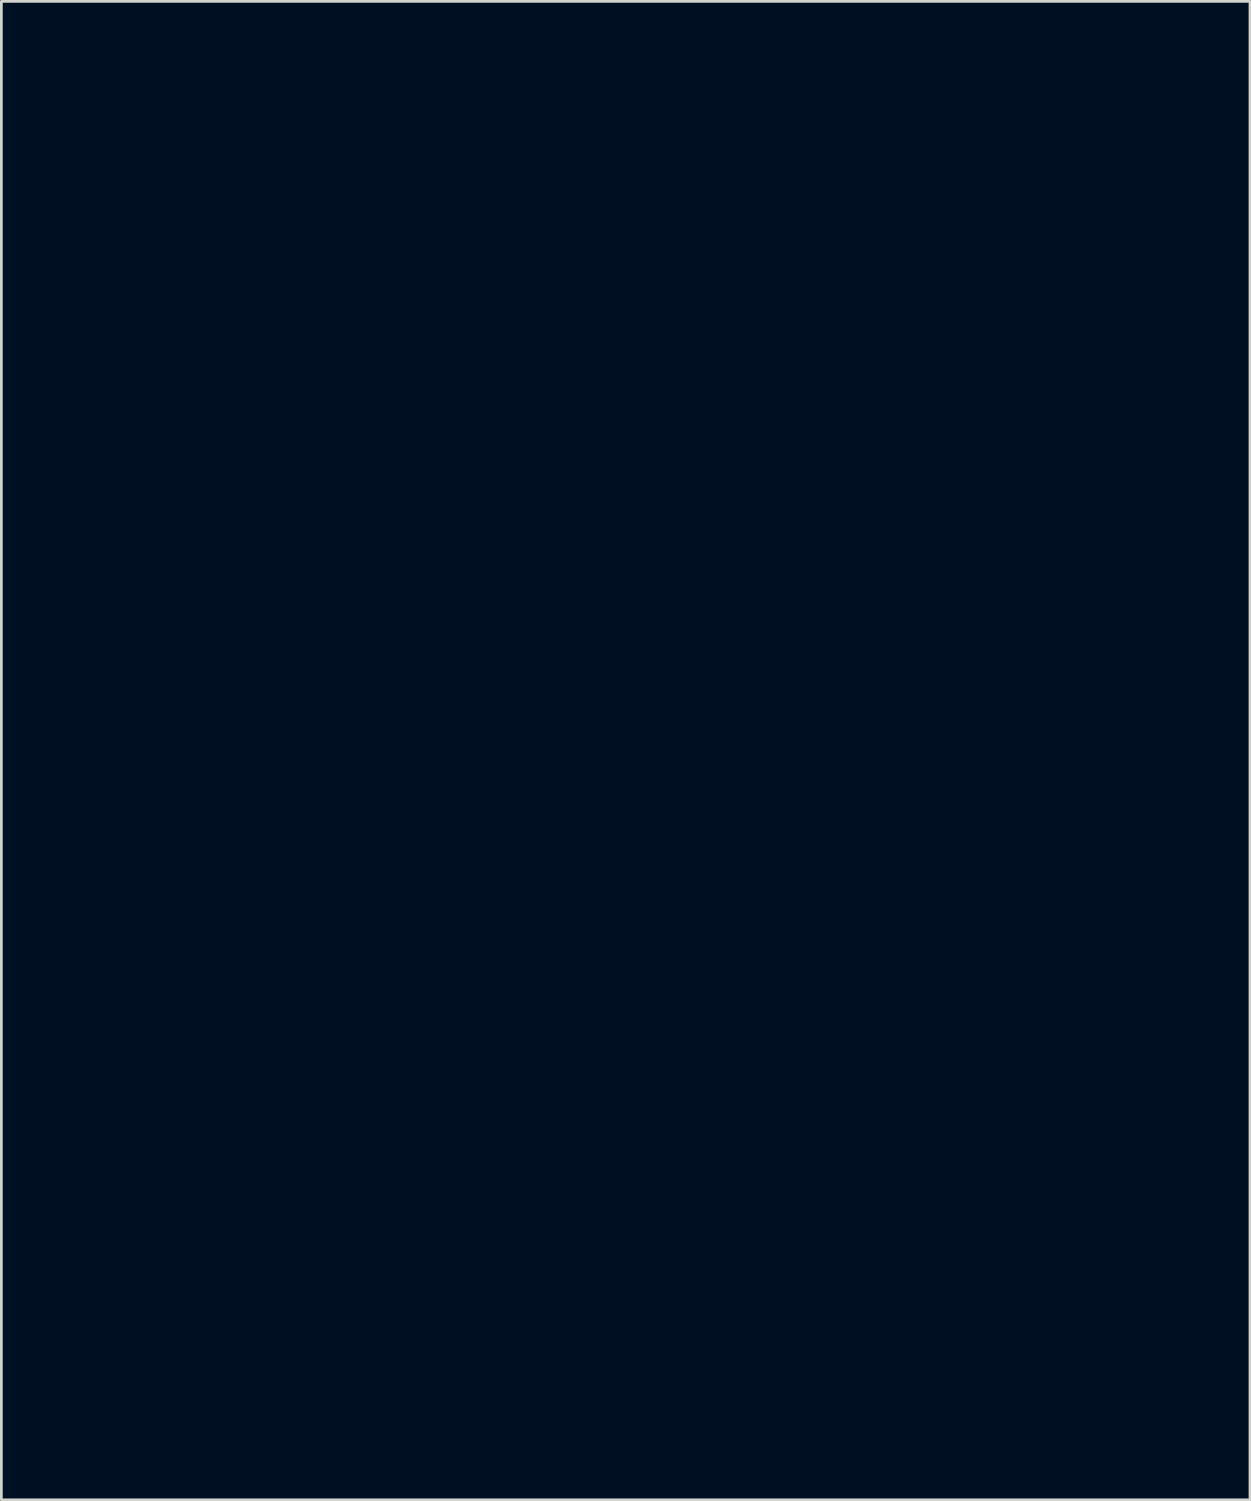
<source format=kicad_pcb>
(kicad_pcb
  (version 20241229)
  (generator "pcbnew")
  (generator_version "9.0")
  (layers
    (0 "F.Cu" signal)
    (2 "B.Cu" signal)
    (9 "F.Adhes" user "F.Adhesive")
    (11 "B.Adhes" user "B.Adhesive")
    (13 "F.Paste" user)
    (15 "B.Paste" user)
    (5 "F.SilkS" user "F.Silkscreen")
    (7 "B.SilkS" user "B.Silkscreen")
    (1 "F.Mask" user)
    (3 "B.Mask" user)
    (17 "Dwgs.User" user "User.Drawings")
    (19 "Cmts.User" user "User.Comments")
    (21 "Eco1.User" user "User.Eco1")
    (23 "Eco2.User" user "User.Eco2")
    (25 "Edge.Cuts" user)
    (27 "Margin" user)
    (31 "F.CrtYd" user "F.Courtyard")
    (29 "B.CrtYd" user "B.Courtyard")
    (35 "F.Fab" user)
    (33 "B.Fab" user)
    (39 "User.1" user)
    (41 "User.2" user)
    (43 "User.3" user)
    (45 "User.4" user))
  (footprint "key5headFMask"
    (layer "F.Cu")
    (at 19.944 24.492)
    (property "Reference" "key5headFMask" (at 0 0 0) (layer "F.Mask") (effects (font (size 1.524 1.524) (thickness 0.3))))
    (attr through_hole)
    (fp_poly (pts (xy -2.173 -10.589) (xy -2.16 -10.486) (xy -2.202 -10.315) (xy -2.282 -10.11) (xy -2.383 -9.909) (xy -2.489 -9.747) (xy -2.582 -9.659) (xy -2.608 -9.652) (xy -2.724 -9.68) (xy -2.758 -9.709) (xy -2.749 -9.791) (xy -2.69 -9.948) (xy -2.603 -10.128) (xy -2.504 -10.33) (xy -2.435 -10.495) (xy -2.413 -10.579) (xy -2.369 -10.655) (xy -2.271 -10.657) (xy -2.173 -10.589)) (stroke (width 0.01) (type solid)) (fill yes) (layer "F.Mask"))
    (fp_poly (pts (xy 1.615 0.987) (xy 1.818 1.084) (xy 1.981 1.239) (xy 2.078 1.447) (xy 2.093 1.577) (xy 2.05 1.785) (xy 1.91 1.973) (xy 1.687 2.124) (xy 1.452 2.151) (xy 1.219 2.054) (xy 1.188 2.031) (xy 1.028 1.839) (xy 0.931 1.592) (xy 0.917 1.346) (xy 0.925 1.307) (xy 1.027 1.109) (xy 1.193 0.994) (xy 1.398 0.955) (xy 1.615 0.987)) (stroke (width 0.01) (type solid)) (fill yes) (layer "F.Mask"))
    (fp_poly (pts (xy -2.339 1.036) (xy -2.095 1.126) (xy -1.883 1.295) (xy -1.753 1.487) (xy -1.67 1.705) (xy -1.671 1.867) (xy -1.762 2.02) (xy -1.837 2.1) (xy -1.98 2.219) (xy -2.133 2.274) (xy -2.335 2.286) (xy -2.562 2.268) (xy -2.724 2.203) (xy -2.824 2.123) (xy -2.925 2.017) (xy -2.972 1.91) (xy -2.98 1.757) (xy -2.97 1.605) (xy -2.936 1.365) (xy -2.871 1.212) (xy -2.797 1.132) (xy -2.583 1.034) (xy -2.339 1.036)) (stroke (width 0.01) (type solid)) (fill yes) (layer "F.Mask"))
    (fp_poly (pts (xy -5.021 -13.6) (xy -4.937 -13.471) (xy -4.851 -13.307) (xy -4.787 -13.149) (xy -4.764 -13.049) (xy -4.817 -12.995) (xy -4.959 -12.908) (xy -5.161 -12.806) (xy -5.205 -12.786) (xy -5.438 -12.685) (xy -5.584 -12.638) (xy -5.671 -12.638) (xy -5.718 -12.672) (xy -5.77 -12.78) (xy -5.721 -12.871) (xy -5.562 -12.957) (xy -5.394 -13.014) (xy -5.18 -13.093) (xy -5.072 -13.183) (xy -5.054 -13.314) (xy -5.105 -13.51) (xy -5.119 -13.626) (xy -5.081 -13.652) (xy -5.021 -13.6)) (stroke (width 0.01) (type solid)) (fill yes) (layer "F.Mask"))
    (fp_poly (pts (xy 7.406 -13.181) (xy 7.569 -13.119) (xy 7.799 -13.053) (xy 7.969 -13.013) (xy 8.172 -12.969) (xy 8.317 -12.935) (xy 8.369 -12.92) (xy 8.362 -12.859) (xy 8.313 -12.746) (xy 8.251 -12.635) (xy 8.201 -12.579) (xy 8.197 -12.578) (xy 8.122 -12.606) (xy 7.976 -12.672) (xy 7.906 -12.705) (xy 7.669 -12.804) (xy 7.418 -12.888) (xy 7.382 -12.898) (xy 7.195 -12.967) (xy 7.117 -13.051) (xy 7.112 -13.085) (xy 7.145 -13.21) (xy 7.249 -13.237) (xy 7.406 -13.181)) (stroke (width 0.01) (type solid)) (fill yes) (layer "F.Mask"))
    (fp_poly (pts (xy -3.366 -11.324) (xy -3.28 -11.25) (xy -3.215 -11.129) (xy -3.181 -10.974) (xy -3.181 -10.829) (xy -3.219 -10.741) (xy -3.246 -10.732) (xy -3.289 -10.782) (xy -3.282 -10.865) (xy -3.264 -11.053) (xy -3.32 -11.153) (xy -3.434 -11.162) (xy -3.589 -11.081) (xy -3.768 -10.907) (xy -3.782 -10.89) (xy -3.959 -10.697) (xy -4.088 -10.615) (xy -4.178 -10.639) (xy -4.217 -10.707) (xy -4.195 -10.822) (xy -4.065 -10.997) (xy -3.978 -11.088) (xy -3.741 -11.285) (xy -3.539 -11.363) (xy -3.366 -11.324)) (stroke (width 0.01) (type solid)) (fill yes) (layer "F.Mask"))
    (fp_poly (pts (xy 2.552 -21.202) (xy 2.637 -21.128) (xy 2.652 -21.006) (xy 2.639 -20.923) (xy 2.63 -20.752) (xy 2.673 -20.671) (xy 2.756 -20.694) (xy 2.797 -20.737) (xy 2.949 -20.87) (xy 3.096 -20.916) (xy 3.166 -20.897) (xy 3.17 -20.838) (xy 3.07 -20.725) (xy 2.88 -20.568) (xy 2.641 -20.385) (xy 2.487 -20.278) (xy 2.4 -20.249) (xy 2.36 -20.3) (xy 2.349 -20.433) (xy 2.349 -20.629) (xy 2.355 -20.929) (xy 2.376 -21.118) (xy 2.417 -21.213) (xy 2.485 -21.229) (xy 2.552 -21.202)) (stroke (width 0.01) (type solid)) (fill yes) (layer "F.Mask"))
    (fp_poly (pts (xy 5.732 -18.208) (xy 5.816 -18.125) (xy 5.824 -17.988) (xy 5.752 -17.849) (xy 5.688 -17.736) (xy 5.741 -17.671) (xy 5.878 -17.653) (xy 6.004 -17.618) (xy 6.053 -17.564) (xy 6.061 -17.457) (xy 5.983 -17.435) (xy 5.888 -17.472) (xy 5.719 -17.509) (xy 5.475 -17.496) (xy 5.193 -17.436) (xy 5.174 -17.43) (xy 5.05 -17.418) (xy 4.999 -17.438) (xy 4.955 -17.544) (xy 5.035 -17.646) (xy 5.176 -17.717) (xy 5.382 -17.849) (xy 5.526 -18.019) (xy 5.625 -18.15) (xy 5.713 -18.209) (xy 5.732 -18.208)) (stroke (width 0.01) (type solid)) (fill yes) (layer "F.Mask"))
    (fp_poly (pts (xy 0.015 -21.71) (xy 0.171 -21.681) (xy 0.241 -21.641) (xy 0.314 -21.536) (xy 0.274 -21.489) (xy 0.153 -21.502) (xy -0.012 -21.543) (xy 0.01 -21.122) (xy 0.019 -20.897) (xy 0.011 -20.771) (xy -0.022 -20.715) (xy -0.089 -20.701) (xy -0.111 -20.701) (xy -0.216 -20.727) (xy -0.252 -20.828) (xy -0.254 -20.884) (xy -0.275 -21.189) (xy -0.338 -21.379) (xy -0.445 -21.46) (xy -0.48 -21.463) (xy -0.612 -21.488) (xy -0.667 -21.527) (xy -0.653 -21.594) (xy -0.545 -21.65) (xy -0.376 -21.691) (xy -0.178 -21.712) (xy 0.015 -21.71)) (stroke (width 0.01) (type solid)) (fill yes) (layer "F.Mask"))
    (fp_poly (pts (xy 6.952 -11.729) (xy 6.973 -11.682) (xy 6.879 -11.62) (xy 6.784 -11.586) (xy 6.579 -11.492) (xy 6.496 -11.373) (xy 6.535 -11.232) (xy 6.696 -11.075) (xy 6.957 -10.913) (xy 7.158 -10.778) (xy 7.234 -10.649) (xy 7.19 -10.52) (xy 7.163 -10.49) (xy 7.108 -10.441) (xy 7.055 -10.429) (xy 6.98 -10.465) (xy 6.859 -10.561) (xy 6.67 -10.73) (xy 6.65 -10.749) (xy 6.44 -10.954) (xy 6.323 -11.109) (xy 6.285 -11.234) (xy 6.285 -11.243) (xy 6.341 -11.42) (xy 6.48 -11.588) (xy 6.66 -11.71) (xy 6.814 -11.748) (xy 6.952 -11.729)) (stroke (width 0.01) (type solid)) (fill yes) (layer "F.Mask"))
    (fp_poly (pts (xy -5.279 -17.607) (xy -5.083 -17.47) (xy -4.982 -17.262) (xy -4.992 -17.081) (xy -5.096 -16.942) (xy -5.264 -16.852) (xy -5.468 -16.821) (xy -5.678 -16.858) (xy -5.865 -16.972) (xy -5.877 -16.983) (xy -6.006 -17.179) (xy -6.022 -17.367) (xy -6.02 -17.37) (xy -5.83 -17.37) (xy -5.824 -17.258) (xy -5.719 -17.135) (xy -5.556 -17.049) (xy -5.378 -17.02) (xy -5.231 -17.05) (xy -5.165 -17.118) (xy -5.174 -17.247) (xy -5.291 -17.357) (xy -5.496 -17.432) (xy -5.544 -17.441) (xy -5.732 -17.438) (xy -5.83 -17.37) (xy -6.02 -17.37) (xy -5.933 -17.524) (xy -5.753 -17.626) (xy -5.56 -17.653) (xy -5.279 -17.607)) (stroke (width 0.01) (type solid)) (fill yes) (layer "F.Mask"))
    (fp_poly (pts (xy 4.431 -11.536) (xy 4.794 -11.17) (xy 4.557 -10.951) (xy 4.366 -10.799) (xy 4.203 -10.743) (xy 4.025 -10.77) (xy 3.957 -10.795) (xy 3.785 -10.925) (xy 3.694 -11.121) (xy 3.686 -11.35) (xy 3.701 -11.391) (xy 3.876 -11.391) (xy 3.92 -11.24) (xy 4.015 -11.094) (xy 4.034 -11.073) (xy 4.189 -10.963) (xy 4.327 -10.94) (xy 4.419 -11.007) (xy 4.427 -11.027) (xy 4.402 -11.118) (xy 4.312 -11.253) (xy 4.187 -11.396) (xy 4.06 -11.509) (xy 3.964 -11.557) (xy 3.962 -11.557) (xy 3.888 -11.509) (xy 3.876 -11.391) (xy 3.701 -11.391) (xy 3.765 -11.576) (xy 3.875 -11.717) (xy 4.067 -11.901) (xy 4.431 -11.536)) (stroke (width 0.01) (type solid)) (fill yes) (layer "F.Mask"))
    (fp_poly (pts (xy -7.922 -18.594) (xy -7.825 -18.535) (xy -7.687 -18.412) (xy -7.529 -18.248) (xy -7.375 -18.071) (xy -7.246 -17.905) (xy -7.165 -17.777) (xy -7.153 -17.713) (xy -7.247 -17.67) (xy -7.423 -17.622) (xy -7.593 -17.589) (xy -7.827 -17.55) (xy -8.033 -17.513) (xy -8.131 -17.493) (xy -8.267 -17.481) (xy -8.333 -17.498) (xy -8.348 -17.588) (xy -8.302 -17.71) (xy -8.228 -17.795) (xy -8.125 -17.824) (xy -7.953 -17.841) (xy -7.894 -17.843) (xy -7.719 -17.857) (xy -7.604 -17.893) (xy -7.587 -17.908) (xy -7.607 -17.984) (xy -7.702 -18.105) (xy -7.774 -18.174) (xy -7.902 -18.313) (xy -7.982 -18.449) (xy -8.005 -18.553) (xy -7.959 -18.599) (xy -7.922 -18.594)) (stroke (width 0.01) (type solid)) (fill yes) (layer "F.Mask"))
    (fp_poly (pts (xy -3.844 -23.012) (xy -3.818 -22.894) (xy -3.81 -22.667) (xy -3.81 -22.652) (xy -3.799 -22.394) (xy -3.761 -22.219) (xy -3.683 -22.081) (xy -3.672 -22.066) (xy -3.584 -21.946) (xy -3.573 -21.877) (xy -3.636 -21.815) (xy -3.652 -21.804) (xy -3.786 -21.73) (xy -3.888 -21.749) (xy -3.988 -21.872) (xy -4.032 -21.949) (xy -4.219 -22.175) (xy -4.499 -22.365) (xy -4.665 -22.439) (xy -4.679 -22.496) (xy -4.621 -22.579) (xy -4.54 -22.65) (xy -4.459 -22.658) (xy -4.326 -22.606) (xy -4.288 -22.588) (xy -4.16 -22.531) (xy -4.084 -22.526) (xy -4.04 -22.596) (xy -4.006 -22.76) (xy -3.987 -22.886) (xy -3.935 -23.001) (xy -3.889 -23.035) (xy -3.844 -23.012)) (stroke (width 0.01) (type solid)) (fill yes) (layer "F.Mask"))
    (fp_poly (pts (xy 4.45 -9.066) (xy 4.571 -8.849) (xy 4.703 -8.641) (xy 4.738 -8.593) (xy 4.835 -8.448) (xy 4.887 -8.341) (xy 4.889 -8.325) (xy 4.842 -8.255) (xy 4.739 -8.176) (xy 4.64 -8.131) (xy 4.624 -8.131) (xy 4.588 -8.184) (xy 4.516 -8.318) (xy 4.46 -8.432) (xy 4.358 -8.631) (xy 4.261 -8.798) (xy 4.222 -8.854) (xy 4.151 -8.931) (xy 4.077 -8.94) (xy 3.949 -8.885) (xy 3.921 -8.87) (xy 3.75 -8.776) (xy 3.614 -8.691) (xy 3.607 -8.686) (xy 3.5 -8.643) (xy 3.451 -8.656) (xy 3.458 -8.729) (xy 3.558 -8.845) (xy 3.732 -8.987) (xy 3.961 -9.137) (xy 4.014 -9.167) (xy 4.314 -9.337) (xy 4.45 -9.066)) (stroke (width 0.01) (type solid)) (fill yes) (layer "F.Mask"))
    (fp_poly (pts (xy 5.033 -12.744) (xy 5.284 -12.674) (xy 5.432 -12.54) (xy 5.486 -12.332) (xy 5.486 -12.296) (xy 5.456 -12.1) (xy 5.38 -11.927) (xy 5.276 -11.801) (xy 5.167 -11.744) (xy 5.071 -11.779) (xy 5.053 -11.804) (xy 5.074 -11.874) (xy 5.175 -11.964) (xy 5.176 -11.964) (xy 5.302 -12.101) (xy 5.316 -12.254) (xy 5.225 -12.4) (xy 5.037 -12.515) (xy 4.976 -12.536) (xy 4.823 -12.529) (xy 4.705 -12.439) (xy 4.66 -12.301) (xy 4.669 -12.249) (xy 4.669 -12.15) (xy 4.608 -12.129) (xy 4.531 -12.179) (xy 4.507 -12.302) (xy 4.534 -12.458) (xy 4.61 -12.605) (xy 4.643 -12.644) (xy 4.766 -12.733) (xy 4.92 -12.755) (xy 5.033 -12.744)) (stroke (width 0.01) (type solid)) (fill yes) (layer "F.Mask"))
    (fp_poly (pts (xy 5.48 -15.394) (xy 5.629 -15.345) (xy 5.82 -15.265) (xy 6.018 -15.17) (xy 6.191 -15.076) (xy 6.305 -14.999) (xy 6.332 -14.96) (xy 6.267 -14.911) (xy 6.117 -14.84) (xy 5.919 -14.76) (xy 5.71 -14.686) (xy 5.526 -14.631) (xy 5.413 -14.61) (xy 5.342 -14.655) (xy 5.334 -14.692) (xy 5.379 -14.804) (xy 5.429 -14.859) (xy 5.517 -14.995) (xy 5.507 -15.05) (xy 5.715 -15.05) (xy 5.763 -14.988) (xy 5.779 -14.986) (xy 5.84 -15.034) (xy 5.842 -15.05) (xy 5.794 -15.111) (xy 5.779 -15.113) (xy 5.717 -15.065) (xy 5.715 -15.05) (xy 5.507 -15.05) (xy 5.487 -15.166) (xy 5.448 -15.238) (xy 5.401 -15.348) (xy 5.406 -15.397) (xy 5.48 -15.394)) (stroke (width 0.01) (type solid)) (fill yes) (layer "F.Mask"))
    (fp_poly (pts (xy -0.206 -23.854) (xy -0.112 -23.709) (xy 0.001 -23.499) (xy 0.064 -23.368) (xy 0.316 -22.828) (xy 0.147 -22.807) (xy -0.012 -22.827) (xy -0.077 -22.887) (xy -0.186 -22.97) (xy -0.344 -22.982) (xy -0.493 -22.925) (xy -0.557 -22.86) (xy -0.649 -22.758) (xy -0.728 -22.739) (xy -0.761 -22.812) (xy -0.761 -22.812) (xy -0.735 -22.93) (xy -0.67 -23.113) (xy -0.59 -23.308) (xy -0.381 -23.308) (xy -0.355 -23.203) (xy -0.318 -23.177) (xy -0.261 -23.229) (xy -0.254 -23.269) (xy -0.293 -23.377) (xy -0.318 -23.4) (xy -0.367 -23.38) (xy -0.381 -23.308) (xy -0.59 -23.308) (xy -0.581 -23.33) (xy -0.481 -23.55) (xy -0.384 -23.74) (xy -0.306 -23.869) (xy -0.265 -23.908) (xy -0.206 -23.854)) (stroke (width 0.01) (type solid)) (fill yes) (layer "F.Mask"))
    (fp_poly (pts (xy -8.366 -14.509) (xy -8.333 -14.387) (xy -8.33 -14.367) (xy -8.314 -14.252) (xy -8.275 -14.189) (xy -8.188 -14.172) (xy -8.027 -14.197) (xy -7.779 -14.254) (xy -7.539 -14.312) (xy -7.397 -14.337) (xy -7.327 -14.325) (xy -7.304 -14.271) (xy -7.303 -14.171) (xy -7.303 -14.17) (xy -7.31 -14.069) (xy -7.351 -14.011) (xy -7.455 -13.977) (xy -7.651 -13.952) (xy -7.693 -13.947) (xy -7.966 -13.908) (xy -8.13 -13.851) (xy -8.205 -13.765) (xy -8.21 -13.638) (xy -8.207 -13.62) (xy -8.206 -13.498) (xy -8.279 -13.462) (xy -8.281 -13.462) (xy -8.39 -13.514) (xy -8.428 -13.572) (xy -8.456 -13.706) (xy -8.47 -13.903) (xy -8.472 -14.125) (xy -8.462 -14.331) (xy -8.441 -14.483) (xy -8.414 -14.541) (xy -8.366 -14.509)) (stroke (width 0.01) (type solid)) (fill yes) (layer "F.Mask"))
    (fp_poly (pts (xy -1.353 -21.497) (xy -1.333 -21.408) (xy -1.352 -21.319) (xy -1.432 -21.299) (xy -1.524 -21.314) (xy -1.671 -21.324) (xy -1.714 -21.284) (xy -1.66 -21.21) (xy -1.515 -21.116) (xy -1.433 -21.077) (xy -1.212 -20.946) (xy -1.106 -20.802) (xy -1.12 -20.656) (xy -1.184 -20.574) (xy -1.303 -20.506) (xy -1.479 -20.45) (xy -1.666 -20.415) (xy -1.814 -20.412) (xy -1.869 -20.432) (xy -1.916 -20.531) (xy -1.85 -20.604) (xy -1.687 -20.637) (xy -1.651 -20.637) (xy -1.468 -20.652) (xy -1.409 -20.695) (xy -1.473 -20.766) (xy -1.655 -20.861) (xy -1.884 -20.995) (xy -1.994 -21.131) (xy -1.981 -21.265) (xy -1.906 -21.348) (xy -1.762 -21.433) (xy -1.649 -21.463) (xy -1.49 -21.484) (xy -1.434 -21.502) (xy -1.353 -21.497)) (stroke (width 0.01) (type solid)) (fill yes) (layer "F.Mask"))
    (fp_poly (pts (xy 0.444 -10.045) (xy 0.617 -9.903) (xy 0.702 -9.695) (xy 0.682 -9.44) (xy 0.659 -9.369) (xy 0.548 -9.234) (xy 0.359 -9.137) (xy 0.143 -9.095) (xy -0.048 -9.123) (xy -0.115 -9.205) (xy -0.127 -9.273) (xy -0.115 -9.349) (xy -0.055 -9.349) (xy 0.04 -9.304) (xy 0.229 -9.247) (xy 0.359 -9.302) (xy 0.415 -9.405) (xy 0.434 -9.569) (xy 0.405 -9.74) (xy 0.343 -9.889) (xy 0.263 -9.99) (xy 0.178 -10.013) (xy 0.122 -9.965) (xy 0.088 -9.834) (xy 0.096 -9.731) (xy 0.1 -9.626) (xy 0.022 -9.591) (xy -0.036 -9.588) (xy -0.145 -9.6) (xy -0.177 -9.66) (xy -0.156 -9.795) (xy -0.111 -9.976) (xy -0.05 -10.064) (xy 0.063 -10.094) (xy 0.194 -10.097) (xy 0.444 -10.045)) (stroke (width 0.01) (type solid)) (fill yes) (layer "F.Mask"))
    (fp_poly (pts (xy 1.102 -21.617) (xy 1.102 -21.616) (xy 1.169 -21.535) (xy 1.176 -21.361) (xy 1.124 -21.085) (xy 1.105 -21.015) (xy 1.121 -20.892) (xy 1.174 -20.793) (xy 1.247 -20.712) (xy 1.306 -20.72) (xy 1.394 -20.815) (xy 1.481 -20.97) (xy 1.547 -21.179) (xy 1.559 -21.243) (xy 1.606 -21.438) (xy 1.678 -21.517) (xy 1.791 -21.494) (xy 1.836 -21.468) (xy 1.89 -21.41) (xy 1.847 -21.334) (xy 1.82 -21.306) (xy 1.724 -21.162) (xy 1.675 -21.03) (xy 1.573 -20.767) (xy 1.419 -20.612) (xy 1.225 -20.571) (xy 1.004 -20.649) (xy 0.959 -20.679) (xy 0.877 -20.748) (xy 0.837 -20.832) (xy 0.832 -20.97) (xy 0.85 -21.168) (xy 0.885 -21.426) (xy 0.932 -21.574) (xy 1.001 -21.632) (xy 1.102 -21.617)) (stroke (width 0.01) (type solid)) (fill yes) (layer "F.Mask"))
    (fp_poly (pts (xy 1.903 -10.344) (xy 1.992 -10.18) (xy 2.058 -9.993) (xy 2.125 -9.783) (xy 2.179 -9.617) (xy 2.204 -9.545) (xy 2.165 -9.483) (xy 2.02 -9.411) (xy 1.899 -9.37) (xy 1.651 -9.302) (xy 1.497 -9.276) (xy 1.409 -9.289) (xy 1.37 -9.328) (xy 1.4 -9.375) (xy 1.521 -9.418) (xy 1.55 -9.424) (xy 1.723 -9.482) (xy 1.848 -9.565) (xy 1.851 -9.569) (xy 1.896 -9.637) (xy 1.856 -9.653) (xy 1.736 -9.634) (xy 1.576 -9.632) (xy 1.492 -9.685) (xy 1.501 -9.764) (xy 1.617 -9.842) (xy 1.62 -9.843) (xy 1.734 -9.894) (xy 1.769 -9.954) (xy 1.731 -10.064) (xy 1.681 -10.164) (xy 1.621 -10.296) (xy 1.626 -10.359) (xy 1.681 -10.39) (xy 1.805 -10.408) (xy 1.903 -10.344)) (stroke (width 0.01) (type solid)) (fill yes) (layer "F.Mask"))
    (fp_poly (pts (xy 3.674 -23.204) (xy 3.841 -23.11) (xy 4.004 -22.987) (xy 4.129 -22.862) (xy 4.18 -22.762) (xy 4.179 -22.751) (xy 4.12 -22.641) (xy 4.03 -22.637) (xy 3.947 -22.74) (xy 3.941 -22.754) (xy 3.832 -22.915) (xy 3.681 -22.961) (xy 3.503 -22.889) (xy 3.423 -22.823) (xy 3.305 -22.684) (xy 3.242 -22.563) (xy 3.239 -22.54) (xy 3.296 -22.393) (xy 3.442 -22.28) (xy 3.639 -22.226) (xy 3.672 -22.225) (xy 3.821 -22.204) (xy 3.872 -22.153) (xy 3.812 -22.09) (xy 3.773 -22.073) (xy 3.517 -22.033) (xy 3.273 -22.096) (xy 3.14 -22.19) (xy 3.003 -22.405) (xy 2.985 -22.642) (xy 3.084 -22.884) (xy 3.2 -23.025) (xy 3.354 -23.154) (xy 3.493 -23.231) (xy 3.54 -23.241) (xy 3.674 -23.204)) (stroke (width 0.01) (type solid)) (fill yes) (layer "F.Mask"))
    (fp_poly (pts (xy -4.031 -20.04) (xy -3.883 -19.968) (xy -3.715 -19.839) (xy -3.561 -19.686) (xy -3.455 -19.542) (xy -3.429 -19.461) (xy -3.479 -19.366) (xy -3.602 -19.246) (xy -3.756 -19.134) (xy -3.9 -19.061) (xy -3.958 -19.05) (xy -4.069 -19.091) (xy -4.214 -19.192) (xy -4.251 -19.225) (xy -4.43 -19.44) (xy -4.484 -19.644) (xy -4.453 -19.732) (xy -4.308 -19.732) (xy -4.263 -19.598) (xy -4.148 -19.464) (xy -4.08 -19.416) (xy -3.91 -19.335) (xy -3.808 -19.353) (xy -3.759 -19.474) (xy -3.759 -19.476) (xy -3.794 -19.6) (xy -3.904 -19.736) (xy -4.047 -19.841) (xy -4.164 -19.875) (xy -4.277 -19.834) (xy -4.308 -19.732) (xy -4.453 -19.732) (xy -4.414 -19.844) (xy -4.365 -19.908) (xy -4.241 -20.026) (xy -4.122 -20.055) (xy -4.031 -20.04)) (stroke (width 0.01) (type solid)) (fill yes) (layer "F.Mask"))
    (fp_poly (pts (xy -1.249 -8.101) (xy -1.172 -8.036) (xy -1.064 -7.888) (xy -1.02 -7.702) (xy -1.016 -7.588) (xy -1.063 -7.304) (xy -1.199 -7.106) (xy -1.417 -7.001) (xy -1.569 -6.986) (xy -1.745 -6.998) (xy -1.867 -7.027) (xy -1.88 -7.034) (xy -1.963 -7.124) (xy -2.022 -7.219) (xy -2.096 -7.46) (xy -2.091 -7.526) (xy -1.82 -7.526) (xy -1.815 -7.348) (xy -1.748 -7.218) (xy -1.617 -7.152) (xy -1.488 -7.202) (xy -1.376 -7.36) (xy -1.327 -7.489) (xy -1.283 -7.739) (xy -1.33 -7.904) (xy -1.433 -7.98) (xy -1.562 -7.972) (xy -1.679 -7.871) (xy -1.77 -7.711) (xy -1.82 -7.526) (xy -2.091 -7.526) (xy -2.077 -7.693) (xy -1.984 -7.9) (xy -1.836 -8.062) (xy -1.652 -8.162) (xy -1.45 -8.18) (xy -1.249 -8.101)) (stroke (width 0.01) (type solid)) (fill yes) (layer "F.Mask"))
    (fp_poly (pts (xy 7.813 -19.194) (xy 7.896 -19.051) (xy 7.999 -18.817) (xy 8.096 -18.536) (xy 8.108 -18.346) (xy 8.034 -18.247) (xy 8.017 -18.24) (xy 7.955 -18.272) (xy 7.938 -18.381) (xy 7.913 -18.544) (xy 7.852 -18.708) (xy 7.774 -18.836) (xy 7.698 -18.891) (xy 7.675 -18.886) (xy 7.635 -18.8) (xy 7.635 -18.66) (xy 7.627 -18.497) (xy 7.577 -18.406) (xy 7.51 -18.376) (xy 7.492 -18.455) (xy 7.465 -18.63) (xy 7.379 -18.703) (xy 7.219 -18.681) (xy 7.115 -18.638) (xy 6.926 -18.569) (xy 6.814 -18.57) (xy 6.784 -18.591) (xy 6.737 -18.701) (xy 6.812 -18.808) (xy 7.004 -18.906) (xy 7.025 -18.914) (xy 7.247 -19.008) (xy 7.472 -19.13) (xy 7.503 -19.149) (xy 7.639 -19.229) (xy 7.735 -19.249) (xy 7.813 -19.194)) (stroke (width 0.01) (type solid)) (fill yes) (layer "F.Mask"))
    (fp_poly (pts (xy -4.78 -18.954) (xy -4.674 -18.85) (xy -4.663 -18.666) (xy -4.695 -18.531) (xy -4.738 -18.357) (xy -4.731 -18.262) (xy -4.688 -18.217) (xy -4.585 -18.168) (xy -4.556 -18.162) (xy -4.511 -18.119) (xy -4.549 -18.011) (xy -4.588 -17.955) (xy -4.638 -17.91) (xy -4.708 -17.905) (xy -4.824 -17.947) (xy -5.012 -18.044) (xy -5.124 -18.106) (xy -5.582 -18.36) (xy -5.46 -18.557) (xy -5.202 -18.557) (xy -5.143 -18.465) (xy -5.128 -18.457) (xy -4.969 -18.424) (xy -4.878 -18.488) (xy -4.862 -18.522) (xy -4.868 -18.651) (xy -4.956 -18.747) (xy -5.084 -18.765) (xy -5.1 -18.76) (xy -5.186 -18.676) (xy -5.202 -18.557) (xy -5.46 -18.557) (xy -5.389 -18.673) (xy -5.268 -18.854) (xy -5.169 -18.949) (xy -5.058 -18.983) (xy -4.987 -18.986) (xy -4.78 -18.954)) (stroke (width 0.01) (type solid)) (fill yes) (layer "F.Mask"))
    (fp_poly (pts (xy 6.256 -16.706) (xy 6.329 -16.545) (xy 6.35 -16.339) (xy 6.342 -16.166) (xy 6.306 -16.087) (xy 6.224 -16.066) (xy 6.207 -16.066) (xy 6.058 -16.099) (xy 5.881 -16.179) (xy 5.856 -16.193) (xy 5.695 -16.276) (xy 5.566 -16.318) (xy 5.55 -16.32) (xy 5.493 -16.299) (xy 5.487 -16.222) (xy 5.532 -16.065) (xy 5.572 -15.954) (xy 5.558 -15.883) (xy 5.53 -15.875) (xy 5.455 -15.927) (xy 5.405 -16.018) (xy 5.35 -16.2) (xy 5.311 -16.389) (xy 5.295 -16.545) (xy 5.306 -16.631) (xy 5.316 -16.637) (xy 5.4 -16.617) (xy 5.562 -16.564) (xy 5.715 -16.51) (xy 5.946 -16.428) (xy 6.08 -16.395) (xy 6.139 -16.414) (xy 6.144 -16.488) (xy 6.128 -16.573) (xy 6.114 -16.705) (xy 6.139 -16.764) (xy 6.142 -16.764) (xy 6.256 -16.706)) (stroke (width 0.01) (type solid)) (fill yes) (layer "F.Mask"))
    (fp_poly (pts (xy 8.324 -17.153) (xy 8.481 -16.981) (xy 8.575 -16.731) (xy 8.594 -16.537) (xy 8.584 -16.325) (xy 8.545 -16.219) (xy 8.467 -16.2) (xy 8.406 -16.218) (xy 8.336 -16.271) (xy 8.371 -16.334) (xy 8.444 -16.485) (xy 8.428 -16.663) (xy 8.342 -16.826) (xy 8.204 -16.934) (xy 8.104 -16.954) (xy 7.939 -16.918) (xy 7.762 -16.828) (xy 7.628 -16.716) (xy 7.595 -16.663) (xy 7.596 -16.524) (xy 7.694 -16.426) (xy 7.858 -16.397) (xy 7.865 -16.398) (xy 8.001 -16.38) (xy 8.052 -16.297) (xy 8.045 -16.166) (xy 7.948 -16.121) (xy 7.758 -16.161) (xy 7.758 -16.161) (xy 7.564 -16.256) (xy 7.463 -16.392) (xy 7.431 -16.608) (xy 7.43 -16.642) (xy 7.489 -16.885) (xy 7.661 -17.081) (xy 7.89 -17.203) (xy 8.121 -17.233) (xy 8.324 -17.153)) (stroke (width 0.01) (type solid)) (fill yes) (layer "F.Mask"))
    (fp_poly (pts (xy 0.827 -8.007) (xy 0.875 -7.857) (xy 0.918 -7.648) (xy 0.953 -7.416) (xy 0.972 -7.195) (xy 0.973 -7.019) (xy 0.95 -6.922) (xy 0.943 -6.916) (xy 0.796 -6.897) (xy 0.606 -6.998) (xy 0.439 -7.149) (xy 0.262 -7.311) (xy 0.149 -7.364) (xy 0.095 -7.307) (xy 0.098 -7.141) (xy 0.103 -7.112) (xy 0.121 -6.949) (xy 0.1 -6.876) (xy 0.025 -6.858) (xy 0.014 -6.858) (xy -0.049 -6.866) (xy -0.084 -6.907) (xy -0.097 -7.006) (xy -0.093 -7.189) (xy -0.081 -7.382) (xy -0.063 -7.626) (xy -0.044 -7.816) (xy -0.029 -7.92) (xy -0.025 -7.931) (xy 0.03 -7.905) (xy 0.155 -7.814) (xy 0.323 -7.676) (xy 0.348 -7.656) (xy 0.699 -7.356) (xy 0.699 -7.71) (xy 0.71 -7.937) (xy 0.747 -8.049) (xy 0.78 -8.065) (xy 0.827 -8.007)) (stroke (width 0.01) (type solid)) (fill yes) (layer "F.Mask"))
    (fp_poly (pts (xy 4.944 -19.473) (xy 4.952 -19.464) (xy 5 -19.326) (xy 4.991 -19.21) (xy 4.979 -19.091) (xy 5.041 -19.052) (xy 5.074 -19.05) (xy 5.26 -19.023) (xy 5.376 -18.953) (xy 5.397 -18.897) (xy 5.34 -18.847) (xy 5.179 -18.847) (xy 4.991 -18.84) (xy 4.837 -18.747) (xy 4.798 -18.71) (xy 4.688 -18.566) (xy 4.636 -18.43) (xy 4.636 -18.418) (xy 4.598 -18.312) (xy 4.516 -18.296) (xy 4.433 -18.369) (xy 4.412 -18.418) (xy 4.411 -18.564) (xy 4.448 -18.64) (xy 4.486 -18.718) (xy 4.469 -18.739) (xy 4.367 -18.747) (xy 4.255 -18.755) (xy 4.132 -18.798) (xy 4.098 -18.879) (xy 4.157 -18.952) (xy 4.223 -18.972) (xy 4.449 -19.016) (xy 4.589 -19.081) (xy 4.687 -19.191) (xy 4.748 -19.304) (xy 4.831 -19.455) (xy 4.889 -19.506) (xy 4.944 -19.473)) (stroke (width 0.01) (type solid)) (fill yes) (layer "F.Mask"))
    (fp_poly (pts (xy -8.2 -16.541) (xy -8.112 -16.533) (xy -7.804 -16.49) (xy -7.602 -16.422) (xy -7.487 -16.313) (xy -7.437 -16.148) (xy -7.429 -16.01) (xy -7.448 -15.78) (xy -7.517 -15.628) (xy -7.656 -15.54) (xy -7.885 -15.501) (xy -8.117 -15.494) (xy -8.353 -15.496) (xy -8.489 -15.509) (xy -8.553 -15.542) (xy -8.571 -15.606) (xy -8.572 -15.653) (xy -8.568 -15.736) (xy -8.534 -15.781) (xy -8.445 -15.794) (xy -8.272 -15.784) (xy -8.135 -15.772) (xy -7.902 -15.753) (xy -7.762 -15.757) (xy -7.683 -15.788) (xy -7.632 -15.853) (xy -7.622 -15.871) (xy -7.581 -16.005) (xy -7.632 -16.139) (xy -7.644 -16.158) (xy -7.732 -16.25) (xy -7.872 -16.309) (xy -8.099 -16.348) (xy -8.125 -16.351) (xy -8.367 -16.391) (xy -8.489 -16.444) (xy -8.509 -16.484) (xy -8.483 -16.531) (xy -8.388 -16.549) (xy -8.2 -16.541)) (stroke (width 0.01) (type solid)) (fill yes) (layer "F.Mask"))
    (fp_poly (pts (xy -6.175 -16.352) (xy -6.053 -16.319) (xy -5.856 -16.28) (xy -5.692 -16.254) (xy -5.489 -16.221) (xy -5.342 -16.19) (xy -5.292 -16.172) (xy -5.322 -16.12) (xy -5.428 -16.015) (xy -5.564 -15.898) (xy -5.864 -15.653) (xy -5.588 -15.621) (xy -5.414 -15.585) (xy -5.303 -15.532) (xy -5.286 -15.51) (xy -5.307 -15.469) (xy -5.413 -15.444) (xy -5.619 -15.432) (xy -5.805 -15.431) (xy -6.075 -15.434) (xy -6.241 -15.448) (xy -6.325 -15.477) (xy -6.35 -15.523) (xy -6.35 -15.529) (xy -6.306 -15.631) (xy -6.201 -15.761) (xy -6.076 -15.878) (xy -5.972 -15.937) (xy -5.96 -15.938) (xy -5.907 -15.987) (xy -5.905 -16.002) (xy -5.961 -16.047) (xy -6.094 -16.065) (xy -6.096 -16.066) (xy -6.232 -16.082) (xy -6.282 -16.155) (xy -6.287 -16.231) (xy -6.27 -16.347) (xy -6.205 -16.363) (xy -6.175 -16.352)) (stroke (width 0.01) (type solid)) (fill yes) (layer "F.Mask"))
    (fp_poly (pts (xy -1.863 -23.728) (xy -1.863 -23.653) (xy -1.899 -23.478) (xy -1.964 -23.225) (xy -2.054 -22.915) (xy -2.086 -22.812) (xy -2.116 -22.666) (xy -2.077 -22.609) (xy -1.958 -22.635) (xy -1.816 -22.703) (xy -1.658 -22.767) (xy -1.591 -22.745) (xy -1.606 -22.649) (xy -1.685 -22.584) (xy -1.847 -22.515) (xy -2.052 -22.456) (xy -2.257 -22.421) (xy -2.346 -22.416) (xy -2.451 -22.452) (xy -2.477 -22.505) (xy -2.458 -22.609) (xy -2.411 -22.792) (xy -2.35 -22.997) (xy -2.286 -23.203) (xy -2.241 -23.354) (xy -2.223 -23.416) (xy -2.271 -23.438) (xy -2.385 -23.42) (xy -2.517 -23.374) (xy -2.585 -23.336) (xy -2.71 -23.287) (xy -2.778 -23.321) (xy -2.765 -23.405) (xy -2.699 -23.471) (xy -2.584 -23.531) (xy -2.407 -23.599) (xy -2.208 -23.664) (xy -2.025 -23.713) (xy -1.897 -23.734) (xy -1.863 -23.728)) (stroke (width 0.01) (type solid)) (fill yes) (layer "F.Mask"))
    (fp_poly (pts (xy -5.289 -14.948) (xy -5.271 -14.842) (xy -5.283 -14.748) (xy -5.343 -14.693) (xy -5.481 -14.658) (xy -5.604 -14.64) (xy -5.937 -14.595) (xy -5.79 -14.475) (xy -5.696 -14.366) (xy -5.687 -14.281) (xy -5.682 -14.239) (xy -5.579 -14.234) (xy -5.438 -14.251) (xy -5.252 -14.27) (xy -5.162 -14.253) (xy -5.144 -14.209) (xy -5.204 -14.143) (xy -5.375 -14.078) (xy -5.509 -14.046) (xy -5.734 -13.997) (xy -5.925 -13.953) (xy -6.011 -13.932) (xy -6.13 -13.935) (xy -6.191 -14.032) (xy -6.183 -14.202) (xy -6.128 -14.287) (xy -6.059 -14.379) (xy -6.085 -14.435) (xy -6.146 -14.471) (xy -6.263 -14.582) (xy -6.304 -14.667) (xy -6.315 -14.737) (xy -6.287 -14.786) (xy -6.199 -14.822) (xy -6.029 -14.855) (xy -5.755 -14.892) (xy -5.755 -14.892) (xy -5.554 -14.923) (xy -5.4 -14.954) (xy -5.358 -14.966) (xy -5.289 -14.948)) (stroke (width 0.01) (type solid)) (fill yes) (layer "F.Mask"))
    (fp_poly (pts (xy -2.701 -20.83) (xy -2.6 -20.695) (xy -2.587 -20.589) (xy -2.566 -20.476) (xy -2.44 -20.343) (xy -2.325 -20.241) (xy -2.3 -20.172) (xy -2.353 -20.099) (xy -2.355 -20.097) (xy -2.433 -20.038) (xy -2.514 -20.053) (xy -2.623 -20.131) (xy -2.769 -20.217) (xy -2.861 -20.221) (xy -2.879 -20.15) (xy -2.828 -20.05) (xy -2.77 -19.921) (xy -2.804 -19.832) (xy -2.916 -19.754) (xy -3.026 -19.8) (xy -3.136 -19.97) (xy -3.144 -19.987) (xy -3.259 -20.202) (xy -3.393 -20.41) (xy -3.405 -20.427) (xy -3.556 -20.628) (xy -3.554 -20.629) (xy -3.162 -20.629) (xy -3.135 -20.504) (xy -3.099 -20.46) (xy -2.972 -20.388) (xy -2.867 -20.425) (xy -2.835 -20.479) (xy -2.822 -20.606) (xy -2.861 -20.721) (xy -2.923 -20.765) (xy -3.086 -20.726) (xy -3.162 -20.629) (xy -3.554 -20.629) (xy -2.852 -20.972) (xy -2.701 -20.83)) (stroke (width 0.01) (type solid)) (fill yes) (layer "F.Mask"))
    (fp_poly (pts (xy -1.307 -10.312) (xy -1.237 -10.227) (xy -1.207 -10.083) (xy -1.224 -9.941) (xy -1.271 -9.874) (xy -1.31 -9.805) (xy -1.254 -9.74) (xy -1.146 -9.716) (xy -1.024 -9.772) (xy -0.96 -9.931) (xy -0.953 -10.038) (xy -0.905 -10.141) (xy -0.829 -10.16) (xy -0.736 -10.149) (xy -0.686 -10.101) (xy -0.674 -9.992) (xy -0.695 -9.798) (xy -0.723 -9.62) (xy -0.767 -9.383) (xy -0.811 -9.244) (xy -0.867 -9.177) (xy -0.934 -9.156) (xy -1.031 -9.164) (xy -1.077 -9.248) (xy -1.091 -9.347) (xy -1.135 -9.496) (xy -1.209 -9.558) (xy -1.283 -9.524) (xy -1.322 -9.414) (xy -1.376 -9.301) (xy -1.505 -9.271) (xy -1.613 -9.283) (xy -1.644 -9.344) (xy -1.624 -9.477) (xy -1.589 -9.672) (xy -1.554 -9.91) (xy -1.543 -9.987) (xy -1.507 -10.202) (xy -1.456 -10.31) (xy -1.376 -10.332) (xy -1.307 -10.312)) (stroke (width 0.01) (type solid)) (fill yes) (layer "F.Mask"))
    (fp_poly (pts (xy 3.288 -10.681) (xy 3.417 -10.487) (xy 3.52 -10.33) (xy 3.574 -10.245) (xy 3.549 -10.172) (xy 3.415 -10.064) (xy 3.271 -9.976) (xy 3.067 -9.862) (xy 2.946 -9.802) (xy 2.882 -9.788) (xy 2.846 -9.812) (xy 2.827 -9.841) (xy 2.854 -9.901) (xy 2.969 -9.976) (xy 3.014 -9.996) (xy 3.158 -10.072) (xy 3.235 -10.143) (xy 3.239 -10.157) (xy 3.228 -10.211) (xy 3.174 -10.215) (xy 3.04 -10.169) (xy 3.023 -10.162) (xy 2.877 -10.138) (xy 2.814 -10.184) (xy 2.852 -10.274) (xy 2.914 -10.327) (xy 3.031 -10.457) (xy 3.023 -10.587) (xy 2.955 -10.666) (xy 2.869 -10.704) (xy 2.759 -10.665) (xy 2.668 -10.605) (xy 2.524 -10.521) (xy 2.414 -10.49) (xy 2.401 -10.492) (xy 2.389 -10.543) (xy 2.465 -10.641) (xy 2.607 -10.765) (xy 2.797 -10.896) (xy 2.84 -10.922) (xy 3.047 -11.044) (xy 3.288 -10.681)) (stroke (width 0.01) (type solid)) (fill yes) (layer "F.Mask"))
    (fp_poly (pts (xy -4.938 -9.913) (xy -4.914 -9.89) (xy -4.763 -9.749) (xy -4.637 -9.636) (xy -4.528 -9.466) (xy -4.505 -9.247) (xy -4.566 -9.023) (xy -4.676 -8.867) (xy -4.797 -8.758) (xy -4.883 -8.701) (xy -4.893 -8.7) (xy -4.995 -8.684) (xy -5.027 -8.677) (xy -5.153 -8.67) (xy -5.268 -8.683) (xy -5.423 -8.747) (xy -5.504 -8.817) (xy -5.58 -9.011) (xy -5.577 -9.056) (xy -5.397 -9.056) (xy -5.364 -8.888) (xy -5.27 -8.829) (xy -5.12 -8.881) (xy -5.04 -8.939) (xy -4.889 -9.091) (xy -4.782 -9.254) (xy -4.726 -9.402) (xy -4.727 -9.512) (xy -4.793 -9.56) (xy -4.871 -9.546) (xy -5.067 -9.447) (xy -5.243 -9.306) (xy -5.364 -9.158) (xy -5.397 -9.056) (xy -5.577 -9.056) (xy -5.569 -9.242) (xy -5.484 -9.468) (xy -5.337 -9.644) (xy -5.249 -9.7) (xy -5.133 -9.785) (xy -5.124 -9.902) (xy -5.132 -10.012) (xy -5.07 -10.015) (xy -4.938 -9.913)) (stroke (width 0.01) (type solid)) (fill yes) (layer "F.Mask"))
    (fp_poly (pts (xy -4.356 -12.461) (xy -4.348 -12.336) (xy -4.407 -12.165) (xy -4.446 -12.095) (xy -4.539 -11.923) (xy -4.548 -11.845) (xy -4.475 -11.861) (xy -4.358 -11.943) (xy -4.198 -12.03) (xy -4.07 -12.029) (xy -4.004 -11.945) (xy -4 -11.908) (xy -4.031 -11.822) (xy -4.057 -11.811) (xy -4.132 -11.773) (xy -4.272 -11.675) (xy -4.421 -11.557) (xy -4.606 -11.407) (xy -4.721 -11.33) (xy -4.794 -11.316) (xy -4.852 -11.355) (xy -4.885 -11.393) (xy -4.919 -11.477) (xy -4.848 -11.559) (xy -4.829 -11.573) (xy -4.742 -11.663) (xy -4.776 -11.723) (xy -4.927 -11.747) (xy -4.959 -11.748) (xy -5.112 -11.781) (xy -5.253 -11.863) (xy -5.33 -11.96) (xy -5.334 -11.983) (xy -5.279 -11.997) (xy -5.143 -11.987) (xy -5.108 -11.981) (xy -4.971 -11.969) (xy -4.874 -12) (xy -4.776 -12.1) (xy -4.683 -12.227) (xy -4.564 -12.384) (xy -4.468 -12.486) (xy -4.431 -12.509) (xy -4.356 -12.461)) (stroke (width 0.01) (type solid)) (fill yes) (layer "F.Mask"))
    (fp_poly (pts (xy -2.764 -8.575) (xy -2.759 -8.567) (xy -2.763 -8.48) (xy -2.81 -8.31) (xy -2.892 -8.086) (xy -2.93 -7.996) (xy -3.051 -7.728) (xy -3.156 -7.567) (xy -3.267 -7.502) (xy -3.409 -7.52) (xy -3.607 -7.609) (xy -3.651 -7.632) (xy -3.847 -7.745) (xy -3.952 -7.85) (xy -3.993 -7.983) (xy -3.995 -8.013) (xy -3.739 -8.013) (xy -3.679 -7.923) (xy -3.619 -7.872) (xy -3.506 -7.792) (xy -3.436 -7.792) (xy -3.356 -7.874) (xy -3.35 -7.882) (xy -3.265 -8.027) (xy -3.239 -8.139) (xy -3.262 -8.224) (xy -3.357 -8.248) (xy -3.438 -8.243) (xy -3.602 -8.195) (xy -3.708 -8.109) (xy -3.739 -8.013) (xy -3.995 -8.013) (xy -4 -8.11) (xy -3.959 -8.293) (xy -3.831 -8.401) (xy -3.608 -8.436) (xy -3.412 -8.424) (xy -3.222 -8.407) (xy -3.121 -8.423) (xy -3.075 -8.48) (xy -3.066 -8.511) (xy -2.989 -8.609) (xy -2.868 -8.634) (xy -2.764 -8.575)) (stroke (width 0.01) (type solid)) (fill yes) (layer "F.Mask"))
    (fp_poly (pts (xy -7.072 -12.771) (xy -6.956 -12.676) (xy -6.83 -12.508) (xy -6.746 -12.314) (xy -6.707 -12.124) (xy -6.72 -11.97) (xy -6.788 -11.884) (xy -6.833 -11.874) (xy -6.894 -11.922) (xy -6.92 -12.075) (xy -6.921 -12.152) (xy -6.942 -12.354) (xy -6.996 -12.489) (xy -7.011 -12.505) (xy -7.07 -12.538) (xy -7.114 -12.511) (xy -7.151 -12.403) (xy -7.19 -12.195) (xy -7.208 -12.08) (xy -7.268 -11.86) (xy -7.361 -11.697) (xy -7.467 -11.622) (xy -7.483 -11.62) (xy -7.564 -11.653) (xy -7.67 -11.72) (xy -7.801 -11.863) (xy -7.917 -12.074) (xy -7.99 -12.293) (xy -8.001 -12.39) (xy -7.953 -12.49) (xy -7.869 -12.509) (xy -7.78 -12.491) (xy -7.762 -12.412) (xy -7.778 -12.323) (xy -7.784 -12.154) (xy -7.743 -11.995) (xy -7.67 -11.891) (xy -7.625 -11.874) (xy -7.589 -11.932) (xy -7.551 -12.08) (xy -7.526 -12.24) (xy -7.462 -12.547) (xy -7.363 -12.74) (xy -7.232 -12.816) (xy -7.072 -12.771)) (stroke (width 0.01) (type solid)) (fill yes) (layer "F.Mask"))
    (fp_poly (pts (xy -5.487 -21.867) (xy -5.464 -21.738) (xy -5.461 -21.597) (xy -5.443 -21.389) (xy -5.373 -21.271) (xy -5.223 -21.22) (xy -5.048 -21.209) (xy -4.893 -21.178) (xy -4.829 -21.148) (xy -4.783 -21.068) (xy -4.824 -20.975) (xy -4.918 -20.9) (xy -5.032 -20.877) (xy -5.084 -20.894) (xy -5.252 -20.958) (xy -5.35 -20.925) (xy -5.393 -20.784) (xy -5.397 -20.673) (xy -5.412 -20.464) (xy -5.449 -20.368) (xy -5.496 -20.388) (xy -5.542 -20.528) (xy -5.557 -20.62) (xy -5.591 -20.853) (xy -5.628 -20.989) (xy -5.687 -21.061) (xy -5.785 -21.098) (xy -5.854 -21.113) (xy -6.086 -21.161) (xy -6.214 -21.198) (xy -6.255 -21.238) (xy -6.229 -21.293) (xy -6.183 -21.346) (xy -6.086 -21.425) (xy -5.972 -21.437) (xy -5.799 -21.383) (xy -5.758 -21.366) (xy -5.686 -21.349) (xy -5.665 -21.399) (xy -5.684 -21.542) (xy -5.687 -21.557) (xy -5.703 -21.741) (xy -5.659 -21.839) (xy -5.644 -21.85) (xy -5.542 -21.898) (xy -5.487 -21.867)) (stroke (width 0.01) (type solid)) (fill yes) (layer "F.Mask"))
    (fp_poly (pts (xy 5.056 -22.394) (xy 5.204 -22.301) (xy 5.303 -22.225) (xy 5.518 -22.04) (xy 5.644 -21.886) (xy 5.702 -21.733) (xy 5.713 -21.601) (xy 5.67 -21.392) (xy 5.529 -21.204) (xy 5.343 -21.064) (xy 5.147 -21.025) (xy 4.922 -21.088) (xy 4.644 -21.253) (xy 4.643 -21.254) (xy 4.462 -21.388) (xy 4.443 -21.408) (xy 4.782 -21.408) (xy 4.81 -21.349) (xy 4.864 -21.305) (xy 5.003 -21.225) (xy 5.129 -21.234) (xy 5.288 -21.336) (xy 5.294 -21.341) (xy 5.414 -21.497) (xy 5.464 -21.69) (xy 5.436 -21.873) (xy 5.366 -21.971) (xy 5.283 -22.012) (xy 5.194 -21.983) (xy 5.082 -21.871) (xy 4.927 -21.661) (xy 4.919 -21.65) (xy 4.817 -21.496) (xy 4.782 -21.408) (xy 4.443 -21.408) (xy 4.378 -21.476) (xy 4.375 -21.535) (xy 4.395 -21.555) (xy 4.498 -21.657) (xy 4.629 -21.816) (xy 4.764 -21.999) (xy 4.877 -22.171) (xy 4.945 -22.296) (xy 4.953 -22.329) (xy 4.976 -22.403) (xy 5.056 -22.394)) (stroke (width 0.01) (type solid)) (fill yes) (layer "F.Mask"))
    (fp_poly (pts (xy 5.633 -10.404) (xy 5.726 -10.35) (xy 5.87 -10.231) (xy 6.058 -10.061) (xy 6.264 -9.867) (xy 6.386 -9.736) (xy 6.438 -9.648) (xy 6.433 -9.585) (xy 6.416 -9.559) (xy 6.293 -9.471) (xy 6.184 -9.49) (xy 6.135 -9.561) (xy 6.079 -9.634) (xy 6.02 -9.59) (xy 5.966 -9.442) (xy 5.943 -9.323) (xy 5.878 -9.071) (xy 5.785 -8.924) (xy 5.7 -8.89) (xy 5.661 -8.935) (xy 5.668 -8.969) (xy 5.736 -9.17) (xy 5.749 -9.292) (xy 5.706 -9.372) (xy 5.639 -9.422) (xy 5.488 -9.495) (xy 5.279 -9.568) (xy 5.191 -9.592) (xy 4.982 -9.665) (xy 4.897 -9.752) (xy 4.934 -9.857) (xy 4.989 -9.909) (xy 5.065 -9.948) (xy 5.168 -9.937) (xy 5.334 -9.87) (xy 5.427 -9.826) (xy 5.666 -9.727) (xy 5.81 -9.707) (xy 5.854 -9.759) (xy 5.793 -9.879) (xy 5.622 -10.059) (xy 5.619 -10.061) (xy 5.488 -10.188) (xy 5.441 -10.265) (xy 5.466 -10.325) (xy 5.508 -10.365) (xy 5.567 -10.405) (xy 5.633 -10.404)) (stroke (width 0.01) (type solid)) (fill yes) (layer "F.Mask"))
    (fp_poly (pts (xy 2.618 -8.432) (xy 2.658 -8.368) (xy 2.705 -8.225) (xy 2.759 -8.033) (xy 2.832 -7.804) (xy 2.909 -7.607) (xy 2.958 -7.51) (xy 3.013 -7.404) (xy 2.975 -7.354) (xy 2.896 -7.33) (xy 2.718 -7.329) (xy 2.602 -7.367) (xy 2.501 -7.403) (xy 2.412 -7.371) (xy 2.291 -7.254) (xy 2.282 -7.245) (xy 2.116 -7.094) (xy 1.995 -7.06) (xy 1.914 -7.142) (xy 1.881 -7.255) (xy 1.838 -7.438) (xy 1.774 -7.672) (xy 1.737 -7.796) (xy 1.677 -7.997) (xy 1.66 -8.111) (xy 1.692 -8.169) (xy 1.78 -8.206) (xy 1.813 -8.216) (xy 1.888 -8.224) (xy 1.939 -8.178) (xy 1.982 -8.052) (xy 2.022 -7.874) (xy 2.08 -7.639) (xy 2.138 -7.522) (xy 2.206 -7.514) (xy 2.294 -7.606) (xy 2.309 -7.626) (xy 2.423 -7.723) (xy 2.534 -7.717) (xy 2.624 -7.699) (xy 2.656 -7.731) (xy 2.629 -7.833) (xy 2.543 -8.024) (xy 2.516 -8.079) (xy 2.433 -8.254) (xy 2.405 -8.349) (xy 2.43 -8.394) (xy 2.491 -8.418) (xy 2.567 -8.441) (xy 2.618 -8.432)) (stroke (width 0.01) (type solid)) (fill yes) (layer "F.Mask"))
    (fp_poly (pts (xy 8.449 -15.301) (xy 8.626 -15.291) (xy 8.718 -15.271) (xy 8.745 -15.235) (xy 8.738 -15.203) (xy 8.703 -15.061) (xy 8.7 -15.014) (xy 8.662 -14.956) (xy 8.534 -14.959) (xy 8.509 -14.964) (xy 8.382 -14.98) (xy 8.33 -14.938) (xy 8.319 -14.806) (xy 8.319 -14.776) (xy 8.331 -14.622) (xy 8.388 -14.553) (xy 8.493 -14.53) (xy 8.629 -14.484) (xy 8.668 -14.383) (xy 8.659 -14.318) (xy 8.617 -14.276) (xy 8.523 -14.255) (xy 8.354 -14.251) (xy 8.089 -14.261) (xy 7.922 -14.27) (xy 7.695 -14.285) (xy 7.566 -14.307) (xy 7.509 -14.349) (xy 7.494 -14.425) (xy 7.493 -14.469) (xy 7.502 -14.575) (xy 7.55 -14.626) (xy 7.672 -14.641) (xy 7.795 -14.641) (xy 7.979 -14.645) (xy 8.073 -14.676) (xy 8.111 -14.749) (xy 8.118 -14.788) (xy 8.098 -14.937) (xy 7.981 -15.022) (xy 7.763 -15.049) (xy 7.616 -15.066) (xy 7.561 -15.131) (xy 7.556 -15.177) (xy 7.566 -15.235) (xy 7.608 -15.272) (xy 7.708 -15.293) (xy 7.888 -15.302) (xy 8.167 -15.303) (xy 8.449 -15.301)) (stroke (width 0.01) (type solid)) (fill yes) (layer "F.Mask"))
    (fp_poly (pts (xy -6.836 -20.467) (xy -6.744 -20.375) (xy -6.64 -20.241) (xy -6.491 -20.066) (xy -6.399 -19.964) (xy -6.233 -19.762) (xy -6.166 -19.63) (xy -6.2 -19.57) (xy -6.302 -19.576) (xy -6.466 -19.612) (xy -6.661 -19.656) (xy -6.665 -19.657) (xy -6.885 -19.706) (xy -6.681 -19.429) (xy -6.549 -19.229) (xy -6.483 -19.081) (xy -6.487 -19.002) (xy -6.525 -18.995) (xy -6.604 -19.014) (xy -6.774 -19.058) (xy -7.002 -19.118) (xy -7.075 -19.138) (xy -7.362 -19.223) (xy -7.534 -19.298) (xy -7.6 -19.371) (xy -7.572 -19.45) (xy -7.529 -19.491) (xy -7.432 -19.536) (xy -7.291 -19.52) (xy -7.205 -19.494) (xy -7.051 -19.452) (xy -6.956 -19.444) (xy -6.947 -19.448) (xy -6.968 -19.507) (xy -7.056 -19.622) (xy -7.111 -19.684) (xy -7.229 -19.829) (xy -7.259 -19.924) (xy -7.233 -19.977) (xy -7.14 -20.03) (xy -7.039 -19.997) (xy -6.872 -19.951) (xy -6.775 -19.951) (xy -6.69 -19.97) (xy -6.685 -20.008) (xy -6.765 -20.094) (xy -6.81 -20.137) (xy -6.949 -20.296) (xy -6.978 -20.41) (xy -6.916 -20.482) (xy -6.836 -20.467)) (stroke (width 0.01) (type solid)) (fill yes) (layer "F.Mask"))
    (fp_poly (pts (xy -0.18 -17.639) (xy 0.084 -17.62) (xy 0.256 -17.593) (xy 0.368 -17.547) (xy 0.456 -17.472) (xy 0.487 -17.437) (xy 0.548 -17.358) (xy 0.589 -17.272) (xy 0.615 -17.153) (xy 0.629 -16.977) (xy 0.634 -16.718) (xy 0.635 -16.44) (xy 0.629 -16.023) (xy 0.607 -15.714) (xy 0.562 -15.494) (xy 0.489 -15.345) (xy 0.38 -15.249) (xy 0.23 -15.187) (xy 0.206 -15.18) (xy 0.01 -15.136) (xy -0.157 -15.114) (xy -0.175 -15.113) (xy -0.228 -15.11) (xy -0.266 -15.087) (xy -0.291 -15.028) (xy -0.307 -14.913) (xy -0.314 -14.724) (xy -0.317 -14.442) (xy -0.318 -14.097) (xy -0.318 -13.081) (xy -0.699 -13.081) (xy -0.699 -17.209) (xy -0.318 -17.209) (xy -0.318 -15.557) (xy -0.097 -15.557) (xy 0.094 -15.591) (xy 0.188 -15.68) (xy 0.218 -15.797) (xy 0.24 -16.004) (xy 0.253 -16.264) (xy 0.254 -16.383) (xy 0.247 -16.725) (xy 0.22 -16.96) (xy 0.166 -17.105) (xy 0.075 -17.182) (xy -0.059 -17.208) (xy -0.097 -17.209) (xy -0.318 -17.209) (xy -0.699 -17.209) (xy -0.699 -17.669) (xy -0.18 -17.639)) (stroke (width 0.01) (type solid)) (fill yes) (layer "F.Mask"))
    (fp_poly (pts (xy 6.631 -20.936) (xy 6.763 -20.813) (xy 6.863 -20.708) (xy 7.022 -20.525) (xy 7.145 -20.364) (xy 7.206 -20.259) (xy 7.207 -20.259) (xy 7.206 -20.14) (xy 7.143 -20.087) (xy 7.058 -20.124) (xy 7.033 -20.159) (xy 6.951 -20.276) (xy 6.825 -20.429) (xy 6.789 -20.47) (xy 6.676 -20.588) (xy 6.623 -20.618) (xy 6.607 -20.567) (xy 6.606 -20.53) (xy 6.63 -20.402) (xy 6.668 -20.352) (xy 6.724 -20.269) (xy 6.719 -20.174) (xy 6.659 -20.13) (xy 6.566 -20.176) (xy 6.507 -20.238) (xy 6.429 -20.309) (xy 6.324 -20.297) (xy 6.262 -20.271) (xy 6.134 -20.182) (xy 6.109 -20.067) (xy 6.19 -19.91) (xy 6.287 -19.79) (xy 6.42 -19.628) (xy 6.469 -19.537) (xy 6.439 -19.499) (xy 6.389 -19.494) (xy 6.299 -19.539) (xy 6.166 -19.652) (xy 6.077 -19.743) (xy 5.924 -19.925) (xy 5.803 -20.093) (xy 5.731 -20.22) (xy 5.726 -20.279) (xy 5.817 -20.343) (xy 5.966 -20.463) (xy 6.14 -20.61) (xy 6.309 -20.758) (xy 6.44 -20.88) (xy 6.502 -20.947) (xy 6.55 -20.976) (xy 6.631 -20.936)) (stroke (width 0.01) (type solid)) (fill yes) (layer "F.Mask"))
    (fp_poly (pts (xy 5.466 -14.079) (xy 5.72 -14.004) (xy 5.73 -14.001) (xy 5.963 -13.924) (xy 6.099 -13.865) (xy 6.162 -13.807) (xy 6.176 -13.731) (xy 6.172 -13.674) (xy 6.118 -13.487) (xy 6.017 -13.31) (xy 5.897 -13.188) (xy 5.835 -13.16) (xy 5.705 -13.178) (xy 5.66 -13.2) (xy 5.529 -13.232) (xy 5.452 -13.224) (xy 5.314 -13.241) (xy 5.199 -13.31) (xy 5.114 -13.419) (xy 5.094 -13.56) (xy 5.108 -13.675) (xy 5.335 -13.675) (xy 5.351 -13.558) (xy 5.374 -13.507) (xy 5.455 -13.5) (xy 5.565 -13.55) (xy 5.614 -13.596) (xy 5.782 -13.596) (xy 5.797 -13.502) (xy 5.863 -13.462) (xy 5.971 -13.49) (xy 5.99 -13.504) (xy 5.994 -13.577) (xy 5.933 -13.656) (xy 5.853 -13.686) (xy 5.835 -13.68) (xy 5.782 -13.596) (xy 5.614 -13.596) (xy 5.643 -13.624) (xy 5.652 -13.652) (xy 5.602 -13.721) (xy 5.494 -13.797) (xy 5.386 -13.842) (xy 5.37 -13.843) (xy 5.342 -13.791) (xy 5.335 -13.675) (xy 5.108 -13.675) (xy 5.108 -13.675) (xy 5.152 -13.909) (xy 5.208 -14.045) (xy 5.304 -14.097) (xy 5.466 -14.079)) (stroke (width 0.01) (type solid)) (fill yes) (layer "F.Mask"))
    (fp_poly (pts (xy -6.061 -11.233) (xy -6.044 -11.094) (xy -6.087 -10.892) (xy -6.093 -10.876) (xy -6.138 -10.706) (xy -6.118 -10.605) (xy -6.099 -10.582) (xy -6.025 -10.556) (xy -5.933 -10.63) (xy -5.901 -10.668) (xy -5.812 -10.773) (xy -5.754 -10.783) (xy -5.685 -10.707) (xy -5.682 -10.703) (xy -5.611 -10.596) (xy -5.592 -10.545) (xy -5.639 -10.492) (xy -5.758 -10.384) (xy -5.921 -10.244) (xy -6.101 -10.094) (xy -6.271 -9.957) (xy -6.403 -9.858) (xy -6.448 -9.827) (xy -6.531 -9.85) (xy -6.66 -9.983) (xy -6.756 -10.114) (xy -6.919 -10.4) (xy -6.939 -10.48) (xy -6.774 -10.48) (xy -6.734 -10.365) (xy -6.705 -10.319) (xy -6.609 -10.197) (xy -6.524 -10.175) (xy -6.414 -10.253) (xy -6.345 -10.324) (xy -6.247 -10.436) (xy -6.231 -10.501) (xy -6.294 -10.563) (xy -6.315 -10.578) (xy -6.502 -10.661) (xy -6.666 -10.63) (xy -6.731 -10.573) (xy -6.774 -10.48) (xy -6.939 -10.48) (xy -6.977 -10.63) (xy -6.931 -10.796) (xy -6.782 -10.895) (xy -6.578 -10.922) (xy -6.429 -10.968) (xy -6.318 -11.113) (xy -6.213 -11.258) (xy -6.122 -11.293) (xy -6.061 -11.233)) (stroke (width 0.01) (type solid)) (fill yes) (layer "F.Mask"))
    (fp_poly (pts (xy 1.503 -23.864) (xy 1.714 -23.819) (xy 2.127 -23.717) (xy 2.141 -23.227) (xy 2.144 -22.974) (xy 2.133 -22.816) (xy 2.099 -22.72) (xy 2.037 -22.655) (xy 2.016 -22.64) (xy 1.901 -22.57) (xy 1.843 -22.549) (xy 1.764 -22.569) (xy 1.621 -22.609) (xy 1.619 -22.609) (xy 1.413 -22.663) (xy 1.248 -22.701) (xy 1.124 -22.745) (xy 1.104 -22.817) (xy 1.115 -22.847) (xy 1.139 -22.947) (xy 1.468 -22.947) (xy 1.505 -22.872) (xy 1.528 -22.855) (xy 1.684 -22.804) (xy 1.812 -22.843) (xy 1.872 -22.96) (xy 1.873 -22.98) (xy 1.82 -23.127) (xy 1.728 -23.185) (xy 1.612 -23.203) (xy 1.537 -23.13) (xy 1.51 -23.076) (xy 1.468 -22.947) (xy 1.139 -22.947) (xy 1.143 -22.963) (xy 1.17 -23.162) (xy 1.191 -23.4) (xy 1.202 -23.525) (xy 1.587 -23.525) (xy 1.621 -23.42) (xy 1.63 -23.41) (xy 1.743 -23.369) (xy 1.856 -23.411) (xy 1.875 -23.434) (xy 1.874 -23.532) (xy 1.797 -23.633) (xy 1.687 -23.685) (xy 1.675 -23.686) (xy 1.608 -23.635) (xy 1.587 -23.525) (xy 1.202 -23.525) (xy 1.211 -23.626) (xy 1.235 -23.798) (xy 1.26 -23.881) (xy 1.261 -23.882) (xy 1.339 -23.888) (xy 1.503 -23.864)) (stroke (width 0.01) (type solid)) (fill yes) (layer "F.Mask"))
    (fp_poly (pts (xy -1.625 -17.704) (xy -1.477 -17.653) (xy -1.34 -17.542) (xy -1.329 -17.531) (xy -1.236 -17.429) (xy -1.181 -17.33) (xy -1.153 -17.196) (xy -1.144 -16.992) (xy -1.143 -16.831) (xy -1.145 -16.577) (xy -1.157 -16.417) (xy -1.191 -16.319) (xy -1.255 -16.252) (xy -1.349 -16.192) (xy -1.556 -16.066) (xy -1.587 -16.647) (xy -1.608 -16.939) (xy -1.636 -17.129) (xy -1.677 -17.241) (xy -1.73 -17.297) (xy -1.867 -17.333) (xy -1.953 -17.297) (xy -1.985 -17.267) (xy -2.01 -17.216) (xy -2.03 -17.128) (xy -2.044 -16.989) (xy -2.053 -16.787) (xy -2.059 -16.505) (xy -2.063 -16.131) (xy -2.064 -15.651) (xy -2.064 -15.399) (xy -2.063 -14.866) (xy -2.061 -14.446) (xy -2.056 -14.126) (xy -2.049 -13.889) (xy -2.037 -13.724) (xy -2.02 -13.616) (xy -1.997 -13.55) (xy -1.968 -13.512) (xy -1.953 -13.501) (xy -1.806 -13.459) (xy -1.695 -13.534) (xy -1.625 -13.72) (xy -1.603 -13.913) (xy -1.582 -14.204) (xy -1.546 -14.397) (xy -1.485 -14.522) (xy -1.387 -14.607) (xy -1.333 -14.637) (xy -1.143 -14.735) (xy -1.143 -14.094) (xy -1.145 -13.801) (xy -1.154 -13.605) (xy -1.178 -13.476) (xy -1.223 -13.384) (xy -1.297 -13.299) (xy -1.329 -13.267) (xy -1.466 -13.151) (xy -1.612 -13.096) (xy -1.821 -13.081) (xy -1.841 -13.081) (xy -2.058 -13.093) (xy -2.206 -13.145) (xy -2.343 -13.255) (xy -2.354 -13.267) (xy -2.54 -13.452) (xy -2.54 -17.345) (xy -2.354 -17.531) (xy -2.217 -17.647) (xy -2.071 -17.702) (xy -1.862 -17.716) (xy -1.841 -17.717) (xy -1.625 -17.704)) (stroke (width 0.01) (type solid)) (fill yes) (layer "F.Mask"))
    (fp_poly (pts (xy 2.533 -17.645) (xy 2.587 -17.599) (xy 2.579 -17.478) (xy 2.574 -17.447) (xy 2.556 -17.332) (xy 2.521 -17.11) (xy 2.473 -16.798) (xy 2.414 -16.414) (xy 2.348 -15.975) (xy 2.275 -15.499) (xy 2.255 -15.367) (xy 2.165 -14.769) (xy 2.092 -14.285) (xy 2.033 -13.902) (xy 1.986 -13.609) (xy 1.949 -13.395) (xy 1.918 -13.246) (xy 1.891 -13.152) (xy 1.865 -13.1) (xy 1.839 -13.079) (xy 1.808 -13.076) (xy 1.771 -13.08) (xy 1.751 -13.081) (xy 1.6 -13.12) (xy 1.523 -13.177) (xy 1.495 -13.261) (xy 1.451 -13.456) (xy 1.394 -13.744) (xy 1.328 -14.111) (xy 1.255 -14.54) (xy 1.179 -15.015) (xy 1.136 -15.288) (xy 1.06 -15.787) (xy 0.989 -16.252) (xy 0.925 -16.666) (xy 0.871 -17.013) (xy 0.83 -17.276) (xy 0.804 -17.439) (xy 0.797 -17.478) (xy 0.789 -17.602) (xy 0.849 -17.648) (xy 0.95 -17.653) (xy 1.098 -17.631) (xy 1.178 -17.584) (xy 1.197 -17.509) (xy 1.231 -17.331) (xy 1.278 -17.071) (xy 1.333 -16.753) (xy 1.392 -16.396) (xy 1.453 -16.025) (xy 1.512 -15.66) (xy 1.565 -15.325) (xy 1.607 -15.04) (xy 1.637 -14.829) (xy 1.65 -14.712) (xy 1.65 -14.706) (xy 1.677 -14.675) (xy 1.686 -14.682) (xy 1.703 -14.749) (xy 1.735 -14.92) (xy 1.78 -15.173) (xy 1.833 -15.487) (xy 1.892 -15.841) (xy 1.953 -16.212) (xy 2.011 -16.579) (xy 2.065 -16.92) (xy 2.109 -17.214) (xy 2.141 -17.44) (xy 2.158 -17.575) (xy 2.159 -17.598) (xy 2.215 -17.634) (xy 2.353 -17.652) (xy 2.384 -17.653) (xy 2.533 -17.645)) (stroke (width 0.01) (type solid)) (fill yes) (layer "F.Mask"))
    (fp_poly (pts (xy 1.001 -22.099) (xy 1.749 -21.973) (xy 2.318 -21.814) (xy 2.559 -21.718) (xy 2.864 -21.577) (xy 3.203 -21.408) (xy 3.545 -21.225) (xy 3.861 -21.046) (xy 4.121 -20.885) (xy 4.296 -20.759) (xy 4.299 -20.756) (xy 5.018 -20.065) (xy 5.62 -19.326) (xy 6.111 -18.534) (xy 6.493 -17.68) (xy 6.771 -16.759) (xy 6.789 -16.684) (xy 6.814 -16.509) (xy 6.833 -16.247) (xy 6.847 -15.923) (xy 6.855 -15.565) (xy 6.856 -15.2) (xy 6.852 -14.854) (xy 6.841 -14.556) (xy 6.824 -14.332) (xy 6.802 -14.211) (xy 6.756 -14.067) (xy 6.699 -13.856) (xy 6.666 -13.716) (xy 6.489 -13.134) (xy 6.222 -12.512) (xy 5.879 -11.882) (xy 5.556 -11.388) (xy 5.446 -11.254) (xy 5.267 -11.057) (xy 5.041 -10.823) (xy 4.794 -10.574) (xy 4.548 -10.335) (xy 4.328 -10.129) (xy 4.157 -9.979) (xy 4.128 -9.956) (xy 3.637 -9.628) (xy 3.058 -9.326) (xy 2.43 -9.065) (xy 1.79 -8.861) (xy 1.179 -8.729) (xy 0.996 -8.704) (xy 0.163 -8.647) (xy -0.622 -8.664) (xy -1.332 -8.755) (xy -1.372 -8.762) (xy -2.208 -8.992) (xy -2.496 -9.114) (xy -1.958 -9.114) (xy -1.955 -9.046) (xy -1.867 -9.008) (xy -1.691 -8.962) (xy -1.461 -8.915) (xy -1.215 -8.872) (xy -0.99 -8.842) (xy -0.843 -8.832) (xy -0.667 -8.839) (xy -0.579 -8.88) (xy -0.541 -8.969) (xy -0.526 -9.091) (xy -0.524 -9.122) (xy -0.37 -9.122) (xy -0.369 -8.939) (xy -0.36 -8.862) (xy -0.316 -8.813) (xy -0.216 -8.783) (xy -0.036 -8.767) (xy 0.247 -8.763) (xy 0.513 -8.767) (xy 0.738 -8.778) (xy 0.886 -8.794) (xy 0.916 -8.802) (xy 0.984 -8.874) (xy 1.012 -9.029) (xy 1.001 -9.279) (xy 0.951 -9.634) (xy 0.91 -9.86) (xy 0.85 -10.151) (xy 0.784 -10.336) (xy 0.688 -10.435) (xy 0.534 -10.468) (xy 0.295 -10.453) (xy 0.126 -10.433) (xy -0.286 -10.382) (xy -0.342 -9.672) (xy -0.361 -9.377) (xy -0.37 -9.122) (xy -0.524 -9.122) (xy -0.511 -9.306) (xy -0.498 -9.579) (xy -0.492 -9.775) (xy -0.476 -10.438) (xy -0.818 -10.51) (xy 1.016 -10.51) (xy 1.016 -10.236) (xy 1.025 -10.049) (xy 1.049 -9.796) (xy 1.082 -9.518) (xy 1.119 -9.256) (xy 1.156 -9.052) (xy 1.176 -8.969) (xy 1.263 -8.904) (xy 1.453 -8.9) (xy 1.742 -8.96) (xy 2.034 -9.05) (xy 2.265 -9.133) (xy 2.449 -9.208) (xy 2.553 -9.26) (xy 2.561 -9.267) (xy 2.557 -9.34) (xy 2.511 -9.501) (xy 2.434 -9.722) (xy 2.338 -9.975) (xy 2.233 -10.233) (xy 2.131 -10.467) (xy 2.042 -10.65) (xy 1.978 -10.754) (xy 1.977 -10.754) (xy 2.168 -10.754) (xy 2.183 -10.663) (xy 2.231 -10.522) (xy 2.316 -10.312) (xy 2.446 -10.014) (xy 2.516 -9.858) (xy 2.635 -9.614) (xy 2.743 -9.465) (xy 2.865 -9.408) (xy 3.025 -9.436) (xy 3.247 -9.546) (xy 3.455 -9.669) (xy 3.67 -9.809) (xy 3.845 -9.936) (xy 3.949 -10.029) (xy 3.959 -10.043) (xy 3.973 -10.109) (xy 3.939 -10.209) (xy 3.849 -10.362) (xy 3.693 -10.584) (xy 3.564 -10.757) (xy 3.381 -10.993) (xy 3.223 -11.187) (xy 3.107 -11.318) (xy 3.049 -11.366) (xy 3.049 -11.367) (xy 2.954 -11.333) (xy 2.793 -11.248) (xy 2.601 -11.132) (xy 2.412 -11.007) (xy 2.26 -10.897) (xy 2.181 -10.821) (xy 2.177 -10.814) (xy 2.168 -10.754) (xy 1.977 -10.754) (xy 1.965 -10.765) (xy 1.886 -10.762) (xy 1.72 -10.725) (xy 1.501 -10.663) (xy 1.467 -10.652) (xy 1.016 -10.51) (xy -0.818 -10.51) (xy -0.857 -10.519) (xy -1.148 -10.576) (xy -1.339 -10.598) (xy -1.455 -10.582) (xy -1.519 -10.524) (xy -1.554 -10.42) (xy -1.557 -10.41) (xy -1.618 -10.208) (xy -1.684 -10.052) (xy -1.746 -9.904) (xy -1.814 -9.701) (xy -1.879 -9.478) (xy -1.93 -9.271) (xy -1.958 -9.114) (xy -2.496 -9.114) (xy -3.015 -9.335) (xy -3.777 -9.779) (xy -3.793 -9.791) (xy -3.383 -9.791) (xy -3.366 -9.688) (xy -3.282 -9.605) (xy -3.129 -9.521) (xy -3.002 -9.459) (xy -2.634 -9.291) (xy -2.363 -9.189) (xy -2.187 -9.149) (xy -2.141 -9.203) (xy -2.066 -9.354) (xy -1.975 -9.577) (xy -1.895 -9.795) (xy -1.798 -10.073) (xy -1.712 -10.314) (xy -1.649 -10.489) (xy -1.622 -10.557) (xy -1.615 -10.628) (xy -1.677 -10.696) (xy -1.828 -10.779) (xy -1.946 -10.833) (xy -2.158 -10.933) (xy -2.333 -11.028) (xy -2.419 -11.087) (xy -2.477 -11.127) (xy -2.536 -11.127) (xy -2.608 -11.072) (xy -2.706 -10.949) (xy -2.843 -10.744) (xy -3.031 -10.445) (xy -3.215 -10.148) (xy -3.332 -9.937) (xy -3.383 -9.791) (xy -3.793 -9.791) (xy -4.479 -10.314) (xy -4.887 -10.712) (xy -4.759 -10.712) (xy -4.465 -10.452) (xy -4.261 -10.281) (xy -4.046 -10.115) (xy -3.845 -9.974) (xy -3.688 -9.876) (xy -3.605 -9.843) (xy -3.554 -9.893) (xy -3.451 -10.029) (xy -3.31 -10.232) (xy -3.146 -10.479) (xy -3.144 -10.48) (xy -2.984 -10.732) (xy -2.852 -10.945) (xy -2.763 -11.098) (xy -2.731 -11.167) (xy -2.778 -11.241) (xy -2.9 -11.361) (xy -3.064 -11.503) (xy -3.242 -11.641) (xy -3.401 -11.751) (xy -3.511 -11.808) (xy -3.528 -11.811) (xy -3.613 -11.769) (xy -3.765 -11.653) (xy -3.964 -11.481) (xy -4.188 -11.271) (xy -4.197 -11.262) (xy -4.759 -10.712) (xy -4.887 -10.712) (xy -5.107 -10.928) (xy -5.645 -11.609) (xy -5.846 -11.948) (xy -5.683 -11.948) (xy -5.647 -11.86) (xy -5.552 -11.705) (xy -5.418 -11.51) (xy -5.265 -11.303) (xy -5.113 -11.109) (xy -4.982 -10.956) (xy -4.892 -10.87) (xy -4.87 -10.861) (xy -4.797 -10.903) (xy -4.653 -11.016) (xy -4.457 -11.184) (xy -4.229 -11.39) (xy -4.2 -11.418) (xy -3.605 -11.973) (xy -3.914 -12.366) (xy -4.069 -12.552) (xy -4.201 -12.691) (xy -4.287 -12.759) (xy -4.297 -12.761) (xy -4.389 -12.732) (xy -4.556 -12.652) (xy -4.772 -12.536) (xy -5.012 -12.399) (xy -5.248 -12.258) (xy -5.456 -12.126) (xy -5.609 -12.02) (xy -5.681 -11.955) (xy -5.683 -11.948) (xy -5.846 -11.948) (xy -6.058 -12.307) (xy -6.179 -12.553) (xy -6.277 -12.777) (xy -6.366 -13.011) (xy -6.459 -13.291) (xy -6.459 -13.291) (xy -6.318 -13.291) (xy -6.278 -13.128) (xy -6.176 -12.891) (xy -6.03 -12.584) (xy -5.909 -12.335) (xy -5.824 -12.187) (xy -5.763 -12.121) (xy -5.712 -12.121) (xy -5.688 -12.139) (xy -5.596 -12.204) (xy -5.422 -12.314) (xy -5.19 -12.453) (xy -4.989 -12.569) (xy -4.743 -12.715) (xy -4.546 -12.843) (xy -4.418 -12.938) (xy -4.381 -12.982) (xy -4.405 -13.071) (xy -4.466 -13.24) (xy -4.55 -13.446) (xy -4.645 -13.658) (xy -4.719 -13.777) (xy -4.796 -13.83) (xy -4.902 -13.843) (xy -4.915 -13.843) (xy -5.059 -13.824) (xy -5.286 -13.772) (xy -5.56 -13.697) (xy -5.735 -13.643) (xy -6.005 -13.555) (xy -6.188 -13.482) (xy -6.29 -13.402) (xy -6.318 -13.291) (xy -6.459 -13.291) (xy -6.568 -13.649) (xy -6.603 -13.77) (xy -6.655 -13.962) (xy -6.692 -14.151) (xy -6.716 -14.363) (xy -6.731 -14.626) (xy -6.736 -14.835) (xy -6.64 -14.835) (xy -6.628 -14.641) (xy -6.601 -14.398) (xy -6.564 -14.143) (xy -6.521 -13.916) (xy -6.479 -13.753) (xy -6.474 -13.74) (xy -6.415 -13.626) (xy -6.371 -13.589) (xy -6.292 -13.606) (xy -6.124 -13.651) (xy -5.897 -13.716) (xy -5.814 -13.741) (xy -5.555 -13.817) (xy -5.326 -13.882) (xy -5.167 -13.925) (xy -5.144 -13.931) (xy -4.987 -13.975) (xy -4.893 -14.034) (xy -4.853 -14.135) (xy -4.856 -14.305) (xy -4.892 -14.57) (xy -4.896 -14.596) (xy -4.975 -15.113) (xy -5.361 -15.113) (xy -5.758 -15.103) (xy -6.103 -15.079) (xy -6.376 -15.042) (xy -6.559 -14.994) (xy -6.631 -14.943) (xy -6.64 -14.835) (xy -6.736 -14.835) (xy -6.739 -14.964) (xy -6.74 -15.158) (xy -6.688 -15.158) (xy -6.322 -15.179) (xy -4.811 -15.179) (xy -4.803 -14.863) (xy -4.782 -14.615) (xy -4.761 -14.51) (xy -4.57 -13.913) (xy -4.374 -13.413) (xy -4.155 -12.982) (xy -3.898 -12.591) (xy -3.587 -12.209) (xy -3.403 -12.009) (xy -3.161 -11.777) (xy -2.885 -11.543) (xy -2.628 -11.355) (xy -2.603 -11.339) (xy -2.354 -11.196) (xy -2.052 -11.047) (xy -1.73 -10.907) (xy -1.421 -10.788) (xy -1.154 -10.702) (xy -0.964 -10.664) (xy -0.949 -10.664) (xy -0.77 -10.637) (xy -0.667 -10.604) (xy -0.497 -10.567) (xy -0.234 -10.55) (xy 0.089 -10.554) (xy 0.441 -10.579) (xy 0.667 -10.607) (xy 1.437 -10.777) (xy 2.154 -11.057) (xy 2.808 -11.436) (xy 2.849 -11.469) (xy 3.239 -11.469) (xy 3.276 -11.38) (xy 3.38 -11.217) (xy 3.532 -11.003) (xy 3.719 -10.76) (xy 3.72 -10.759) (xy 4.202 -10.154) (xy 4.498 -10.418) (xy 4.708 -10.615) (xy 4.921 -10.83) (xy 5.026 -10.944) (xy 5.258 -11.205) (xy 5.121 -11.299) (xy 5.014 -11.379) (xy 4.838 -11.517) (xy 4.622 -11.689) (xy 4.495 -11.792) (xy 4.281 -11.962) (xy 4.099 -12.096) (xy 3.974 -12.176) (xy 3.936 -12.192) (xy 3.846 -12.147) (xy 3.707 -12.032) (xy 3.548 -11.877) (xy 3.398 -11.711) (xy 3.285 -11.566) (xy 3.239 -11.471) (xy 3.239 -11.469) (xy 2.849 -11.469) (xy 3.391 -11.905) (xy 3.758 -12.306) (xy 4.032 -12.306) (xy 4.216 -12.17) (xy 4.351 -12.067) (xy 4.548 -11.912) (xy 4.772 -11.733) (xy 4.848 -11.671) (xy 5.082 -11.49) (xy 5.241 -11.39) (xy 5.34 -11.361) (xy 5.376 -11.375) (xy 5.444 -11.456) (xy 5.56 -11.616) (xy 5.703 -11.828) (xy 5.776 -11.94) (xy 5.916 -12.165) (xy 6.025 -12.353) (xy 6.087 -12.476) (xy 6.096 -12.506) (xy 6.042 -12.557) (xy 5.894 -12.648) (xy 5.673 -12.768) (xy 5.402 -12.903) (xy 5.354 -12.927) (xy 4.611 -13.281) (xy 4.505 -13.14) (xy 4.417 -13.007) (xy 4.302 -12.81) (xy 4.216 -12.653) (xy 4.032 -12.306) (xy 3.758 -12.306) (xy 3.895 -12.456) (xy 4.309 -13.08) (xy 4.481 -13.454) (xy 4.665 -13.454) (xy 4.714 -13.392) (xy 4.831 -13.313) (xy 5.031 -13.205) (xy 5.331 -13.058) (xy 5.343 -13.052) (xy 5.624 -12.922) (xy 5.869 -12.816) (xy 6.051 -12.745) (xy 6.147 -12.719) (xy 6.15 -12.72) (xy 6.223 -12.782) (xy 6.303 -12.923) (xy 6.328 -12.986) (xy 6.408 -13.217) (xy 6.489 -13.47) (xy 6.506 -13.525) (xy 6.566 -13.721) (xy 6.618 -13.877) (xy 6.633 -13.916) (xy 6.636 -13.98) (xy 6.578 -14.038) (xy 6.443 -14.096) (xy 6.217 -14.159) (xy 5.884 -14.235) (xy 5.79 -14.254) (xy 5.461 -14.32) (xy 5.232 -14.351) (xy 5.079 -14.341) (xy 4.979 -14.282) (xy 4.908 -14.169) (xy 4.842 -13.995) (xy 4.839 -13.986) (xy 4.763 -13.77) (xy 4.699 -13.592) (xy 4.667 -13.509) (xy 4.665 -13.454) (xy 4.481 -13.454) (xy 4.625 -13.767) (xy 4.835 -14.508) (xy 4.902 -14.942) (xy 4.905 -14.995) (xy 5.016 -14.995) (xy 5.016 -14.504) (xy 5.382 -14.428) (xy 5.808 -14.339) (xy 6.127 -14.278) (xy 6.355 -14.245) (xy 6.508 -14.241) (xy 6.602 -14.266) (xy 6.655 -14.319) (xy 6.681 -14.403) (xy 6.691 -14.462) (xy 6.714 -14.648) (xy 6.742 -14.904) (xy 6.767 -15.169) (xy 6.809 -15.638) (xy 5.988 -15.609) (xy 5.673 -15.594) (xy 5.402 -15.576) (xy 5.201 -15.555) (xy 5.097 -15.535) (xy 5.091 -15.533) (xy 5.049 -15.442) (xy 5.024 -15.24) (xy 5.016 -14.995) (xy 4.905 -14.995) (xy 4.93 -15.512) (xy 4.893 -16.077) (xy 4.795 -16.599) (xy 4.749 -16.736) (xy 4.939 -16.736) (xy 4.983 -16.289) (xy 5.026 -15.982) (xy 5.086 -15.792) (xy 5.167 -15.708) (xy 5.254 -15.713) (xy 5.353 -15.728) (xy 5.547 -15.739) (xy 5.806 -15.746) (xy 6.008 -15.748) (xy 6.319 -15.752) (xy 6.524 -15.764) (xy 6.644 -15.789) (xy 6.7 -15.828) (xy 6.708 -15.843) (xy 6.716 -15.952) (xy 6.705 -16.147) (xy 6.678 -16.391) (xy 6.641 -16.646) (xy 6.6 -16.874) (xy 6.559 -17.037) (xy 6.539 -17.084) (xy 6.506 -17.12) (xy 6.448 -17.136) (xy 6.35 -17.13) (xy 6.193 -17.097) (xy 5.959 -17.035) (xy 5.631 -16.941) (xy 5.407 -16.874) (xy 4.939 -16.736) (xy 4.749 -16.736) (xy 4.652 -17.018) (xy 4.542 -17.266) (xy 4.426 -17.528) (xy 4.4 -17.59) (xy 4.291 -17.787) (xy 4.516 -17.787) (xy 4.545 -17.603) (xy 4.631 -17.385) (xy 4.714 -17.194) (xy 4.777 -17.036) (xy 4.791 -16.995) (xy 4.832 -16.935) (xy 4.917 -16.909) (xy 5.065 -16.92) (xy 5.29 -16.969) (xy 5.61 -17.059) (xy 5.811 -17.12) (xy 6.111 -17.214) (xy 6.307 -17.286) (xy 6.413 -17.358) (xy 6.444 -17.45) (xy 6.416 -17.583) (xy 6.343 -17.778) (xy 6.327 -17.821) (xy 6.224 -18.071) (xy 6.118 -18.303) (xy 6.034 -18.462) (xy 5.962 -18.565) (xy 5.889 -18.618) (xy 5.789 -18.617) (xy 5.641 -18.557) (xy 5.422 -18.436) (xy 5.261 -18.342) (xy 5.038 -18.211) (xy 4.828 -18.09) (xy 4.705 -18.021) (xy 4.569 -17.917) (xy 4.516 -17.787) (xy 4.291 -17.787) (xy 4.277 -17.812) (xy 4.087 -18.091) (xy 3.852 -18.396) (xy 3.599 -18.696) (xy 3.492 -18.81) (xy 3.719 -18.81) (xy 3.894 -18.597) (xy 4.043 -18.404) (xy 4.182 -18.205) (xy 4.2 -18.177) (xy 4.289 -18.045) (xy 4.348 -17.974) (xy 4.355 -17.971) (xy 4.418 -17.999) (xy 4.56 -18.072) (xy 4.713 -18.155) (xy 4.964 -18.293) (xy 5.247 -18.449) (xy 5.413 -18.541) (xy 5.622 -18.672) (xy 5.749 -18.786) (xy 5.778 -18.848) (xy 5.741 -18.939) (xy 5.645 -19.096) (xy 5.508 -19.291) (xy 5.352 -19.499) (xy 5.197 -19.693) (xy 5.064 -19.845) (xy 4.971 -19.93) (xy 4.95 -19.939) (xy 4.878 -19.896) (xy 4.749 -19.786) (xy 4.62 -19.658) (xy 4.466 -19.498) (xy 4.342 -19.37) (xy 4.286 -19.312) (xy 4.204 -19.235) (xy 4.064 -19.11) (xy 3.971 -19.029) (xy 3.719 -18.81) (xy 3.492 -18.81) (xy 3.35 -18.961) (xy 3.187 -19.113) (xy 2.966 -19.275) (xy 2.662 -19.46) (xy 2.406 -19.598) (xy 2.787 -19.598) (xy 2.996 -19.435) (xy 3.176 -19.29) (xy 3.345 -19.148) (xy 3.364 -19.131) (xy 3.503 -19.033) (xy 3.618 -18.989) (xy 3.621 -18.989) (xy 3.709 -19.03) (xy 3.855 -19.144) (xy 4.034 -19.306) (xy 4.094 -19.366) (xy 4.261 -19.541) (xy 4.383 -19.681) (xy 4.44 -19.763) (xy 4.441 -19.774) (xy 4.376 -19.758) (xy 4.238 -19.688) (xy 4.069 -19.587) (xy 3.845 -19.458) (xy 3.709 -19.412) (xy 3.655 -19.449) (xy 3.676 -19.57) (xy 3.687 -19.601) (xy 3.727 -19.749) (xy 3.691 -19.799) (xy 3.573 -19.757) (xy 3.566 -19.754) (xy 3.404 -19.685) (xy 3.323 -19.699) (xy 3.319 -19.804) (xy 3.39 -20.006) (xy 3.424 -20.083) (xy 3.508 -20.28) (xy 3.573 -20.451) (xy 3.587 -20.495) (xy 3.636 -20.594) (xy 3.721 -20.586) (xy 3.751 -20.572) (xy 3.856 -20.456) (xy 3.86 -20.305) (xy 3.798 -20.207) (xy 3.749 -20.121) (xy 3.787 -20.086) (xy 3.879 -20.115) (xy 3.926 -20.151) (xy 4.069 -20.249) (xy 4.156 -20.239) (xy 4.178 -20.125) (xy 4.169 -20.066) (xy 4.158 -19.918) (xy 4.206 -19.881) (xy 4.307 -19.953) (xy 4.394 -19.998) (xy 4.511 -19.952) (xy 4.518 -19.948) (xy 4.634 -19.898) (xy 4.727 -19.943) (xy 4.755 -19.97) (xy 4.804 -20.036) (xy 4.797 -20.101) (xy 4.719 -20.194) (xy 4.572 -20.329) (xy 4.354 -20.512) (xy 4.118 -20.697) (xy 4.006 -20.779) (xy 3.726 -20.975) (xy 3.484 -20.695) (xy 3.353 -20.532) (xy 3.264 -20.4) (xy 3.24 -20.342) (xy 3.206 -20.255) (xy 3.118 -20.099) (xy 3.013 -19.934) (xy 2.787 -19.598) (xy 2.406 -19.598) (xy 2.308 -19.651) (xy 1.939 -19.831) (xy 1.589 -19.983) (xy 1.29 -20.09) (xy 1.156 -20.125) (xy 0.961 -20.151) (xy 0.751 -20.167) (xy 1.802 -20.167) (xy 1.807 -20.086) (xy 1.811 -20.084) (xy 1.897 -20.044) (xy 2.058 -19.963) (xy 2.223 -19.878) (xy 2.416 -19.781) (xy 2.568 -19.713) (xy 2.635 -19.691) (xy 2.696 -19.739) (xy 2.804 -19.871) (xy 2.939 -20.061) (xy 2.995 -20.146) (xy 3.236 -20.524) (xy 3.41 -20.811) (xy 3.516 -21.003) (xy 3.551 -21.096) (xy 3.548 -21.104) (xy 3.406 -21.186) (xy 3.19 -21.295) (xy 2.944 -21.41) (xy 2.713 -21.509) (xy 2.541 -21.574) (xy 2.52 -21.58) (xy 2.278 -21.645) (xy 2.168 -21.38) (xy 2.067 -21.117) (xy 1.973 -20.838) (xy 1.892 -20.569) (xy 1.833 -20.337) (xy 1.802 -20.167) (xy 0.751 -20.167) (xy 0.676 -20.172) (xy 0.341 -20.186) (xy -0.009 -20.191) (xy -0.019 -20.191) (xy -0.395 -20.187) (xy -0.678 -20.173) (xy -0.902 -20.146) (xy -1.102 -20.101) (xy -1.285 -20.044) (xy -1.503 -19.966) (xy -1.671 -19.899) (xy -1.755 -19.856) (xy -1.756 -19.855) (xy -1.852 -19.816) (xy -1.896 -19.812) (xy -2.023 -19.774) (xy -2.223 -19.671) (xy -2.469 -19.52) (xy -2.737 -19.336) (xy -3.001 -19.137) (xy -3.237 -18.94) (xy -3.256 -18.922) (xy -3.748 -18.391) (xy -4.168 -17.773) (xy -4.499 -17.099) (xy -4.719 -16.416) (xy -4.759 -16.181) (xy -4.788 -15.874) (xy -4.805 -15.528) (xy -4.811 -15.179) (xy -6.322 -15.179) (xy -5.868 -15.205) (xy -5.56 -15.224) (xy -5.302 -15.242) (xy -5.117 -15.258) (xy -5.031 -15.27) (xy -5.028 -15.271) (xy -4.996 -15.359) (xy -4.966 -15.533) (xy -4.943 -15.751) (xy -4.928 -15.974) (xy -4.927 -16.16) (xy -4.941 -16.27) (xy -4.946 -16.28) (xy -5.035 -16.324) (xy -5.217 -16.374) (xy -5.46 -16.426) (xy -5.735 -16.475) (xy -6.011 -16.515) (xy -6.257 -16.543) (xy -6.443 -16.552) (xy -6.538 -16.537) (xy -6.541 -16.535) (xy -6.57 -16.45) (xy -6.601 -16.267) (xy -6.629 -16.017) (xy -6.645 -15.816) (xy -6.688 -15.158) (xy -6.74 -15.158) (xy -6.741 -15.37) (xy -6.737 -15.752) (xy -6.727 -16.104) (xy -6.712 -16.401) (xy -6.693 -16.616) (xy -6.675 -16.713) (xy -6.624 -16.879) (xy -6.618 -16.9) (xy -6.491 -16.9) (xy -6.477 -16.81) (xy -6.458 -16.784) (xy -6.347 -16.726) (xy -6.143 -16.664) (xy -5.882 -16.605) (xy -5.597 -16.556) (xy -5.323 -16.524) (xy -5.161 -16.515) (xy -4.83 -16.51) (xy -4.693 -16.96) (xy -4.624 -17.2) (xy -4.596 -17.351) (xy -4.606 -17.441) (xy -4.643 -17.495) (xy -4.741 -17.559) (xy -4.922 -17.654) (xy -5.155 -17.766) (xy -5.408 -17.881) (xy -5.649 -17.983) (xy -5.847 -18.06) (xy -5.97 -18.096) (xy -5.983 -18.098) (xy -6.052 -18.069) (xy -6.125 -17.975) (xy -6.209 -17.798) (xy -6.312 -17.523) (xy -6.387 -17.304) (xy -6.462 -17.056) (xy -6.491 -16.9) (xy -6.618 -16.9) (xy -6.554 -17.117) (xy -6.478 -17.378) (xy -6.473 -17.396) (xy -6.215 -18.096) (xy -6.084 -18.344) (xy -5.969 -18.344) (xy -5.915 -18.291) (xy -5.775 -18.203) (xy -5.577 -18.097) (xy -5.353 -17.987) (xy -5.132 -17.888) (xy -4.946 -17.814) (xy -4.824 -17.781) (xy -4.813 -17.78) (xy -4.717 -17.751) (xy -4.699 -17.716) (xy -4.645 -17.667) (xy -4.556 -17.654) (xy -4.452 -17.688) (xy -4.336 -17.804) (xy -4.189 -18.017) (xy -4.175 -18.039) (xy -4.058 -18.234) (xy -3.974 -18.387) (xy -3.94 -18.465) (xy -3.94 -18.467) (xy -3.991 -18.531) (xy -4.122 -18.647) (xy -4.308 -18.796) (xy -4.524 -18.961) (xy -4.746 -19.122) (xy -4.948 -19.262) (xy -5.105 -19.36) (xy -5.192 -19.399) (xy -5.194 -19.399) (xy -5.267 -19.35) (xy -5.387 -19.221) (xy -5.533 -19.04) (xy -5.684 -18.835) (xy -5.821 -18.633) (xy -5.923 -18.464) (xy -5.968 -18.353) (xy -5.969 -18.344) (xy -6.084 -18.344) (xy -5.847 -18.793) (xy -5.382 -19.468) (xy -5.234 -19.64) (xy -5.08 -19.64) (xy -5.034 -19.576) (xy -4.91 -19.454) (xy -4.733 -19.293) (xy -4.525 -19.115) (xy -4.311 -18.937) (xy -4.113 -18.781) (xy -3.955 -18.665) (xy -3.861 -18.61) (xy -3.851 -18.607) (xy -3.784 -18.648) (xy -3.651 -18.757) (xy -3.478 -18.915) (xy -3.413 -18.977) (xy -3.227 -19.159) (xy -3.121 -19.278) (xy -3.082 -19.357) (xy -3.096 -19.418) (xy -3.136 -19.469) (xy -3.221 -19.571) (xy -3.359 -19.745) (xy -3.528 -19.96) (xy -3.617 -20.075) (xy -3.784 -20.288) (xy -3.926 -20.462) (xy -4.023 -20.572) (xy -4.051 -20.597) (xy -4.118 -20.572) (xy -4.249 -20.476) (xy -4.421 -20.331) (xy -4.61 -20.159) (xy -4.794 -19.982) (xy -4.949 -19.82) (xy -5.052 -19.697) (xy -5.08 -19.64) (xy -5.234 -19.64) (xy -4.837 -20.099) (xy -4.227 -20.666) (xy -4.167 -20.713) (xy -3.933 -20.713) (xy -3.443 -20.072) (xy -3.255 -19.83) (xy -3.092 -19.63) (xy -2.97 -19.491) (xy -2.906 -19.432) (xy -2.903 -19.431) (xy -2.826 -19.463) (xy -2.678 -19.546) (xy -2.504 -19.653) (xy -2.316 -19.768) (xy -2.169 -19.848) (xy -2.098 -19.875) (xy -2.026 -19.904) (xy -2.013 -19.998) (xy -2.062 -20.172) (xy -2.174 -20.439) (xy -2.182 -20.457) (xy -2.302 -20.721) (xy -2.417 -20.98) (xy -2.504 -21.181) (xy -2.51 -21.194) (xy -2.59 -21.361) (xy -2.663 -21.43) (xy -2.752 -21.426) (xy -2.756 -21.425) (xy -2.919 -21.358) (xy -3.143 -21.243) (xy -3.388 -21.103) (xy -3.611 -20.962) (xy -3.76 -20.855) (xy -3.933 -20.713) (xy -4.167 -20.713) (xy -3.943 -20.889) (xy -3.627 -21.097) (xy -3.228 -21.319) (xy -2.895 -21.484) (xy -2.477 -21.484) (xy -2.452 -21.395) (xy -2.388 -21.221) (xy -2.297 -20.992) (xy -2.191 -20.737) (xy -2.083 -20.488) (xy -1.986 -20.274) (xy -1.913 -20.126) (xy -1.886 -20.082) (xy -1.792 -20.009) (xy -1.665 -20.031) (xy -1.603 -20.062) (xy -1.477 -20.113) (xy -1.286 -20.176) (xy -1.184 -20.205) (xy -0.876 -20.288) (xy -0.913 -20.574) (xy -0.941 -20.78) (xy -0.982 -21.054) (xy -1.026 -21.342) (xy -1.031 -21.368) (xy -1.098 -21.795) (xy -0.974 -21.795) (xy -0.958 -21.641) (xy -0.919 -21.407) (xy -0.856 -21.074) (xy -0.826 -20.924) (xy -0.767 -20.646) (xy -0.706 -20.47) (xy -0.618 -20.373) (xy -0.478 -20.33) (xy -0.26 -20.32) (xy -0.16 -20.32) (xy 0.072 -20.327) (xy 0.251 -20.347) (xy 0.343 -20.375) (xy 0.347 -20.38) (xy 0.371 -20.467) (xy 0.384 -20.543) (xy 0.575 -20.543) (xy 0.586 -20.405) (xy 0.618 -20.34) (xy 0.682 -20.318) (xy 0.746 -20.315) (xy 0.917 -20.294) (xy 1.134 -20.25) (xy 1.206 -20.231) (xy 1.388 -20.187) (xy 1.495 -20.19) (xy 1.574 -20.243) (xy 1.599 -20.269) (xy 1.663 -20.378) (xy 1.75 -20.576) (xy 1.846 -20.83) (xy 1.9 -20.992) (xy 1.983 -21.258) (xy 2.049 -21.483) (xy 2.088 -21.636) (xy 2.095 -21.683) (xy 2.038 -21.739) (xy 1.885 -21.801) (xy 1.668 -21.864) (xy 1.419 -21.921) (xy 1.17 -21.964) (xy 0.95 -21.989) (xy 0.792 -21.988) (xy 0.735 -21.968) (xy 0.686 -21.859) (xy 0.642 -21.651) (xy 0.606 -21.367) (xy 0.583 -21.036) (xy 0.576 -20.78) (xy 0.575 -20.543) (xy 0.384 -20.543) (xy 0.402 -20.646) (xy 0.435 -20.885) (xy 0.445 -20.967) (xy 0.478 -21.255) (xy 0.51 -21.534) (xy 0.535 -21.748) (xy 0.538 -21.773) (xy 0.571 -22.05) (xy -0.16 -22.022) (xy -0.454 -22.006) (xy -0.703 -21.984) (xy -0.877 -21.959) (xy -0.947 -21.935) (xy -0.97 -21.887) (xy -0.974 -21.795) (xy -1.098 -21.795) (xy -1.111 -21.876) (xy -1.388 -21.863) (xy -1.587 -21.837) (xy -1.821 -21.781) (xy -2.059 -21.707) (xy -2.269 -21.625) (xy -2.419 -21.547) (xy -2.476 -21.484) (xy -2.477 -21.484) (xy -2.895 -21.484) (xy -2.786 -21.537) (xy -2.341 -21.731) (xy -1.968 -21.868) (xy -1.296 -22.037) (xy -0.554 -22.132) (xy 0.223 -22.152) (xy 1.001 -22.099)) (stroke (width 0.01) (type solid)) (fill yes) (layer "F.Mask"))
    (fp_poly (pts (xy 0.532 -24.481) (xy 1.03 -24.461) (xy 1.47 -24.427) (xy 1.821 -24.378) (xy 1.886 -24.365) (xy 2.723 -24.138) (xy 3.555 -23.833) (xy 4.348 -23.464) (xy 5.069 -23.046) (xy 5.429 -22.796) (xy 6.271 -22.093) (xy 7.01 -21.318) (xy 7.643 -20.477) (xy 8.169 -19.574) (xy 8.586 -18.617) (xy 8.89 -17.61) (xy 9.079 -16.56) (xy 9.152 -15.471) (xy 9.105 -14.35) (xy 9.075 -14.065) (xy 8.96 -13.439) (xy 8.767 -12.757) (xy 8.509 -12.051) (xy 8.199 -11.355) (xy 7.85 -10.7) (xy 7.475 -10.119) (xy 7.435 -10.065) (xy 7.307 -9.895) (xy 7.211 -9.762) (xy 7.151 -9.649) (xy 7.132 -9.538) (xy 7.159 -9.412) (xy 7.235 -9.254) (xy 7.366 -9.047) (xy 7.556 -8.773) (xy 7.809 -8.416) (xy 7.9 -8.287) (xy 8.15 -7.93) (xy 8.409 -7.561) (xy 8.653 -7.211) (xy 8.86 -6.912) (xy 8.963 -6.763) (xy 9.119 -6.54) (xy 9.334 -6.241) (xy 9.59 -5.888) (xy 9.87 -5.507) (xy 10.156 -5.121) (xy 10.257 -4.985) (xy 10.534 -4.612) (xy 10.804 -4.244) (xy 11.052 -3.902) (xy 11.262 -3.608) (xy 11.418 -3.384) (xy 11.464 -3.316) (xy 11.605 -3.115) (xy 11.723 -2.97) (xy 11.8 -2.903) (xy 11.817 -2.903) (xy 11.878 -3.009) (xy 11.965 -3.222) (xy 12.074 -3.522) (xy 12.198 -3.894) (xy 12.333 -4.32) (xy 12.473 -4.782) (xy 12.614 -5.265) (xy 12.749 -5.749) (xy 12.874 -6.219) (xy 12.983 -6.656) (xy 13.045 -6.921) (xy 13.201 -7.688) (xy 13.312 -8.396) (xy 13.382 -9.095) (xy 13.418 -9.835) (xy 13.426 -10.351) (xy 13.426 -10.755) (xy 13.42 -11.067) (xy 13.403 -11.325) (xy 13.372 -11.562) (xy 13.323 -11.815) (xy 13.252 -12.12) (xy 13.219 -12.255) (xy 13.128 -12.607) (xy 13.013 -13.04) (xy 12.882 -13.514) (xy 12.748 -13.987) (xy 12.651 -14.319) (xy 12.517 -14.767) (xy 12.401 -15.126) (xy 12.29 -15.43) (xy 12.17 -15.712) (xy 12.027 -16.007) (xy 11.849 -16.347) (xy 11.762 -16.506) (xy 11.573 -16.851) (xy 11.389 -17.178) (xy 11.225 -17.463) (xy 11.095 -17.679) (xy 11.033 -17.776) (xy 10.88 -17.975) (xy 10.651 -18.238) (xy 10.365 -18.544) (xy 10.043 -18.873) (xy 9.704 -19.207) (xy 9.369 -19.525) (xy 9.057 -19.807) (xy 8.788 -20.035) (xy 8.655 -20.137) (xy 8.333 -20.381) (xy 8.107 -20.578) (xy 7.965 -20.745) (xy 7.892 -20.898) (xy 7.874 -21.033) (xy 7.935 -21.232) (xy 8.107 -21.422) (xy 8.373 -21.597) (xy 8.719 -21.752) (xy 9.127 -21.879) (xy 9.581 -21.972) (xy 10.067 -22.025) (xy 10.381 -22.035) (xy 10.538 -22.036) (xy 10.66 -22.034) (xy 10.761 -22.018) (xy 10.86 -21.975) (xy 10.971 -21.895) (xy 11.112 -21.767) (xy 11.297 -21.58) (xy 11.544 -21.323) (xy 11.781 -21.076) (xy 12.417 -20.356) (xy 13.039 -19.545) (xy 13.621 -18.679) (xy 14.139 -17.795) (xy 14.498 -17.081) (xy 14.656 -16.731) (xy 14.788 -16.408) (xy 14.899 -16.093) (xy 14.995 -15.764) (xy 15.081 -15.401) (xy 15.161 -14.984) (xy 15.242 -14.491) (xy 15.327 -13.902) (xy 15.37 -13.589) (xy 15.412 -13.264) (xy 15.444 -12.97) (xy 15.466 -12.684) (xy 15.48 -12.379) (xy 15.486 -12.031) (xy 15.486 -11.615) (xy 15.48 -11.107) (xy 15.476 -10.89) (xy 15.467 -10.374) (xy 15.458 -9.961) (xy 15.446 -9.628) (xy 15.429 -9.35) (xy 15.405 -9.104) (xy 15.372 -8.867) (xy 15.327 -8.614) (xy 15.269 -8.322) (xy 15.215 -8.065) (xy 15.077 -7.426) (xy 14.94 -6.83) (xy 14.808 -6.291) (xy 14.685 -5.822) (xy 14.574 -5.439) (xy 14.479 -5.154) (xy 14.414 -5.002) (xy 14.336 -4.837) (xy 14.291 -4.716) (xy 14.287 -4.693) (xy 14.259 -4.595) (xy 14.179 -4.401) (xy 14.054 -4.127) (xy 13.892 -3.788) (xy 13.778 -3.556) (xy 13.676 -3.34) (xy 13.594 -3.147) (xy 13.559 -3.048) (xy 13.516 -2.931) (xy 13.43 -2.728) (xy 13.313 -2.465) (xy 13.178 -2.172) (xy 13.166 -2.147) (xy 13.008 -1.798) (xy 12.907 -1.545) (xy 12.86 -1.372) (xy 12.86 -1.265) (xy 12.861 -1.262) (xy 12.901 -1.162) (xy 12.946 -1.175) (xy 13.001 -1.242) (xy 13.104 -1.405) (xy 13.242 -1.662) (xy 13.406 -1.992) (xy 13.583 -2.37) (xy 13.765 -2.773) (xy 13.939 -3.178) (xy 14.096 -3.562) (xy 14.226 -3.901) (xy 14.293 -4.096) (xy 14.414 -4.448) (xy 14.572 -4.872) (xy 14.751 -5.326) (xy 14.933 -5.767) (xy 15.023 -5.977) (xy 15.213 -6.415) (xy 15.371 -6.796) (xy 15.506 -7.148) (xy 15.627 -7.496) (xy 15.741 -7.864) (xy 15.857 -8.28) (xy 15.985 -8.77) (xy 16.126 -9.338) (xy 16.235 -9.782) (xy 16.316 -10.134) (xy 16.375 -10.425) (xy 16.417 -10.686) (xy 16.445 -10.947) (xy 16.465 -11.241) (xy 16.48 -11.597) (xy 16.489 -11.823) (xy 16.502 -12.359) (xy 16.502 -12.784) (xy 16.488 -13.114) (xy 16.458 -13.365) (xy 16.451 -13.407) (xy 16.362 -13.763) (xy 16.223 -14.2) (xy 16.044 -14.685) (xy 15.837 -15.188) (xy 15.657 -15.589) (xy 15.473 -15.983) (xy 15.274 -16.42) (xy 15.071 -16.871) (xy 14.877 -17.307) (xy 14.706 -17.7) (xy 14.57 -18.022) (xy 14.518 -18.147) (xy 14.409 -18.39) (xy 14.257 -18.686) (xy 14.09 -18.982) (xy 14.037 -19.07) (xy 13.899 -19.304) (xy 13.79 -19.502) (xy 13.727 -19.637) (xy 13.716 -19.675) (xy 13.761 -19.8) (xy 13.876 -19.965) (xy 14.03 -20.133) (xy 14.192 -20.269) (xy 14.25 -20.305) (xy 14.458 -20.369) (xy 14.762 -20.402) (xy 15.136 -20.404) (xy 15.554 -20.375) (xy 15.988 -20.317) (xy 16.288 -20.258) (xy 16.649 -20.168) (xy 16.937 -20.067) (xy 17.204 -19.935) (xy 17.391 -19.822) (xy 17.654 -19.645) (xy 17.83 -19.485) (xy 17.948 -19.307) (xy 18.034 -19.072) (xy 18.082 -18.891) (xy 18.128 -18.714) (xy 18.197 -18.459) (xy 18.277 -18.173) (xy 18.308 -18.066) (xy 18.372 -17.811) (xy 18.429 -17.515) (xy 18.483 -17.156) (xy 18.534 -16.717) (xy 18.588 -16.176) (xy 18.606 -15.975) (xy 18.707 -14.283) (xy 18.705 -12.642) (xy 18.599 -11.032) (xy 18.444 -9.779) (xy 18.304 -8.939) (xy 18.146 -8.196) (xy 17.961 -7.519) (xy 17.741 -6.877) (xy 17.476 -6.241) (xy 17.319 -5.905) (xy 17.158 -5.571) (xy 16.993 -5.223) (xy 16.845 -4.907) (xy 16.749 -4.699) (xy 16.61 -4.422) (xy 16.431 -4.097) (xy 16.243 -3.781) (xy 16.181 -3.683) (xy 16.014 -3.414) (xy 15.815 -3.075) (xy 15.606 -2.707) (xy 15.413 -2.352) (xy 15.402 -2.33) (xy 15.119 -1.817) (xy 14.859 -1.395) (xy 14.602 -1.037) (xy 14.329 -0.717) (xy 14.04 -0.424) (xy 13.839 -0.224) (xy 13.73 -0.08) (xy 13.708 0.035) (xy 13.767 0.147) (xy 13.902 0.282) (xy 14.02 0.355) (xy 14.089 0.345) (xy 14.22 0.187) (xy 14.4 -0.05) (xy 14.613 -0.338) (xy 14.647 -0.385) (xy 17.415 -0.385) (xy 17.423 -0.381) (xy 17.481 -0.426) (xy 17.494 -0.445) (xy 17.51 -0.504) (xy 17.502 -0.508) (xy 17.444 -0.463) (xy 17.431 -0.445) (xy 17.415 -0.385) (xy 14.647 -0.385) (xy 14.837 -0.65) (xy 14.874 -0.703) (xy 17.669 -0.703) (xy 17.677 -0.699) (xy 17.735 -0.743) (xy 17.748 -0.762) (xy 17.764 -0.821) (xy 17.756 -0.826) (xy 17.698 -0.781) (xy 17.685 -0.762) (xy 17.669 -0.703) (xy 14.874 -0.703) (xy 15.054 -0.961) (xy 15.095 -1.02) (xy 17.923 -1.02) (xy 17.931 -1.016) (xy 17.989 -1.061) (xy 18.002 -1.079) (xy 18.018 -1.139) (xy 18.01 -1.143) (xy 17.952 -1.098) (xy 17.939 -1.079) (xy 17.923 -1.02) (xy 15.095 -1.02) (xy 15.245 -1.241) (xy 15.389 -1.465) (xy 15.424 -1.524) (xy 15.596 -1.814) (xy 15.798 -2.146) (xy 15.99 -2.458) (xy 16.022 -2.508) (xy 16.184 -2.771) (xy 16.342 -3.029) (xy 16.466 -3.238) (xy 16.498 -3.293) (xy 16.59 -3.47) (xy 16.71 -3.719) (xy 16.846 -4.017) (xy 16.989 -4.342) (xy 17.13 -4.669) (xy 17.257 -4.975) (xy 17.362 -5.238) (xy 17.433 -5.433) (xy 17.462 -5.539) (xy 17.462 -5.542) (xy 17.503 -5.743) (xy 17.606 -5.972) (xy 17.743 -6.17) (xy 17.785 -6.214) (xy 17.989 -6.337) (xy 18.2 -6.336) (xy 18.414 -6.217) (xy 18.624 -5.982) (xy 18.827 -5.634) (xy 18.921 -5.425) (xy 19.138 -4.823) (xy 19.257 -4.278) (xy 19.275 -3.766) (xy 19.192 -3.26) (xy 19.006 -2.737) (xy 18.714 -2.17) (xy 18.703 -2.151) (xy 18.602 -1.97) (xy 18.544 -1.852) (xy 18.541 -1.819) (xy 18.549 -1.826) (xy 18.71 -1.899) (xy 18.931 -1.882) (xy 19.191 -1.783) (xy 19.468 -1.611) (xy 19.741 -1.374) (xy 19.771 -1.343) (xy 19.857 -1.247) (xy 19.909 -1.155) (xy 19.934 -1.037) (xy 19.938 -0.857) (xy 19.93 -0.593) (xy 19.914 -0.312) (xy 19.883 -0.097) (xy 19.825 0.1) (xy 19.726 0.328) (xy 19.635 0.515) (xy 19.464 0.839) (xy 19.296 1.106) (xy 19.107 1.343) (xy 18.877 1.571) (xy 18.584 1.814) (xy 18.206 2.097) (xy 18.158 2.132) (xy 17.891 2.326) (xy 17.666 2.492) (xy 17.499 2.617) (xy 17.409 2.688) (xy 17.399 2.699) (xy 17.453 2.683) (xy 17.597 2.627) (xy 17.805 2.54) (xy 17.922 2.491) (xy 18.2 2.382) (xy 18.474 2.294) (xy 18.698 2.242) (xy 18.744 2.236) (xy 18.941 2.227) (xy 19.074 2.264) (xy 19.202 2.365) (xy 19.238 2.4) (xy 19.35 2.534) (xy 19.41 2.675) (xy 19.416 2.845) (xy 19.367 3.067) (xy 19.262 3.365) (xy 19.17 3.594) (xy 18.907 4.157) (xy 18.619 4.652) (xy 18.32 5.057) (xy 18.099 5.285) (xy 17.995 5.378) (xy 17.924 5.453) (xy 17.893 5.528) (xy 17.907 5.622) (xy 17.971 5.755) (xy 18.09 5.943) (xy 18.271 6.206) (xy 18.432 6.439) (xy 18.635 6.735) (xy 18.838 7.034) (xy 19.016 7.298) (xy 19.132 7.473) (xy 19.297 7.716) (xy 19.474 7.962) (xy 19.592 8.117) (xy 19.755 8.359) (xy 19.807 8.548) (xy 19.75 8.696) (xy 19.607 8.802) (xy 19.541 8.831) (xy 19.458 8.853) (xy 19.342 8.87) (xy 19.182 8.881) (xy 18.962 8.887) (xy 18.67 8.888) (xy 18.291 8.885) (xy 17.813 8.879) (xy 17.242 8.869) (xy 15.698 8.841) (xy 14.279 8.816) (xy 12.986 8.795) (xy 11.815 8.776) (xy 10.767 8.76) (xy 9.84 8.747) (xy 9.033 8.737) (xy 8.345 8.73) (xy 7.774 8.725) (xy 7.32 8.724) (xy 6.98 8.725) (xy 6.755 8.73) (xy 6.646 8.736) (xy 6.464 8.765) (xy 6.38 8.802) (xy 6.366 8.871) (xy 6.381 8.944) (xy 6.428 9.074) (xy 6.472 9.13) (xy 6.602 9.193) (xy 6.822 9.316) (xy 7.118 9.491) (xy 7.474 9.708) (xy 7.877 9.958) (xy 8.31 10.233) (xy 8.758 10.522) (xy 8.997 10.678) (xy 9.425 10.954) (xy 9.876 11.236) (xy 10.32 11.505) (xy 10.73 11.746) (xy 11.076 11.941) (xy 11.202 12.008) (xy 11.625 12.237) (xy 11.937 12.427) (xy 12.136 12.577) (xy 12.197 12.643) (xy 12.281 12.775) (xy 12.293 12.866) (xy 12.235 12.977) (xy 12.221 12.999) (xy 12.157 13.126) (xy 12.067 13.342) (xy 11.964 13.615) (xy 11.875 13.87) (xy 11.756 14.207) (xy 11.604 14.61) (xy 11.439 15.03) (xy 11.28 15.416) (xy 11.274 15.431) (xy 11.112 15.811) (xy 10.939 16.222) (xy 10.775 16.615) (xy 10.64 16.942) (xy 10.635 16.956) (xy 10.475 17.337) (xy 10.307 17.722) (xy 10.141 18.091) (xy 9.984 18.426) (xy 9.846 18.708) (xy 9.735 18.918) (xy 9.66 19.037) (xy 9.642 19.056) (xy 9.536 19.086) (xy 9.367 19.102) (xy 9.343 19.103) (xy 9.052 19.145) (xy 8.72 19.25) (xy 8.403 19.4) (xy 8.35 19.431) (xy 8.095 19.548) (xy 7.897 19.561) (xy 7.763 19.482) (xy 7.698 19.323) (xy 7.711 19.098) (xy 7.808 18.818) (xy 7.909 18.629) (xy 8.072 18.345) (xy 8.268 17.981) (xy 8.484 17.565) (xy 8.705 17.124) (xy 8.919 16.686) (xy 9.11 16.279) (xy 9.266 15.931) (xy 9.365 15.691) (xy 9.477 15.399) (xy 9.618 15.042) (xy 9.767 14.67) (xy 9.868 14.419) (xy 9.98 14.134) (xy 10.067 13.889) (xy 10.122 13.709) (xy 10.136 13.619) (xy 10.136 13.617) (xy 10.066 13.531) (xy 9.91 13.392) (xy 9.682 13.208) (xy 9.398 12.991) (xy 9.072 12.75) (xy 8.719 12.498) (xy 8.355 12.243) (xy 7.995 11.997) (xy 7.653 11.77) (xy 7.345 11.572) (xy 7.086 11.415) (xy 6.89 11.307) (xy 6.774 11.26) (xy 6.75 11.263) (xy 6.744 11.335) (xy 6.753 11.503) (xy 6.775 11.736) (xy 6.789 11.853) (xy 6.831 12.345) (xy 6.852 12.918) (xy 6.852 13.526) (xy 6.831 14.125) (xy 6.79 14.671) (xy 6.759 14.928) (xy 6.66 15.636) (xy 6.822 15.881) (xy 7.054 16.137) (xy 7.357 16.3) (xy 7.501 16.342) (xy 7.674 16.441) (xy 7.768 16.635) (xy 7.779 16.912) (xy 7.751 17.093) (xy 7.667 17.428) (xy 7.542 17.85) (xy 7.385 18.331) (xy 7.207 18.843) (xy 7.017 19.358) (xy 6.825 19.846) (xy 6.641 20.281) (xy 6.632 20.301) (xy 6.481 20.64) (xy 6.34 20.956) (xy 6.221 21.223) (xy 6.135 21.415) (xy 6.107 21.478) (xy 6.018 21.637) (xy 5.917 21.705) (xy 5.818 21.716) (xy 5.703 21.732) (xy 5.488 21.777) (xy 5.198 21.843) (xy 4.857 21.925) (xy 4.487 22.018) (xy 4.112 22.114) (xy 3.756 22.21) (xy 3.442 22.297) (xy 3.194 22.371) (xy 3.116 22.397) (xy 2.954 22.473) (xy 2.725 22.609) (xy 2.458 22.786) (xy 2.195 22.976) (xy 1.718 23.321) (xy 1.217 23.654) (xy 0.729 23.952) (xy 0.289 24.194) (xy 0.18 24.248) (xy 0.004 24.346) (xy -0.12 24.441) (xy -0.151 24.482) (xy -0.245 24.55) (xy -0.456 24.571) (xy -0.458 24.571) (xy -0.578 24.563) (xy -0.689 24.533) (xy -0.813 24.467) (xy -0.973 24.351) (xy -1.19 24.173) (xy -1.365 24.024) (xy -1.649 23.778) (xy -1.941 23.52) (xy -2.203 23.282) (xy -2.387 23.112) (xy -2.631 22.895) (xy -2.829 22.764) (xy -3.008 22.7) (xy -3.022 22.698) (xy -3.217 22.652) (xy -3.376 22.597) (xy -3.395 22.588) (xy -3.487 22.551) (xy -3.682 22.479) (xy -3.963 22.378) (xy -4.311 22.256) (xy -4.709 22.118) (xy -5.078 21.991) (xy -5.504 21.843) (xy -5.894 21.702) (xy -6.231 21.575) (xy -6.497 21.469) (xy -6.674 21.39) (xy -6.743 21.35) (xy -6.813 21.242) (xy -6.905 21.048) (xy -7.003 20.804) (xy -7.041 20.701) (xy -7.087 20.573) (xy -6.299 20.573) (xy -6.181 20.772) (xy -6.112 20.866) (xy -6.01 20.949) (xy -5.853 21.031) (xy -5.617 21.128) (xy -5.366 21.221) (xy -5.037 21.339) (xy -4.703 21.459) (xy -4.41 21.565) (xy -4.255 21.621) (xy -3.99 21.715) (xy -3.833 21.761) (xy -3.775 21.76) (xy -3.805 21.712) (xy -3.905 21.624) (xy -4.049 21.522) (xy -4.161 21.468) (xy -4.176 21.465) (xy -4.268 21.442) (xy -4.447 21.382) (xy -4.682 21.296) (xy -4.826 21.241) (xy -5.085 21.144) (xy -5.309 21.069) (xy -5.464 21.025) (xy -5.509 21.018) (xy -5.619 20.985) (xy -5.793 20.898) (xy -5.961 20.796) (xy -6.299 20.573) (xy -7.087 20.573) (xy -7.121 20.479) (xy -6.35 20.479) (xy -6.318 20.511) (xy -6.287 20.479) (xy -6.318 20.447) (xy -6.35 20.479) (xy -7.121 20.479) (xy -7.171 20.343) (xy -7.342 19.894) (xy -7.543 19.382) (xy -7.763 18.831) (xy -7.993 18.269) (xy -8.222 17.721) (xy -8.26 17.631) (xy -8.416 17.253) (xy -8.515 16.968) (xy -8.522 16.933) (xy -7.811 16.933) (xy -7.788 17.009) (xy -7.724 17.183) (xy -7.627 17.438) (xy -7.503 17.753) (xy -7.362 18.111) (xy -7.21 18.492) (xy -7.055 18.878) (xy -6.904 19.25) (xy -6.764 19.589) (xy -6.645 19.876) (xy -6.552 20.093) (xy -6.493 20.221) (xy -6.491 20.225) (xy -6.417 20.339) (xy -6.374 20.348) (xy -6.366 20.27) (xy -6.397 20.124) (xy -6.446 19.984) (xy -6.505 19.832) (xy -6.595 19.587) (xy -6.707 19.278) (xy -6.83 18.933) (xy -6.898 18.741) (xy -7.023 18.397) (xy -7.144 18.082) (xy -7.251 17.823) (xy -7.334 17.645) (xy -7.367 17.588) (xy -7.468 17.386) (xy -6.731 17.386) (xy -6.708 17.485) (xy -6.645 17.677) (xy -6.551 17.939) (xy -6.436 18.248) (xy -6.308 18.581) (xy -6.176 18.913) (xy -6.05 19.222) (xy -5.939 19.484) (xy -5.852 19.676) (xy -5.806 19.763) (xy -5.712 19.919) (xy -5.657 20.033) (xy -5.652 20.057) (xy -5.593 20.158) (xy -5.43 20.275) (xy -5.182 20.393) (xy -4.961 20.474) (xy -4.848 20.491) (xy -4.837 20.438) (xy -4.921 20.31) (xy -5.002 20.209) (xy -5.247 19.887) (xy -5.508 19.485) (xy -5.792 18.992) (xy -6.108 18.394) (xy -6.196 18.219) (xy -6.395 17.832) (xy -6.546 17.559) (xy -6.651 17.396) (xy -6.712 17.34) (xy -6.731 17.386) (xy -7.468 17.386) (xy -7.475 17.373) (xy -7.476 17.192) (xy -7.402 17.085) (xy -7.318 16.983) (xy -7.215 16.819) (xy -7.12 16.641) (xy -7.059 16.493) (xy -7.048 16.442) (xy -7.096 16.444) (xy -7.221 16.506) (xy -7.399 16.616) (xy -7.429 16.637) (xy -7.615 16.768) (xy -7.751 16.873) (xy -7.81 16.93) (xy -7.811 16.933) (xy -8.522 16.933) (xy -8.557 16.758) (xy -8.539 16.601) (xy -8.46 16.476) (xy -8.318 16.365) (xy -8.16 16.271) (xy -7.909 16.112) (xy -7.658 15.924) (xy -7.509 15.791) (xy -7.36 15.637) (xy -7.287 15.53) (xy -7.274 15.431) (xy -7.303 15.303) (xy -7.33 15.16) (xy -7.362 14.919) (xy -7.393 14.613) (xy -7.422 14.269) (xy -7.43 14.161) (xy -7.461 13.722) (xy -7.497 13.221) (xy -7.534 12.72) (xy -7.566 12.308) (xy -7.639 11.376) (xy -7.947 11.497) (xy -8.303 11.65) (xy -8.702 11.847) (xy -9.161 12.097) (xy -9.7 12.41) (xy -9.842 12.495) (xy -10.128 12.667) (xy -10.374 12.818) (xy -10.562 12.934) (xy -10.669 13.003) (xy -10.685 13.015) (xy -10.68 13.087) (xy -10.631 13.249) (xy -10.544 13.476) (xy -10.441 13.721) (xy -10.236 14.191) (xy -10.024 14.7) (xy -9.815 15.215) (xy -9.622 15.706) (xy -9.459 16.14) (xy -9.351 16.447) (xy -9.257 16.697) (xy -9.119 17.024) (xy -8.954 17.392) (xy -8.779 17.767) (xy -8.609 18.113) (xy -8.462 18.394) (xy -8.414 18.479) (xy -8.337 18.691) (xy -8.324 18.92) (xy -8.375 19.117) (xy -8.435 19.199) (xy -8.587 19.273) (xy -8.797 19.302) (xy -8.8 19.302) (xy -8.981 19.281) (xy -9.233 19.23) (xy -9.514 19.159) (xy -9.783 19.079) (xy -9.999 19.002) (xy -10.1 18.953) (xy -10.241 18.808) (xy -10.399 18.54) (xy -10.573 18.151) (xy -10.693 17.837) (xy -10.84 17.444) (xy -11.009 17.003) (xy -11.188 16.545) (xy -11.366 16.102) (xy -11.53 15.703) (xy -11.668 15.38) (xy -11.716 15.272) (xy -11.802 15.064) (xy -11.91 14.78) (xy -12.031 14.443) (xy -12.158 14.072) (xy -12.286 13.688) (xy -12.407 13.313) (xy -12.515 12.968) (xy -12.602 12.672) (xy -12.622 12.597) (xy -11.981 12.597) (xy -11.716 13.426) (xy -11.578 13.833) (xy -11.408 14.292) (xy -11.23 14.74) (xy -11.099 15.05) (xy -10.939 15.421) (xy -10.76 15.86) (xy -10.582 16.314) (xy -10.426 16.73) (xy -10.414 16.764) (xy -10.295 17.087) (xy -10.188 17.368) (xy -10.1 17.586) (xy -10.042 17.718) (xy -10.025 17.745) (xy -9.973 17.859) (xy -9.967 17.904) (xy -9.928 18.016) (xy -9.834 18.162) (xy -9.818 18.182) (xy -9.682 18.324) (xy -9.525 18.454) (xy -9.376 18.553) (xy -9.261 18.603) (xy -9.208 18.588) (xy -9.207 18.579) (xy -9.231 18.511) (xy -9.29 18.364) (xy -9.341 18.246) (xy -9.399 18.106) (xy -9.495 17.867) (xy -9.622 17.546) (xy -9.772 17.163) (xy -9.939 16.737) (xy -10.114 16.285) (xy -10.126 16.254) (xy -10.315 15.769) (xy -10.508 15.279) (xy -10.694 14.808) (xy -10.865 14.383) (xy -11.009 14.029) (xy -11.105 13.798) (xy -11.268 13.412) (xy -11.383 13.125) (xy -11.449 12.918) (xy -11.466 12.771) (xy -11.433 12.667) (xy -11.351 12.586) (xy -11.218 12.508) (xy -11.071 12.435) (xy -10.536 12.159) (xy -9.943 11.836) (xy -9.328 11.488) (xy -8.725 11.134) (xy -8.236 10.834) (xy -6.899 10.834) (xy -6.897 11.214) (xy -6.883 11.703) (xy -6.858 12.294) (xy -6.823 12.979) (xy -6.777 13.749) (xy -6.722 14.597) (xy -6.699 14.922) (xy -6.673 15.206) (xy -6.633 15.465) (xy -6.57 15.724) (xy -6.477 16.01) (xy -6.346 16.347) (xy -6.17 16.76) (xy -6.07 16.986) (xy -5.669 17.846) (xy -5.266 18.61) (xy -4.842 19.309) (xy -4.379 19.972) (xy -3.856 20.629) (xy -3.342 21.216) (xy -2.988 21.596) (xy -2.623 21.971) (xy -2.258 22.33) (xy -1.908 22.66) (xy -1.585 22.951) (xy -1.301 23.191) (xy -1.068 23.369) (xy -0.9 23.472) (xy -0.828 23.495) (xy -0.811 23.448) (xy -0.126 23.448) (xy -0.1 23.583) (xy -0.039 23.633) (xy 0.066 23.613) (xy 0.223 23.538) (xy 0.265 23.515) (xy 0.495 23.381) (xy 0.764 23.213) (xy 0.98 23.069) (xy 1.238 22.89) (xy 1.517 22.697) (xy 1.713 22.561) (xy 2.194 22.177) (xy 2.692 21.681) (xy 2.79 21.567) (xy 3.702 21.567) (xy 3.747 21.585) (xy 3.851 21.564) (xy 3.988 21.527) (xy 4.211 21.463) (xy 4.483 21.383) (xy 4.658 21.329) (xy 4.98 21.22) (xy 5.238 21.11) (xy 5.406 21.012) (xy 5.432 20.989) (xy 5.558 20.826) (xy 5.714 20.565) (xy 5.89 20.228) (xy 6.076 19.84) (xy 6.264 19.421) (xy 6.442 18.996) (xy 6.602 18.587) (xy 6.733 18.217) (xy 6.825 17.908) (xy 6.868 17.683) (xy 6.869 17.668) (xy 6.879 17.362) (xy 6.861 17.138) (xy 6.82 17.012) (xy 6.768 16.993) (xy 6.679 16.971) (xy 6.639 16.901) (xy 6.565 16.781) (xy 6.506 16.74) (xy 6.429 16.749) (xy 6.417 16.848) (xy 6.465 17.02) (xy 6.572 17.247) (xy 6.604 17.303) (xy 6.794 17.635) (xy 6.355 18.555) (xy 6.186 18.921) (xy 6.023 19.3) (xy 5.88 19.653) (xy 5.774 19.943) (xy 5.748 20.024) (xy 5.612 20.413) (xy 5.471 20.688) (xy 5.317 20.861) (xy 5.14 20.944) (xy 5.027 20.955) (xy 4.832 20.976) (xy 4.582 21.029) (xy 4.319 21.102) (xy 4.086 21.183) (xy 3.924 21.26) (xy 3.898 21.278) (xy 3.788 21.401) (xy 3.736 21.482) (xy 3.702 21.567) (xy 2.79 21.567) (xy 3.201 21.084) (xy 3.711 20.397) (xy 3.763 20.318) (xy 4.54 20.318) (xy 4.543 20.354) (xy 4.639 20.312) (xy 4.7 20.275) (xy 4.875 20.127) (xy 5.015 19.948) (xy 5.026 19.927) (xy 5.141 19.7) (xy 5.276 19.42) (xy 5.423 19.109) (xy 5.572 18.786) (xy 5.713 18.473) (xy 5.838 18.192) (xy 5.935 17.962) (xy 5.997 17.804) (xy 6.014 17.74) (xy 6.014 17.74) (xy 5.976 17.782) (xy 5.892 17.919) (xy 5.773 18.133) (xy 5.631 18.404) (xy 5.554 18.554) (xy 5.377 18.895) (xy 5.194 19.236) (xy 5.024 19.54) (xy 4.886 19.773) (xy 4.862 19.812) (xy 4.727 20.023) (xy 4.614 20.2) (xy 4.545 20.31) (xy 4.54 20.318) (xy 3.763 20.318) (xy 4.214 19.633) (xy 4.701 18.801) (xy 5.164 17.915) (xy 5.21 17.823) (xy 5.416 17.393) (xy 5.574 17.048) (xy 5.692 16.76) (xy 5.779 16.516) (xy 6.622 16.516) (xy 6.635 16.58) (xy 6.64 16.592) (xy 6.69 16.67) (xy 6.719 16.67) (xy 6.712 16.603) (xy 6.675 16.557) (xy 6.622 16.516) (xy 5.779 16.516) (xy 5.783 16.504) (xy 5.856 16.25) (xy 5.922 15.972) (xy 5.929 15.938) (xy 6.011 15.557) (xy 6.072 15.268) (xy 6.115 15.04) (xy 6.147 14.842) (xy 6.172 14.642) (xy 6.195 14.408) (xy 6.221 14.11) (xy 6.223 14.082) (xy 6.246 13.771) (xy 6.255 13.49) (xy 6.249 13.205) (xy 6.228 12.882) (xy 6.19 12.487) (xy 6.16 12.208) (xy 6.114 11.826) (xy 6.069 11.473) (xy 6.026 11.175) (xy 5.99 10.957) (xy 5.969 10.858) (xy 5.937 10.705) (xy 5.9 10.461) (xy 5.864 10.163) (xy 5.838 9.906) (xy 5.836 9.884) (xy 6.474 9.884) (xy 6.475 9.939) (xy 6.477 9.994) (xy 6.511 10.181) (xy 6.595 10.334) (xy 6.704 10.411) (xy 6.727 10.414) (xy 6.803 10.45) (xy 6.936 10.542) (xy 6.997 10.589) (xy 7.145 10.693) (xy 7.37 10.836) (xy 7.638 10.998) (xy 7.837 11.113) (xy 8.092 11.268) (xy 8.417 11.483) (xy 8.78 11.736) (xy 9.152 12.008) (xy 9.451 12.235) (xy 9.82 12.516) (xy 10.139 12.746) (xy 10.395 12.917) (xy 10.575 13.02) (xy 10.646 13.046) (xy 10.812 13.102) (xy 10.924 13.179) (xy 10.946 13.209) (xy 10.958 13.245) (xy 10.957 13.301) (xy 10.936 13.389) (xy 10.894 13.523) (xy 10.824 13.714) (xy 10.724 13.975) (xy 10.587 14.32) (xy 10.411 14.761) (xy 10.257 15.145) (xy 10.138 15.443) (xy 10.019 15.744) (xy 9.92 15.996) (xy 9.893 16.066) (xy 9.82 16.239) (xy 9.705 16.501) (xy 9.558 16.822) (xy 9.393 17.176) (xy 9.265 17.447) (xy 9.11 17.776) (xy 8.979 18.061) (xy 8.881 18.286) (xy 8.823 18.431) (xy 8.812 18.479) (xy 8.883 18.445) (xy 9.019 18.361) (xy 9.095 18.31) (xy 9.176 18.248) (xy 9.253 18.174) (xy 9.33 18.077) (xy 9.414 17.943) (xy 9.512 17.761) (xy 9.63 17.519) (xy 9.773 17.205) (xy 9.949 16.806) (xy 10.162 16.312) (xy 10.35 15.872) (xy 10.59 15.302) (xy 10.807 14.765) (xy 10.999 14.273) (xy 11.159 13.839) (xy 11.284 13.474) (xy 11.37 13.192) (xy 11.411 13.004) (xy 11.411 12.932) (xy 11.342 12.862) (xy 11.189 12.756) (xy 10.98 12.631) (xy 10.907 12.59) (xy 10.74 12.494) (xy 10.484 12.338) (xy 10.155 12.133) (xy 9.769 11.888) (xy 9.343 11.616) (xy 8.894 11.325) (xy 8.595 11.13) (xy 8.063 10.78) (xy 7.628 10.495) (xy 7.28 10.268) (xy 7.009 10.095) (xy 6.807 9.969) (xy 6.662 9.887) (xy 6.566 9.843) (xy 6.51 9.831) (xy 6.482 9.847) (xy 6.474 9.884) (xy 5.836 9.884) (xy 5.799 9.548) (xy 5.742 9.124) (xy 5.673 8.662) (xy 5.595 8.189) (xy 5.514 7.732) (xy 5.433 7.32) (xy 5.359 6.98) (xy 5.349 6.94) (xy 5.991 6.94) (xy 6.071 7.264) (xy 6.13 7.513) (xy 6.185 7.759) (xy 6.203 7.842) (xy 6.255 8.096) (xy 10.795 8.172) (xy 11.558 8.185) (xy 12.295 8.198) (xy 12.994 8.21) (xy 13.645 8.223) (xy 14.234 8.234) (xy 14.751 8.245) (xy 15.184 8.255) (xy 15.522 8.263) (xy 15.752 8.269) (xy 15.843 8.273) (xy 16.118 8.283) (xy 16.453 8.29) (xy 16.828 8.293) (xy 17.22 8.294) (xy 17.609 8.291) (xy 17.974 8.286) (xy 18.293 8.278) (xy 18.546 8.268) (xy 18.71 8.256) (xy 18.764 8.245) (xy 18.745 8.181) (xy 18.664 8.03) (xy 18.534 7.811) (xy 18.364 7.542) (xy 18.221 7.324) (xy 17.913 6.865) (xy 17.665 6.504) (xy 17.471 6.233) (xy 17.322 6.04) (xy 17.212 5.917) (xy 17.134 5.855) (xy 17.092 5.842) (xy 16.995 5.862) (xy 16.81 5.915) (xy 16.569 5.991) (xy 16.426 6.039) (xy 16.136 6.133) (xy 15.855 6.213) (xy 15.629 6.267) (xy 15.564 6.278) (xy 15.381 6.314) (xy 15.283 6.375) (xy 15.227 6.491) (xy 15.216 6.531) (xy 15.139 6.72) (xy 15.027 6.833) (xy 14.856 6.877) (xy 14.604 6.861) (xy 14.389 6.821) (xy 14.226 6.791) (xy 14.061 6.769) (xy 13.874 6.755) (xy 13.649 6.749) (xy 13.365 6.75) (xy 13.004 6.758) (xy 12.549 6.774) (xy 12.157 6.789) (xy 11.605 6.809) (xy 11.008 6.826) (xy 10.406 6.841) (xy 9.834 6.851) (xy 9.332 6.857) (xy 9.097 6.858) (xy 8.624 6.861) (xy 8.122 6.867) (xy 7.633 6.876) (xy 7.195 6.888) (xy 6.885 6.899) (xy 5.991 6.94) (xy 5.349 6.94) (xy 5.297 6.743) (xy 5.254 6.7) (xy 5.154 6.731) (xy 5.073 6.775) (xy 4.932 6.873) (xy 4.848 6.96) (xy 4.844 6.969) (xy 4.776 7.043) (xy 4.751 7.048) (xy 4.671 7.092) (xy 4.507 7.217) (xy 4.267 7.419) (xy 3.958 7.69) (xy 3.587 8.025) (xy 3.336 8.255) (xy 3.072 8.492) (xy 2.752 8.77) (xy 2.418 9.053) (xy 2.156 9.269) (xy 1.835 9.533) (xy 1.468 9.842) (xy 1.103 10.155) (xy 0.82 10.403) (xy 0.147 11) (xy 0.102 15.676) (xy 0.092 16.657) (xy 0.082 17.524) (xy 0.072 18.29) (xy 0.061 18.967) (xy 0.049 19.569) (xy 0.036 20.109) (xy 0.021 20.599) (xy 0.004 21.052) (xy -0.016 21.481) (xy -0.039 21.899) (xy -0.064 22.318) (xy -0.094 22.753) (xy -0.102 22.87) (xy -0.123 23.215) (xy -0.126 23.448) (xy -0.811 23.448) (xy -0.807 23.436) (xy -0.778 23.273) (xy -0.746 23.03) (xy -0.714 22.73) (xy -0.707 22.654) (xy -0.678 22.308) (xy -0.647 21.875) (xy -0.617 21.395) (xy -0.59 20.909) (xy -0.573 20.542) (xy -0.56 20.171) (xy -0.547 19.712) (xy -0.534 19.18) (xy -0.522 18.588) (xy -0.511 17.948) (xy -0.501 17.274) (xy -0.492 16.579) (xy -0.484 15.877) (xy -0.478 15.179) (xy -0.473 14.5) (xy -0.469 13.852) (xy -0.468 13.249) (xy -0.468 12.704) (xy -0.469 12.229) (xy -0.473 11.839) (xy -0.479 11.546) (xy -0.487 11.363) (xy -0.49 11.335) (xy -0.54 10.89) (xy -1.35 10.287) (xy -1.682 10.041) (xy -2.031 9.785) (xy -2.361 9.545) (xy -2.635 9.348) (xy -2.698 9.303) (xy -2.942 9.128) (xy -3.254 8.9) (xy -3.601 8.644) (xy -3.949 8.385) (xy -4.102 8.271) (xy -4.642 7.87) (xy -5.086 7.551) (xy -5.435 7.313) (xy -5.689 7.158) (xy -5.848 7.083) (xy -5.905 7.08) (xy -5.99 7.185) (xy -6.093 7.396) (xy -6.208 7.692) (xy -6.329 8.054) (xy -6.451 8.462) (xy -6.569 8.898) (xy -6.677 9.34) (xy -6.769 9.77) (xy -6.84 10.168) (xy -6.885 10.515) (xy -6.89 10.573) (xy -6.899 10.834) (xy -8.236 10.834) (xy -8.167 10.793) (xy -7.69 10.485) (xy -7.676 10.475) (xy -7.619 10.401) (xy -7.554 10.27) (xy -7.498 10.126) (xy -7.468 10.011) (xy -7.477 9.97) (xy -7.548 10) (xy -7.713 10.087) (xy -7.957 10.22) (xy -8.265 10.392) (xy -8.621 10.593) (xy -9.011 10.815) (xy -9.419 11.048) (xy -9.83 11.286) (xy -10.229 11.517) (xy -10.601 11.735) (xy -10.929 11.93) (xy -11.2 12.093) (xy -11.398 12.216) (xy -11.436 12.24) (xy -11.981 12.597) (xy -12.622 12.597) (xy -12.662 12.448) (xy -12.687 12.317) (xy -12.687 12.298) (xy -12.675 12.26) (xy -12.642 12.215) (xy -12.582 12.159) (xy -12.484 12.086) (xy -12.342 11.991) (xy -12.146 11.868) (xy -11.888 11.713) (xy -11.56 11.521) (xy -11.153 11.286) (xy -10.659 11.003) (xy -10.07 10.667) (xy -9.525 10.358) (xy -8.989 10.053) (xy -8.554 9.805) (xy -8.21 9.606) (xy -7.947 9.452) (xy -7.756 9.335) (xy -7.625 9.249) (xy -7.545 9.189) (xy -7.507 9.149) (xy -7.501 9.121) (xy -7.511 9.105) (xy -7.61 9.071) (xy -7.835 9.042) (xy -8.185 9.018) (xy -8.658 8.999) (xy -9.255 8.985) (xy -9.973 8.975) (xy -10.812 8.97) (xy -11.771 8.969) (xy -12.848 8.974) (xy -13.716 8.98) (xy -14.455 8.987) (xy -15.161 8.994) (xy -15.824 9) (xy -16.433 9.007) (xy -16.977 9.013) (xy -17.443 9.018) (xy -17.823 9.023) (xy -18.103 9.028) (xy -18.274 9.032) (xy -18.317 9.033) (xy -18.492 9.03) (xy -18.592 8.978) (xy -18.645 8.896) (xy -18.687 8.687) (xy -18.664 8.591) (xy -18.611 8.495) (xy -18.497 8.313) (xy -18.494 8.308) (xy -17.62 8.308) (xy -17.618 8.312) (xy -17.546 8.322) (xy -17.359 8.331) (xy -17.068 8.34) (xy -16.684 8.349) (xy -16.22 8.357) (xy -15.686 8.365) (xy -15.094 8.372) (xy -14.455 8.378) (xy -13.782 8.383) (xy -13.085 8.388) (xy -12.377 8.391) (xy -11.667 8.394) (xy -10.969 8.396) (xy -10.293 8.397) (xy -9.651 8.396) (xy -9.055 8.395) (xy -8.515 8.392) (xy -8.044 8.389) (xy -7.653 8.383) (xy -7.353 8.377) (xy -7.156 8.369) (xy -7.074 8.36) (xy -7.072 8.359) (xy -7.048 8.294) (xy -7.003 8.14) (xy -6.943 7.932) (xy -6.88 7.702) (xy -6.822 7.482) (xy -6.777 7.306) (xy -6.755 7.206) (xy -6.754 7.195) (xy -6.828 7.181) (xy -7.014 7.167) (xy -7.298 7.152) (xy -7.665 7.136) (xy -8.1 7.12) (xy -8.589 7.105) (xy -9.117 7.091) (xy -9.67 7.079) (xy -10.233 7.067) (xy -10.79 7.059) (xy -11.329 7.052) (xy -11.833 7.048) (xy -12.065 7.048) (xy -12.702 7.047) (xy -13.224 7.043) (xy -13.642 7.036) (xy -13.968 7.024) (xy -14.215 7.006) (xy -14.392 6.979) (xy -14.513 6.944) (xy -14.589 6.898) (xy -14.632 6.841) (xy -14.653 6.77) (xy -14.657 6.747) (xy -14.627 6.601) (xy -14.555 6.477) (xy -13.655 6.477) (xy -12.024 6.477) (xy -11.586 6.476) (xy -11.195 6.472) (xy -10.867 6.467) (xy -10.619 6.461) (xy -10.466 6.453) (xy -10.425 6.445) (xy -10.493 6.431) (xy -10.665 6.409) (xy -10.921 6.379) (xy -11.237 6.345) (xy -11.592 6.309) (xy -11.964 6.272) (xy -12.33 6.237) (xy -12.67 6.206) (xy -12.961 6.181) (xy -13.182 6.165) (xy -13.308 6.16) (xy -13.446 6.211) (xy -13.551 6.318) (xy -13.655 6.477) (xy -14.555 6.477) (xy -14.516 6.409) (xy -14.472 6.352) (xy -14.361 6.204) (xy -14.298 6.102) (xy -14.293 6.075) (xy -14.363 6.056) (xy -14.531 6.023) (xy -14.77 5.981) (xy -14.986 5.945) (xy -15.28 5.896) (xy -15.542 5.851) (xy -15.737 5.817) (xy -15.814 5.802) (xy -15.879 5.798) (xy -15.943 5.822) (xy -16.02 5.889) (xy -16.12 6.015) (xy -16.258 6.214) (xy -16.445 6.499) (xy -16.541 6.647) (xy -16.756 6.978) (xy -16.971 7.304) (xy -17.168 7.595) (xy -17.326 7.822) (xy -17.381 7.899) (xy -17.509 8.085) (xy -17.594 8.231) (xy -17.62 8.308) (xy -18.494 8.308) (xy -18.332 8.062) (xy -18.13 7.762) (xy -17.9 7.428) (xy -17.821 7.315) (xy -17.577 6.962) (xy -17.347 6.626) (xy -17.144 6.326) (xy -16.984 6.083) (xy -16.879 5.918) (xy -16.864 5.892) (xy -16.691 5.593) (xy -16.87 5.55) (xy -17.037 5.492) (xy -17.145 5.431) (xy -17.254 5.367) (xy -17.437 5.28) (xy -17.603 5.211) (xy -17.684 5.173) (xy -5.979 5.173) (xy -5.973 5.673) (xy -5.934 6.014) (xy -5.909 6.101) (xy -5.853 6.19) (xy -5.752 6.294) (xy -5.588 6.429) (xy -5.348 6.608) (xy -5.069 6.808) (xy -4.555 7.174) (xy -4.118 7.484) (xy -3.736 7.758) (xy -3.382 8.014) (xy -3.031 8.269) (xy -2.659 8.542) (xy -2.24 8.851) (xy -1.889 9.11) (xy -1.43 9.447) (xy -1.061 9.715) (xy -0.77 9.919) (xy -0.545 10.068) (xy -0.376 10.167) (xy -0.25 10.225) (xy -0.157 10.247) (xy -0.085 10.242) (xy -0.062 10.235) (xy 0.032 10.177) (xy 0.197 10.055) (xy 0.406 9.887) (xy 0.583 9.737) (xy 0.845 9.515) (xy 1.164 9.247) (xy 1.501 8.967) (xy 1.81 8.714) (xy 2.146 8.436) (xy 2.526 8.115) (xy 2.898 7.794) (xy 3.176 7.55) (xy 3.472 7.289) (xy 3.785 7.016) (xy 4.078 6.765) (xy 4.316 6.566) (xy 4.319 6.564) (xy 4.612 6.323) (xy 4.82 6.141) (xy 4.957 5.997) (xy 5.035 5.869) (xy 5.067 5.733) (xy 5.066 5.569) (xy 5.045 5.354) (xy 5.041 5.32) (xy 4.985 4.794) (xy 4.318 4.339) (xy 4.001 4.127) (xy 3.724 3.945) (xy 4.863 3.945) (xy 4.907 3.985) (xy 4.977 3.987) (xy 5.088 3.943) (xy 5.253 3.846) (xy 5.486 3.689) (xy 5.717 3.523) (xy 13.018 3.523) (xy 13.051 3.637) (xy 13.14 3.812) (xy 13.263 4.017) (xy 13.403 4.225) (xy 13.538 4.405) (xy 13.651 4.53) (xy 13.716 4.57) (xy 13.78 4.541) (xy 13.937 4.462) (xy 14.167 4.344) (xy 14.452 4.195) (xy 14.678 4.076) (xy 15.608 3.585) (xy 15.281 3.045) (xy 15.129 2.796) (xy 15.108 2.762) (xy 17.272 2.762) (xy 17.304 2.794) (xy 17.335 2.762) (xy 17.304 2.731) (xy 17.272 2.762) (xy 15.108 2.762) (xy 14.989 2.572) (xy 14.883 2.408) (xy 14.847 2.355) (xy 14.739 2.204) (xy 14.409 2.501) (xy 14.202 2.674) (xy 13.934 2.879) (xy 13.652 3.081) (xy 13.548 3.151) (xy 13.325 3.301) (xy 13.149 3.423) (xy 13.04 3.502) (xy 13.018 3.523) (xy 5.717 3.523) (xy 5.8 3.464) (xy 5.947 3.356) (xy 6.432 2.998) (xy 6.835 2.691) (xy 7.178 2.416) (xy 7.483 2.154) (xy 7.742 1.913) (xy 10.022 1.913) (xy 10.027 1.93) (xy 10.106 1.888) (xy 10.16 1.856) (xy 10.34 1.726) (xy 10.489 1.58) (xy 10.505 1.561) (xy 10.595 1.426) (xy 10.604 1.374) (xy 10.541 1.4) (xy 10.417 1.5) (xy 10.251 1.663) (xy 10.095 1.828) (xy 10.022 1.913) (xy 7.742 1.913) (xy 7.774 1.884) (xy 8.072 1.586) (xy 8.4 1.241) (xy 8.636 0.987) (xy 8.822 0.785) (xy 11.218 0.785) (xy 11.252 0.888) (xy 11.337 1.069) (xy 11.454 1.296) (xy 11.588 1.539) (xy 11.722 1.766) (xy 11.838 1.946) (xy 11.889 2.016) (xy 11.961 2.077) (xy 12.052 2.082) (xy 12.188 2.025) (xy 12.393 1.898) (xy 12.447 1.863) (xy 12.654 1.714) (xy 15.416 1.714) (xy 15.476 1.671) (xy 15.606 1.554) (xy 15.787 1.378) (xy 16.001 1.163) (xy 16.036 1.127) (xy 16.281 0.873) (xy 16.519 0.621) (xy 16.723 0.401) (xy 16.86 0.25) (xy 16.925 0.171) (xy 16.91 0.179) (xy 16.82 0.269) (xy 16.685 0.408) (xy 16.428 0.673) (xy 16.135 0.969) (xy 15.861 1.239) (xy 15.812 1.286) (xy 15.629 1.467) (xy 15.493 1.61) (xy 15.421 1.697) (xy 15.416 1.714) (xy 12.654 1.714) (xy 12.675 1.699) (xy 12.94 1.493) (xy 13.184 1.291) (xy 13.184 1.29) (xy 13.573 0.951) (xy 13.14 0.301) (xy 12.961 0.035) (xy 12.796 -0.205) (xy 12.666 -0.392) (xy 12.589 -0.496) (xy 12.471 -0.643) (xy 11.839 0.003) (xy 11.551 0.307) (xy 11.354 0.536) (xy 11.245 0.695) (xy 11.218 0.785) (xy 8.822 0.785) (xy 8.966 0.629) (xy 9.218 0.352) (xy 9.401 0.144) (xy 9.525 -0.006) (xy 9.599 -0.109) (xy 9.631 -0.179) (xy 9.631 -0.225) (xy 9.607 -0.261) (xy 9.603 -0.264) (xy 9.523 -0.257) (xy 9.368 -0.156) (xy 9.168 0.015) (xy 9.018 0.149) (xy 8.789 0.35) (xy 8.498 0.603) (xy 8.162 0.893) (xy 7.799 1.205) (xy 7.461 1.494) (xy 6.963 1.923) (xy 6.499 2.331) (xy 6.075 2.711) (xy 5.701 3.055) (xy 5.386 3.354) (xy 5.137 3.601) (xy 4.963 3.788) (xy 4.873 3.907) (xy 4.863 3.945) (xy 3.724 3.945) (xy 3.663 3.905) (xy 3.347 3.703) (xy 3.143 3.577) (xy 2.635 3.27) (xy -0.259 3.276) (xy -3.153 3.283) (xy -3.529 3.536) (xy -3.875 3.76) (xy -4.287 4.011) (xy -4.724 4.266) (xy -5.144 4.5) (xy -5.506 4.689) (xy -5.54 4.706) (xy -5.759 4.817) (xy -5.887 4.899) (xy -5.951 4.979) (xy -5.974 5.083) (xy -5.979 5.173) (xy -17.684 5.173) (xy -18.039 5.007) (xy -18.392 4.766) (xy -18.68 4.466) (xy -18.921 4.088) (xy -18.961 3.997) (xy -14.605 3.997) (xy -14.399 4.105) (xy -14.242 4.179) (xy -14.011 4.282) (xy -13.75 4.393) (xy -13.684 4.42) (xy -13.176 4.627) (xy -12.975 4.393) (xy -12.83 4.213) (xy -12.705 4.041) (xy -12.673 3.991) (xy -12.621 3.891) (xy -12.623 3.823) (xy -12.698 3.754) (xy -12.865 3.653) (xy -12.875 3.648) (xy -13.086 3.519) (xy -13.343 3.354) (xy -13.563 3.207) (xy -10.541 3.207) (xy -10.509 3.239) (xy -10.477 3.207) (xy -10.509 3.175) (xy -10.541 3.207) (xy -13.563 3.207) (xy -13.572 3.2) (xy -13.851 3.007) (xy -10.892 3.007) (xy -10.817 3.067) (xy -10.795 3.08) (xy -10.656 3.155) (xy -10.612 3.162) (xy -10.651 3.101) (xy -10.668 3.08) (xy -10.784 3) (xy -10.85 2.987) (xy -10.892 3.007) (xy -13.851 3.007) (xy -13.968 2.927) (xy -14.121 3.13) (xy -14.238 3.307) (xy -14.37 3.534) (xy -14.439 3.665) (xy -14.605 3.997) (xy -18.961 3.997) (xy -19.133 3.611) (xy -19.214 3.388) (xy -19.334 3.012) (xy -19.401 2.718) (xy -19.417 2.475) (xy -19.385 2.25) (xy -19.315 2.033) (xy -19.222 1.873) (xy -18.034 1.873) (xy -18.002 1.905) (xy -17.971 1.873) (xy -18.002 1.841) (xy -18.034 1.873) (xy -19.222 1.873) (xy -19.167 1.781) (xy -18.962 1.641) (xy -18.701 1.614) (xy -18.386 1.701) (xy -18.258 1.761) (xy -18.227 1.76) (xy -18.281 1.683) (xy -18.286 1.678) (xy -12.772 1.678) (xy -12.758 1.753) (xy -12.751 1.763) (xy -12.643 1.873) (xy -12.477 2.016) (xy -12.279 2.175) (xy -12.075 2.329) (xy -11.89 2.458) (xy -11.75 2.545) (xy -11.68 2.569) (xy -11.68 2.569) (xy -11.621 2.505) (xy -11.507 2.361) (xy -11.357 2.159) (xy -11.236 1.99) (xy -11.079 1.757) (xy -10.96 1.556) (xy -10.893 1.412) (xy -10.884 1.358) (xy -10.938 1.277) (xy -11.058 1.124) (xy -11.228 0.92) (xy -11.431 0.685) (xy -11.442 0.671) (xy -11.63 0.457) (xy -9.333 0.457) (xy -9.287 0.593) (xy -9.286 0.596) (xy -9.212 0.703) (xy -9.059 0.883) (xy -8.841 1.121) (xy -8.573 1.405) (xy -8.267 1.719) (xy -7.939 2.05) (xy -7.602 2.383) (xy -7.271 2.706) (xy -6.958 3.003) (xy -6.678 3.261) (xy -6.446 3.466) (xy -6.288 3.594) (xy -6.017 3.793) (xy -5.821 3.919) (xy -5.679 3.98) (xy -5.569 3.984) (xy -5.47 3.941) (xy -5.433 3.916) (xy -5.368 3.856) (xy -5.382 3.803) (xy -5.489 3.725) (xy -5.533 3.697) (xy -5.723 3.56) (xy -5.895 3.406) (xy -5.907 3.394) (xy -6.026 3.278) (xy -6.214 3.112) (xy -6.436 2.924) (xy -6.54 2.838) (xy -6.936 2.508) (xy -7.39 2.113) (xy -7.875 1.679) (xy -8.359 1.231) (xy -8.747 0.864) (xy -9.012 0.618) (xy -9.197 0.469) (xy -9.303 0.415) (xy -9.333 0.457) (xy -11.63 0.457) (xy -11.966 0.075) (xy -12.117 0.339) (xy -12.362 0.774) (xy -12.545 1.114) (xy -12.671 1.37) (xy -12.744 1.554) (xy -12.772 1.678) (xy -18.286 1.678) (xy -18.413 1.54) (xy -18.615 1.34) (xy -18.695 1.263) (xy -18.963 1.004) (xy -19.227 0.737) (xy -19.46 0.492) (xy -19.629 0.302) (xy -19.632 0.298) (xy -19.795 0.093) (xy -19.888 -0.06) (xy -19.93 -0.2) (xy -19.939 -0.359) (xy -19.894 -0.662) (xy -19.772 -0.988) (xy -19.592 -1.311) (xy -19.373 -1.602) (xy -19.133 -1.834) (xy -18.891 -1.981) (xy -18.796 -2.01) (xy -18.663 -2.043) (xy -18.606 -2.07) (xy -18.605 -2.071) (xy -18.636 -2.133) (xy -18.715 -2.269) (xy -18.796 -2.403) (xy -18.877 -2.541) (xy -18.931 -2.662) (xy -18.964 -2.796) (xy -18.98 -2.974) (xy -18.986 -3.226) (xy -18.986 -3.468) (xy -18.971 -3.984) (xy -18.924 -4.422) (xy -18.857 -4.758) (xy -18.725 -5.211) (xy -18.572 -5.544) (xy -18.394 -5.761) (xy -18.186 -5.868) (xy -17.944 -5.871) (xy -17.942 -5.87) (xy -17.803 -5.833) (xy -17.703 -5.765) (xy -17.621 -5.64) (xy -17.537 -5.432) (xy -17.489 -5.294) (xy -17.37 -4.99) (xy -17.192 -4.604) (xy -16.967 -4.158) (xy -16.707 -3.674) (xy -16.426 -3.176) (xy -16.134 -2.685) (xy -15.845 -2.224) (xy -15.72 -2.034) (xy -15.496 -1.705) (xy -15.243 -1.342) (xy -14.973 -0.959) (xy -14.695 -0.571) (xy -14.42 -0.193) (xy -14.161 0.16) (xy -13.926 0.474) (xy -13.727 0.734) (xy -13.575 0.925) (xy -13.481 1.032) (xy -13.463 1.047) (xy -13.4 1.069) (xy -13.41 1.012) (xy -13.494 0.872) (xy -13.655 0.646) (xy -13.895 0.33) (xy -14.113 0.05) (xy -14.398 -0.317) (xy -10.029 -0.317) (xy -10.013 -0.284) (xy -9.978 -0.238) (xy -9.885 -0.139) (xy -9.844 -0.14) (xy -9.842 -0.151) (xy -9.886 -0.204) (xy -9.954 -0.262) (xy -10.029 -0.317) (xy -14.398 -0.317) (xy -14.419 -0.344) (xy -14.679 -0.698) (xy -14.91 -1.036) (xy -15.126 -1.383) (xy -15.342 -1.763) (xy -15.573 -2.201) (xy -15.833 -2.719) (xy -15.962 -2.985) (xy -16.342 -3.771) (xy -16.662 -4.453) (xy -16.927 -5.038) (xy -17.139 -5.532) (xy -17.302 -5.942) (xy -17.417 -6.276) (xy -17.44 -6.35) (xy -17.539 -6.656) (xy -17.656 -6.97) (xy -17.768 -7.231) (xy -17.785 -7.265) (xy -17.882 -7.489) (xy -17.95 -7.693) (xy -17.971 -7.816) (xy -17.985 -7.958) (xy -18.023 -8.182) (xy -18.078 -8.445) (xy -18.096 -8.52) (xy -18.143 -8.735) (xy -18.209 -9.049) (xy -18.288 -9.438) (xy -18.374 -9.876) (xy -18.463 -10.338) (xy -18.514 -10.604) (xy -18.807 -12.16) (xy -18.78 -13.97) (xy -18.77 -14.546) (xy -18.757 -15.019) (xy -18.738 -15.413) (xy -18.707 -15.752) (xy -18.663 -16.059) (xy -18.6 -16.36) (xy -18.514 -16.677) (xy -18.403 -17.034) (xy -18.262 -17.457) (xy -18.189 -17.669) (xy -18.089 -17.972) (xy -17.996 -18.263) (xy -17.925 -18.5) (xy -17.897 -18.605) (xy -17.839 -18.771) (xy -17.739 -18.937) (xy -17.577 -19.132) (xy -17.371 -19.346) (xy -17.144 -19.563) (xy -16.937 -19.728) (xy -16.73 -19.847) (xy -16.498 -19.928) (xy -16.219 -19.975) (xy -15.872 -19.996) (xy -15.432 -19.998) (xy -15.143 -19.993) (xy -14.721 -19.981) (xy -14.404 -19.963) (xy -14.17 -19.932) (xy -13.998 -19.881) (xy -13.866 -19.804) (xy -13.751 -19.694) (xy -13.634 -19.546) (xy -13.562 -19.418) (xy -13.553 -19.288) (xy -13.616 -19.135) (xy -13.757 -18.941) (xy -13.982 -18.688) (xy -14.186 -18.45) (xy -14.418 -18.15) (xy -14.639 -17.839) (xy -14.733 -17.698) (xy -14.909 -17.426) (xy -15.082 -17.165) (xy -15.228 -16.952) (xy -15.296 -16.858) (xy -15.566 -16.422) (xy -15.807 -15.888) (xy -16.01 -15.284) (xy -16.167 -14.636) (xy -16.269 -13.973) (xy -16.299 -13.621) (xy -16.306 -13.355) (xy -16.306 -12.995) (xy -16.298 -12.572) (xy -16.283 -12.12) (xy -16.262 -11.67) (xy -16.261 -11.652) (xy -16.221 -11.043) (xy -16.166 -10.467) (xy -16.093 -9.901) (xy -15.998 -9.323) (xy -15.877 -8.71) (xy -15.726 -8.041) (xy -15.54 -7.291) (xy -15.369 -6.636) (xy -15.155 -5.849) (xy -14.961 -5.171) (xy -14.781 -4.585) (xy -14.609 -4.075) (xy -14.44 -3.626) (xy -14.269 -3.22) (xy -14.09 -2.841) (xy -14.087 -2.836) (xy -13.924 -2.521) (xy -13.732 -2.17) (xy -13.524 -1.804) (xy -13.312 -1.442) (xy -13.109 -1.105) (xy -12.925 -0.813) (xy -12.773 -0.585) (xy -12.664 -0.442) (xy -12.639 -0.415) (xy -12.546 -0.338) (xy -12.513 -0.354) (xy -12.509 -0.443) (xy -12.546 -0.56) (xy -12.551 -0.571) (xy -10.219 -0.571) (xy -10.204 -0.538) (xy -10.168 -0.492) (xy -10.075 -0.393) (xy -10.034 -0.394) (xy -10.033 -0.405) (xy -10.076 -0.458) (xy -10.144 -0.516) (xy -10.219 -0.571) (xy -12.551 -0.571) (xy -12.642 -0.743) (xy -12.78 -0.955) (xy -12.818 -1.008) (xy -13.037 -1.331) (xy -9.919 -1.331) (xy -9.693 -1.062) (xy -9.402 -0.735) (xy -9.027 -0.345) (xy -8.586 0.094) (xy -8.094 0.566) (xy -7.568 1.056) (xy -7.026 1.548) (xy -6.482 2.029) (xy -5.954 2.481) (xy -5.459 2.891) (xy -5.058 3.206) (xy -4.853 3.355) (xy -4.716 3.431) (xy -4.62 3.445) (xy -4.568 3.427) (xy -4.522 3.389) (xy -4.526 3.336) (xy -4.591 3.249) (xy -4.731 3.112) (xy -4.907 2.952) (xy -5.11 2.773) (xy -5.384 2.535) (xy -5.701 2.262) (xy -6.035 1.976) (xy -6.285 1.763) (xy -6.642 1.456) (xy -7.027 1.118) (xy -7.406 0.779) (xy -7.743 0.471) (xy -7.907 0.318) (xy -8.181 0.059) (xy -8.45 -0.191) (xy -8.687 -0.41) (xy -8.867 -0.573) (xy -8.909 -0.61) (xy -9.077 -0.768) (xy -9.167 -0.89) (xy -9.203 -1.019) (xy -9.206 -1.101) (xy -8.378 -1.101) (xy -7.602 -0.341) (xy -7.284 -0.036) (xy -6.904 0.318) (xy -6.499 0.686) (xy -6.105 1.036) (xy -5.874 1.237) (xy -5.55 1.517) (xy -5.232 1.793) (xy -4.942 2.047) (xy -4.704 2.257) (xy -4.549 2.396) (xy -4.284 2.632) (xy -4.088 2.788) (xy -3.943 2.874) (xy -3.832 2.903) (xy -3.754 2.891) (xy -3.676 2.854) (xy -3.66 2.787) (xy -3.698 2.648) (xy -3.709 2.616) (xy -3.766 2.426) (xy -3.829 2.172) (xy -3.873 1.965) (xy -3.886 1.892) (xy -3.171 1.892) (xy -3.149 2.074) (xy -3.126 2.138) (xy -3.034 2.222) (xy -2.871 2.329) (xy -2.681 2.434) (xy -2.509 2.513) (xy -2.408 2.539) (xy -2.292 2.52) (xy -2.11 2.47) (xy -2.011 2.439) (xy -1.723 2.291) (xy -1.542 2.092) (xy -1.468 1.857) (xy -1.502 1.603) (xy -1.642 1.346) (xy -1.889 1.102) (xy -2.023 1.008) (xy -2.325 0.864) (xy -2.603 0.82) (xy -2.84 0.873) (xy -3.017 1.021) (xy -3.1 1.192) (xy -3.145 1.406) (xy -3.169 1.654) (xy -3.171 1.892) (xy -3.886 1.892) (xy -3.915 1.718) (xy -3.922 1.538) (xy -3.891 1.365) (xy -3.847 1.222) (xy -3.731 0.921) (xy -3.596 0.689) (xy -3.417 0.504) (xy -3.171 0.342) (xy -2.931 0.229) (xy -1.662 0.229) (xy -1.646 0.285) (xy -1.556 0.403) (xy -1.411 0.558) (xy -1.394 0.574) (xy -1.092 0.926) (xy -0.886 1.295) (xy -0.785 1.659) (xy -0.782 1.908) (xy -0.835 2.16) (xy -0.922 2.412) (xy -0.95 2.472) (xy -1.082 2.731) (xy -0.493 2.73) (xy -0.2 2.725) (xy 0.074 2.713) (xy 0.283 2.697) (xy 0.335 2.689) (xy 0.485 2.658) (xy 0.531 2.619) (xy 0.492 2.552) (xy 0.488 2.547) (xy 0.367 2.361) (xy 0.245 2.104) (xy 0.144 1.829) (xy 0.091 1.611) (xy 0.086 1.336) (xy 0.762 1.336) (xy 0.793 1.545) (xy 0.872 1.787) (xy 0.981 2.02) (xy 1.101 2.2) (xy 1.185 2.275) (xy 1.338 2.309) (xy 1.555 2.3) (xy 1.78 2.253) (xy 1.958 2.178) (xy 2.13 2.002) (xy 2.228 1.762) (xy 2.233 1.506) (xy 2.222 1.459) (xy 2.078 1.167) (xy 1.845 0.96) (xy 1.534 0.846) (xy 1.305 0.826) (xy 1.034 0.864) (xy 0.858 0.984) (xy 0.773 1.192) (xy 0.762 1.336) (xy 0.086 1.336) (xy 0.086 1.331) (xy 0.141 1.031) (xy 0.245 0.757) (xy 0.383 0.551) (xy 0.429 0.51) (xy 0.605 0.375) (xy 0.762 0.256) (xy 0.865 0.158) (xy 0.865 0.083) (xy 0.846 0.06) (xy 0.77 0.026) (xy 0.652 0.064) (xy 0.533 0.131) (xy 0.293 0.228) (xy -0.039 0.29) (xy -0.434 0.315) (xy -0.86 0.3) (xy -1.171 0.264) (xy -1.396 0.234) (xy -1.572 0.222) (xy -1.661 0.228) (xy -1.662 0.229) (xy -2.931 0.229) (xy -2.833 0.182) (xy -2.686 0.121) (xy -2.412 -0.023) (xy -2.243 -0.204) (xy -2.156 -0.452) (xy -2.14 -0.6) (xy -1.365 -0.6) (xy -1.307 -0.463) (xy -1.14 -0.372) (xy -0.874 -0.329) (xy -0.52 -0.335) (xy -0.168 -0.379) (xy 0.129 -0.447) (xy 0.302 -0.533) (xy 0.351 -0.636) (xy 0.275 -0.753) (xy 0.072 -0.884) (xy 0.061 -0.89) (xy -0.074 -0.953) (xy -0.189 -0.98) (xy -0.326 -0.973) (xy -0.53 -0.932) (xy -0.614 -0.913) (xy -0.93 -0.838) (xy -1.143 -0.781) (xy -1.272 -0.735) (xy -1.339 -0.69) (xy -1.363 -0.637) (xy -1.365 -0.6) (xy -2.14 -0.6) (xy -2.136 -0.635) (xy -2.081 -0.912) (xy -1.948 -1.137) (xy -1.726 -1.315) (xy -1.405 -1.455) (xy -0.974 -1.562) (xy -0.648 -1.615) (xy -0.336 -1.657) (xy -0.12 -1.68) (xy 0.028 -1.683) (xy 0.139 -1.665) (xy 0.242 -1.625) (xy 0.311 -1.591) (xy 0.669 -1.366) (xy 0.908 -1.117) (xy 1.025 -0.868) (xy 1.154 -0.598) (xy 1.385 -0.306) (xy 1.702 -0.012) (xy 1.969 0.188) (xy 2.302 0.445) (xy 2.578 0.714) (xy 2.779 0.975) (xy 2.886 1.206) (xy 2.893 1.235) (xy 2.912 1.43) (xy 2.916 1.682) (xy 2.909 1.844) (xy 2.879 2.087) (xy 2.821 2.253) (xy 2.716 2.395) (xy 2.699 2.413) (xy 2.516 2.603) (xy 2.671 2.604) (xy 2.808 2.645) (xy 2.984 2.747) (xy 3.079 2.82) (xy 3.332 3.034) (xy 3.953 2.454) (xy 4.223 2.205) (xy 4.498 1.959) (xy 4.745 1.743) (xy 4.93 1.587) (xy 5.739 0.918) (xy 6.553 0.204) (xy 7.317 -0.506) (xy 7.422 -0.607) (xy 8.212 -1.372) (xy 7.149 -2.194) (xy 6.581 -2.625) (xy 5.997 -3.058) (xy 5.412 -3.48) (xy 4.841 -3.882) (xy 4.3 -4.253) (xy 3.805 -4.581) (xy 3.371 -4.855) (xy 3.014 -5.066) (xy 2.893 -5.132) (xy 2.661 -5.242) (xy 2.513 -5.283) (xy 2.436 -5.263) (xy 2.313 -5.219) (xy 2.212 -5.218) (xy 2.087 -5.298) (xy 1.992 -5.49) (xy 1.932 -5.78) (xy 1.917 -6.015) (xy 2.731 -6.015) (xy 2.798 -5.967) (xy 2.949 -5.87) (xy 3.163 -5.738) (xy 3.415 -5.583) (xy 3.683 -5.42) (xy 3.945 -5.262) (xy 4.177 -5.124) (xy 4.358 -5.019) (xy 4.465 -4.96) (xy 4.483 -4.953) (xy 4.546 -4.909) (xy 4.635 -4.81) (xy 4.741 -4.71) (xy 4.921 -4.571) (xy 5.142 -4.419) (xy 5.201 -4.381) (xy 5.475 -4.204) (xy 5.765 -4.007) (xy 6.009 -3.833) (xy 6.018 -3.827) (xy 6.256 -3.653) (xy 6.54 -3.449) (xy 6.811 -3.258) (xy 6.826 -3.247) (xy 7.098 -3.049) (xy 7.405 -2.815) (xy 7.684 -2.59) (xy 7.716 -2.564) (xy 7.988 -2.343) (xy 8.294 -2.106) (xy 8.574 -1.9) (xy 8.605 -1.879) (xy 8.809 -1.735) (xy 8.969 -1.622) (xy 9.061 -1.557) (xy 9.072 -1.548) (xy 9.094 -1.475) (xy 9.035 -1.348) (xy 8.892 -1.162) (xy 8.659 -0.911) (xy 8.334 -0.591) (xy 8.017 -0.294) (xy 7.627 0.063) (xy 7.301 0.357) (xy 7.011 0.61) (xy 6.728 0.848) (xy 6.425 1.094) (xy 6.096 1.354) (xy 5.847 1.556) (xy 5.568 1.794) (xy 5.272 2.055) (xy 4.973 2.326) (xy 4.687 2.592) (xy 4.428 2.841) (xy 4.21 3.058) (xy 4.047 3.231) (xy 3.954 3.344) (xy 3.94 3.385) (xy 4.083 3.495) (xy 4.19 3.549) (xy 4.29 3.539) (xy 4.411 3.457) (xy 4.581 3.297) (xy 4.691 3.186) (xy 4.884 2.998) (xy 5.145 2.751) (xy 5.449 2.47) (xy 5.768 2.18) (xy 5.969 1.999) (xy 6.309 1.698) (xy 6.677 1.374) (xy 7.039 1.058) (xy 7.358 0.781) (xy 7.492 0.666) (xy 7.726 0.46) (xy 7.998 0.215) (xy 8.293 -0.056) (xy 8.596 -0.339) (xy 8.893 -0.62) (xy 9.169 -0.886) (xy 9.41 -1.122) (xy 9.602 -1.315) (xy 9.729 -1.45) (xy 9.778 -1.515) (xy 9.778 -1.516) (xy 9.728 -1.569) (xy 9.602 -1.666) (xy 9.473 -1.755) (xy 9.284 -1.886) (xy 9.021 -2.082) (xy 8.705 -2.326) (xy 8.356 -2.599) (xy 7.998 -2.886) (xy 7.652 -3.167) (xy 7.34 -3.427) (xy 7.084 -3.648) (xy 7.08 -3.651) (xy 6.861 -3.839) (xy 6.657 -4.008) (xy 6.501 -4.128) (xy 6.459 -4.158) (xy 6.263 -4.33) (xy 6.181 -4.535) (xy 6.191 -4.751) (xy 6.25 -4.927) (xy 6.376 -5.082) (xy 6.513 -5.193) (xy 6.698 -5.35) (xy 6.777 -5.462) (xy 6.762 -5.528) (xy 6.666 -5.549) (xy 6.501 -5.524) (xy 6.281 -5.453) (xy 6.017 -5.336) (xy 5.773 -5.204) (xy 5.578 -5.101) (xy 5.41 -5.033) (xy 5.333 -5.016) (xy 5.232 -5.046) (xy 5.047 -5.127) (xy 4.806 -5.245) (xy 4.558 -5.377) (xy 4.176 -5.588) (xy 3.884 -5.744) (xy 3.663 -5.855) (xy 3.492 -5.93) (xy 3.351 -5.976) (xy 3.221 -6.002) (xy 3.082 -6.018) (xy 3.054 -6.02) (xy 2.868 -6.03) (xy 2.752 -6.027) (xy 2.731 -6.015) (xy 1.917 -6.015) (xy 1.91 -6.119) (xy 1.905 -6.327) (xy 1.887 -6.434) (xy 1.841 -6.47) (xy 1.753 -6.46) (xy 1.73 -6.455) (xy 1.598 -6.434) (xy 1.373 -6.405) (xy 1.087 -6.373) (xy 0.81 -6.344) (xy 0.108 -6.31) (xy -0.646 -6.337) (xy -1.395 -6.421) (xy -1.819 -6.498) (xy -2.031 -6.541) (xy -2.144 -6.553) (xy -2.181 -6.532) (xy -2.169 -6.471) (xy -2.158 -6.441) (xy -2.128 -6.307) (xy -2.103 -6.095) (xy -2.089 -5.877) (xy -2.074 -5.451) (xy -2.577 -5.181) (xy -3.218 -4.818) (xy -3.915 -4.39) (xy -4.633 -3.92) (xy -5.336 -3.432) (xy -5.937 -2.988) (xy -6.262 -2.742) (xy -6.636 -2.461) (xy -7.006 -2.185) (xy -7.239 -2.013) (xy -7.516 -1.807) (xy -7.778 -1.606) (xy -7.996 -1.434) (xy -8.141 -1.313) (xy -8.142 -1.312) (xy -8.378 -1.101) (xy -9.206 -1.101) (xy -9.207 -1.131) (xy -9.189 -1.32) (xy -9.113 -1.449) (xy -9.001 -1.543) (xy -8.89 -1.624) (xy -8.694 -1.766) (xy -8.431 -1.957) (xy -8.118 -2.182) (xy -7.775 -2.43) (xy -7.62 -2.542) (xy -7.236 -2.819) (xy -6.844 -3.104) (xy -6.471 -3.377) (xy -6.143 -3.618) (xy -5.886 -3.809) (xy -5.842 -3.842) (xy -5.55 -4.058) (xy -5.254 -4.271) (xy -4.975 -4.466) (xy -4.73 -4.631) (xy -4.541 -4.753) (xy -4.425 -4.819) (xy -4.403 -4.826) (xy -4.334 -4.859) (xy -4.209 -4.941) (xy -4.19 -4.954) (xy -4.032 -5.056) (xy -3.817 -5.181) (xy -3.672 -5.26) (xy -3.306 -5.462) (xy -3.035 -5.631) (xy -2.868 -5.762) (xy -2.81 -5.851) (xy -2.812 -5.861) (xy -2.888 -5.906) (xy -3.052 -5.922) (xy -3.266 -5.912) (xy -3.496 -5.88) (xy -3.704 -5.827) (xy -3.81 -5.784) (xy -3.948 -5.713) (xy -4.17 -5.598) (xy -4.449 -5.452) (xy -4.757 -5.292) (xy -4.84 -5.248) (xy -5.234 -5.048) (xy -5.538 -4.913) (xy -5.769 -4.845) (xy -5.948 -4.843) (xy -6.092 -4.908) (xy -6.219 -5.041) (xy -6.349 -5.242) (xy -6.377 -5.29) (xy -6.495 -5.475) (xy -6.592 -5.562) (xy -6.688 -5.576) (xy -6.812 -5.51) (xy -6.847 -5.375) (xy -6.793 -5.192) (xy -6.687 -5.026) (xy -6.463 -4.723) (xy -6.329 -4.498) (xy -6.287 -4.359) (xy -6.337 -4.26) (xy -6.479 -4.1) (xy -6.701 -3.89) (xy -6.99 -3.64) (xy -7.334 -3.363) (xy -7.72 -3.069) (xy -7.799 -3.011) (xy -8.929 -2.146) (xy -9.738 -1.483) (xy -9.919 -1.331) (xy -13.037 -1.331) (xy -13.183 -1.547) (xy -13.202 -1.579) (xy -10.879 -1.579) (xy -10.878 -1.571) (xy -10.809 -1.553) (xy -10.702 -1.627) (xy -10.616 -1.728) (xy -10.513 -1.822) (xy -10.34 -1.936) (xy -10.225 -2) (xy -10.017 -2.119) (xy -9.765 -2.283) (xy -9.522 -2.458) (xy -9.515 -2.463) (xy -9.024 -2.838) (xy -8.622 -3.146) (xy -8.298 -3.395) (xy -8.039 -3.594) (xy -7.836 -3.753) (xy -7.674 -3.88) (xy -7.544 -3.985) (xy -7.433 -4.077) (xy -7.385 -4.117) (xy -7.059 -4.393) (xy -7.231 -4.665) (xy -7.391 -4.884) (xy -7.58 -5.1) (xy -7.636 -5.156) (xy -7.793 -5.339) (xy -7.832 -5.499) (xy -7.755 -5.663) (xy -7.63 -5.794) (xy -7.593 -5.825) (xy -5.271 -5.825) (xy -5.223 -5.814) (xy -5.098 -5.862) (xy -4.921 -5.952) (xy -4.718 -6.071) (xy -4.516 -6.203) (xy -4.34 -6.333) (xy -4.236 -6.425) (xy -4.076 -6.586) (xy -0.592 -6.586) (xy 0.403 -6.617) (xy 0.745 -6.629) (xy 1.04 -6.643) (xy 1.266 -6.657) (xy 1.401 -6.67) (xy 1.428 -6.677) (xy 1.428 -6.698) (xy 2.835 -6.698) (xy 2.838 -6.671) (xy 2.96 -6.683) (xy 3.202 -6.736) (xy 3.206 -6.737) (xy 3.382 -6.774) (xy 3.504 -6.762) (xy 3.631 -6.688) (xy 3.726 -6.614) (xy 3.878 -6.504) (xy 4.107 -6.349) (xy 4.38 -6.173) (xy 4.636 -6.014) (xy 5.302 -5.606) (xy 5.574 -5.738) (xy 5.727 -5.827) (xy 5.813 -5.906) (xy 5.82 -5.936) (xy 5.776 -6.009) (xy 5.673 -6.167) (xy 5.525 -6.387) (xy 5.344 -6.651) (xy 5.267 -6.764) (xy 5.079 -7.034) (xy 4.919 -7.265) (xy 4.8 -7.437) (xy 4.734 -7.532) (xy 4.726 -7.545) (xy 4.667 -7.526) (xy 4.522 -7.462) (xy 4.316 -7.362) (xy 4.197 -7.302) (xy 3.885 -7.151) (xy 3.539 -6.998) (xy 3.227 -6.87) (xy 3.19 -6.856) (xy 2.952 -6.761) (xy 2.835 -6.698) (xy 1.428 -6.698) (xy 1.429 -6.748) (xy 1.409 -6.918) (xy 1.372 -7.163) (xy 1.322 -7.457) (xy 1.319 -7.474) (xy 1.179 -8.24) (xy 1.005 -8.258) (xy 1.364 -8.258) (xy 1.364 -8.092) (xy 1.393 -7.825) (xy 1.429 -7.579) (xy 1.475 -7.291) (xy 1.516 -7.045) (xy 1.548 -6.87) (xy 1.562 -6.803) (xy 1.643 -6.752) (xy 1.836 -6.755) (xy 2.139 -6.811) (xy 2.548 -6.92) (xy 2.655 -6.951) (xy 3.01 -7.062) (xy 3.257 -7.147) (xy 3.409 -7.211) (xy 3.481 -7.26) (xy 3.491 -7.285) (xy 3.466 -7.359) (xy 3.401 -7.526) (xy 3.304 -7.759) (xy 3.188 -8.033) (xy 3.057 -8.33) (xy 2.962 -8.529) (xy 2.888 -8.647) (xy 2.824 -8.706) (xy 2.757 -8.722) (xy 2.729 -8.722) (xy 2.576 -8.698) (xy 2.354 -8.648) (xy 2.097 -8.581) (xy 1.838 -8.505) (xy 1.611 -8.432) (xy 1.449 -8.37) (xy 1.39 -8.337) (xy 1.364 -8.258) (xy 1.005 -8.258) (xy 0.845 -8.275) (xy 0.605 -8.287) (xy 0.306 -8.286) (xy 0.039 -8.273) (xy -0.165 -8.258) (xy -0.309 -8.234) (xy -0.406 -8.182) (xy -0.467 -8.083) (xy -0.503 -7.918) (xy -0.527 -7.666) (xy -0.549 -7.308) (xy -0.55 -7.278) (xy -0.592 -6.586) (xy -4.076 -6.586) (xy -3.987 -6.676) (xy -3.582 -6.633) (xy -3.307 -6.616) (xy -3.029 -6.62) (xy -2.874 -6.635) (xy -2.572 -6.68) (xy -3.056 -6.857) (xy -3.358 -6.974) (xy -3.68 -7.109) (xy -3.945 -7.23) (xy -4.175 -7.334) (xy -4.317 -7.375) (xy -4.391 -7.36) (xy -4.401 -7.349) (xy -4.489 -7.206) (xy -4.612 -7.001) (xy -4.754 -6.758) (xy -4.902 -6.501) (xy -5.042 -6.254) (xy -5.159 -6.043) (xy -5.24 -5.892) (xy -5.27 -5.826) (xy -5.271 -5.825) (xy -7.593 -5.825) (xy -7.445 -5.95) (xy -7.225 -6.115) (xy -7.001 -6.268) (xy -6.799 -6.391) (xy -6.651 -6.465) (xy -6.602 -6.477) (xy -6.502 -6.433) (xy -6.357 -6.319) (xy -6.241 -6.204) (xy -5.989 -5.93) (xy -5.876 -6.124) (xy -5.767 -6.316) (xy -5.653 -6.527) (xy -5.641 -6.549) (xy -5.53 -6.728) (xy -5.414 -6.874) (xy -5.395 -6.892) (xy -5.301 -7.001) (xy -5.271 -7.075) (xy -5.242 -7.166) (xy -5.17 -7.327) (xy -5.104 -7.457) (xy -5.012 -7.637) (xy -4.977 -7.741) (xy -4.995 -7.803) (xy -5.057 -7.856) (xy -5.096 -7.886) (xy -4.572 -7.886) (xy -4.518 -7.836) (xy -4.375 -7.746) (xy -4.165 -7.628) (xy -3.915 -7.495) (xy -3.65 -7.36) (xy -3.394 -7.235) (xy -3.172 -7.134) (xy -3.009 -7.069) (xy -2.939 -7.051) (xy -2.871 -7.087) (xy -2.667 -7.087) (xy -2.606 -7.01) (xy -2.433 -6.928) (xy -2.164 -6.845) (xy -1.812 -6.766) (xy -1.394 -6.693) (xy -1.048 -6.647) (xy -0.861 -6.634) (xy -0.762 -6.67) (xy -0.712 -6.782) (xy -0.69 -6.895) (xy -0.668 -7.077) (xy -0.646 -7.337) (xy -0.629 -7.625) (xy -0.626 -7.692) (xy -0.603 -8.24) (xy -1.245 -8.374) (xy -1.605 -8.449) (xy -1.861 -8.493) (xy -2.036 -8.503) (xy -2.148 -8.474) (xy -2.22 -8.402) (xy -2.272 -8.282) (xy -2.314 -8.144) (xy -2.4 -7.879) (xy -2.496 -7.607) (xy -2.545 -7.481) (xy -2.616 -7.289) (xy -2.66 -7.136) (xy -2.667 -7.087) (xy -2.871 -7.087) (xy -2.849 -7.098) (xy -2.803 -7.16) (xy -2.752 -7.279) (xy -2.678 -7.479) (xy -2.593 -7.725) (xy -2.507 -7.986) (xy -2.431 -8.229) (xy -2.375 -8.422) (xy -2.35 -8.533) (xy -2.349 -8.539) (xy -2.404 -8.606) (xy -2.55 -8.704) (xy -2.759 -8.82) (xy -3.004 -8.941) (xy -3.255 -9.054) (xy -3.485 -9.145) (xy -3.666 -9.202) (xy -3.77 -9.211) (xy -3.779 -9.207) (xy -3.848 -9.123) (xy -3.959 -8.96) (xy -4.095 -8.746) (xy -4.239 -8.509) (xy -4.375 -8.276) (xy -4.487 -8.075) (xy -4.557 -7.934) (xy -4.572 -7.886) (xy -5.096 -7.886) (xy -5.158 -7.932) (xy -5.33 -8.064) (xy -5.542 -8.228) (xy -5.639 -8.305) (xy -5.849 -8.464) (xy -6.023 -8.587) (xy -6.136 -8.658) (xy -6.163 -8.668) (xy -6.188 -8.656) (xy -6.229 -8.615) (xy -6.293 -8.537) (xy -6.383 -8.416) (xy -6.506 -8.244) (xy -6.666 -8.014) (xy -6.868 -7.717) (xy -7.117 -7.348) (xy -7.418 -6.898) (xy -7.777 -6.36) (xy -8.199 -5.727) (xy -8.418 -5.397) (xy -8.913 -4.652) (xy -9.341 -4.006) (xy -9.707 -3.452) (xy -10.014 -2.985) (xy -10.267 -2.597) (xy -10.47 -2.282) (xy -10.627 -2.033) (xy -10.743 -1.846) (xy -10.82 -1.711) (xy -10.864 -1.625) (xy -10.879 -1.579) (xy -13.202 -1.579) (xy -13.511 -2.109) (xy -13.775 -2.647) (xy -13.81 -2.731) (xy -13.931 -3.04) (xy -14.071 -3.431) (xy -14.224 -3.877) (xy -14.38 -4.355) (xy -14.532 -4.839) (xy -14.673 -5.304) (xy -14.794 -5.725) (xy -14.888 -6.079) (xy -14.947 -6.339) (xy -14.949 -6.35) (xy -14.998 -6.619) (xy -15.065 -6.978) (xy -15.141 -7.389) (xy -15.222 -7.817) (xy -15.274 -8.096) (xy -15.375 -8.637) (xy -15.455 -9.077) (xy -15.516 -9.438) (xy -15.562 -9.743) (xy -15.596 -10.016) (xy -15.622 -10.278) (xy -15.643 -10.554) (xy -15.658 -10.795) (xy -15.664 -11.534) (xy -15.608 -12.355) (xy -15.495 -13.232) (xy -15.329 -14.139) (xy -15.116 -15.049) (xy -14.861 -15.938) (xy -14.569 -16.779) (xy -14.447 -17.086) (xy -14.166 -17.695) (xy -13.826 -18.317) (xy -13.439 -18.936) (xy -13.02 -19.534) (xy -12.582 -20.093) (xy -12.138 -20.595) (xy -11.702 -21.022) (xy -11.289 -21.356) (xy -11.082 -21.491) (xy -10.601 -21.705) (xy -10.095 -21.807) (xy -9.594 -21.793) (xy -9.159 -21.702) (xy -8.752 -21.569) (xy -8.399 -21.406) (xy -8.125 -21.225) (xy -7.968 -21.057) (xy -7.906 -20.945) (xy -7.903 -20.845) (xy -7.958 -20.702) (xy -7.975 -20.665) (xy -8.107 -20.475) (xy -8.27 -20.355) (xy -8.387 -20.283) (xy -8.573 -20.146) (xy -8.803 -19.962) (xy -9.05 -19.751) (xy -9.059 -19.743) (xy -9.391 -19.436) (xy -9.734 -19.092) (xy -10.078 -18.726) (xy -10.411 -18.35) (xy -10.723 -17.979) (xy -11.003 -17.624) (xy -11.241 -17.301) (xy -11.425 -17.021) (xy -11.544 -16.799) (xy -11.588 -16.649) (xy -11.583 -16.614) (xy -11.599 -16.484) (xy -11.698 -16.362) (xy -11.795 -16.239) (xy -11.903 -16.036) (xy -12.026 -15.742) (xy -12.167 -15.349) (xy -12.331 -14.844) (xy -12.376 -14.7) (xy -12.473 -14.343) (xy -12.558 -13.932) (xy -12.633 -13.453) (xy -12.7 -12.892) (xy -12.76 -12.234) (xy -12.816 -11.468) (xy -12.83 -11.255) (xy -12.864 -10.049) (xy -12.822 -8.816) (xy -12.706 -7.579) (xy -12.521 -6.359) (xy -12.27 -5.18) (xy -11.956 -4.065) (xy -11.584 -3.035) (xy -11.476 -2.78) (xy -11.262 -2.29) (xy -9.619 -4.781) (xy -9.277 -5.298) (xy -8.947 -5.795) (xy -8.639 -6.258) (xy -8.36 -6.674) (xy -8.119 -7.032) (xy -7.924 -7.319) (xy -7.784 -7.523) (xy -7.714 -7.62) (xy -7.489 -7.929) (xy -7.271 -8.242) (xy -7.07 -8.542) (xy -6.901 -8.811) (xy -6.773 -9.028) (xy -6.704 -9.167) (xy -6.223 -9.167) (xy -6.175 -9.089) (xy -6.047 -8.956) (xy -5.86 -8.785) (xy -5.638 -8.595) (xy -5.403 -8.405) (xy -5.177 -8.232) (xy -4.984 -8.097) (xy -4.844 -8.016) (xy -4.796 -8.001) (xy -4.736 -8.052) (xy -4.625 -8.191) (xy -4.478 -8.397) (xy -4.311 -8.65) (xy -4.29 -8.683) (xy -3.858 -9.365) (xy -4.036 -9.493) (xy -4.166 -9.592) (xy -4.358 -9.745) (xy -4.579 -9.924) (xy -4.658 -9.988) (xy -5.103 -10.357) (xy -5.663 -9.799) (xy -5.877 -9.581) (xy -6.053 -9.39) (xy -6.174 -9.246) (xy -6.223 -9.17) (xy -6.223 -9.167) (xy -6.704 -9.167) (xy -6.7 -9.176) (xy -6.688 -9.232) (xy -6.74 -9.313) (xy -6.854 -9.462) (xy -7.009 -9.651) (xy -7.065 -9.718) (xy -7.504 -10.303) (xy -7.831 -10.839) (xy -7.544 -10.839) (xy -7.522 -10.734) (xy -7.444 -10.576) (xy -7.397 -10.501) (xy -7.259 -10.309) (xy -7.09 -10.089) (xy -6.907 -9.862) (xy -6.729 -9.65) (xy -6.576 -9.478) (xy -6.465 -9.365) (xy -6.42 -9.335) (xy -6.355 -9.376) (xy -6.218 -9.489) (xy -6.029 -9.657) (xy -5.806 -9.864) (xy -5.778 -9.89) (xy -5.193 -10.446) (xy -5.541 -10.87) (xy -5.722 -11.096) (xy -5.888 -11.315) (xy -6.008 -11.487) (xy -6.027 -11.516) (xy -6.164 -11.738) (xy -6.844 -11.335) (xy -7.106 -11.173) (xy -7.324 -11.027) (xy -7.477 -10.911) (xy -7.543 -10.842) (xy -7.544 -10.839) (xy -7.831 -10.839) (xy -7.916 -10.978) (xy -8.281 -11.709) (xy -8.582 -12.458) (xy -8.666 -12.727) (xy -8.425 -12.727) (xy -8.388 -12.552) (xy -8.312 -12.315) (xy -8.208 -12.044) (xy -8.086 -11.763) (xy -7.959 -11.497) (xy -7.837 -11.273) (xy -7.73 -11.115) (xy -7.651 -11.05) (xy -7.645 -11.049) (xy -7.524 -11.084) (xy -7.376 -11.167) (xy -7.242 -11.252) (xy -7.035 -11.375) (xy -6.792 -11.512) (xy -6.715 -11.554) (xy -6.45 -11.705) (xy -6.291 -11.813) (xy -6.228 -11.888) (xy -6.25 -11.938) (xy -6.271 -11.949) (xy -6.321 -12.017) (xy -6.402 -12.179) (xy -6.503 -12.406) (xy -6.611 -12.671) (xy -6.712 -12.943) (xy -6.789 -13.115) (xy -6.868 -13.23) (xy -6.896 -13.251) (xy -6.987 -13.246) (xy -7.168 -13.209) (xy -7.408 -13.149) (xy -7.676 -13.075) (xy -7.942 -12.996) (xy -8.174 -12.919) (xy -8.343 -12.855) (xy -8.412 -12.817) (xy -8.425 -12.727) (xy -8.666 -12.727) (xy -8.757 -13.023) (xy -8.975 -14.079) (xy -9.024 -14.639) (xy -8.826 -14.639) (xy -8.814 -14.453) (xy -8.781 -14.187) (xy -8.733 -13.881) (xy -8.7 -13.702) (xy -8.647 -13.432) (xy -8.606 -13.213) (xy -8.579 -13.072) (xy -8.573 -13.033) (xy -8.515 -13.012) (xy -8.355 -13.028) (xy -8.111 -13.078) (xy -7.8 -13.159) (xy -7.654 -13.201) (xy -7.389 -13.284) (xy -7.168 -13.359) (xy -7.022 -13.417) (xy -6.98 -13.441) (xy -6.963 -13.53) (xy -6.973 -13.717) (xy -7.008 -13.977) (xy -7.018 -14.036) (xy -7.065 -14.314) (xy -7.108 -14.573) (xy -7.139 -14.764) (xy -7.143 -14.796) (xy -7.175 -15.018) (xy -7.826 -14.977) (xy -8.121 -14.959) (xy -8.384 -14.943) (xy -8.581 -14.933) (xy -8.652 -14.929) (xy -8.76 -14.915) (xy -8.811 -14.858) (xy -8.826 -14.725) (xy -8.826 -14.639) (xy -9.024 -14.639) (xy -9.068 -15.139) (xy -9.062 -15.339) (xy -8.857 -15.339) (xy -8.857 -15.168) (xy -8.848 -15.098) (xy -8.772 -15.08) (xy -8.588 -15.076) (xy -8.311 -15.087) (xy -7.959 -15.111) (xy -7.549 -15.148) (xy -7.514 -15.151) (xy -7.186 -15.184) (xy -7.144 -15.721) (xy -7.017 -15.721) (xy -7.01 -15.159) (xy -6.991 -14.859) (xy -6.863 -13.921) (xy -6.619 -13.035) (xy -6.26 -12.203) (xy -5.787 -11.426) (xy -5.201 -10.707) (xy -4.911 -10.412) (xy -4.308 -9.884) (xy -3.69 -9.451) (xy -3.019 -9.091) (xy -2.279 -8.788) (xy -1.781 -8.623) (xy -1.324 -8.508) (xy -0.87 -8.438) (xy -0.376 -8.406) (xy 0.197 -8.407) (xy 0.254 -8.408) (xy 0.646 -8.42) (xy 0.947 -8.437) (xy 1.193 -8.464) (xy 1.421 -8.506) (xy 1.666 -8.568) (xy 1.966 -8.656) (xy 2 -8.667) (xy 2.365 -8.793) (xy 3.028 -8.793) (xy 3.039 -8.687) (xy 3.053 -8.647) (xy 3.154 -8.386) (xy 3.273 -8.111) (xy 3.397 -7.847) (xy 3.514 -7.618) (xy 3.611 -7.451) (xy 3.676 -7.37) (xy 3.686 -7.366) (xy 3.778 -7.387) (xy 3.917 -7.434) (xy 4.082 -7.511) (xy 4.318 -7.638) (xy 4.587 -7.794) (xy 4.783 -7.913) (xy 5.278 -7.913) (xy 5.379 -7.741) (xy 5.459 -7.62) (xy 5.594 -7.427) (xy 5.764 -7.192) (xy 5.9 -7.008) (xy 6.319 -6.445) (xy 6.627 -6.467) (xy 6.793 -6.474) (xy 6.911 -6.452) (xy 7.021 -6.383) (xy 7.161 -6.248) (xy 7.244 -6.16) (xy 7.483 -5.862) (xy 7.603 -5.597) (xy 7.603 -5.359) (xy 7.485 -5.139) (xy 7.267 -4.943) (xy 7.111 -4.824) (xy 7.008 -4.73) (xy 6.985 -4.695) (xy 7.034 -4.613) (xy 7.17 -4.466) (xy 7.382 -4.264) (xy 7.656 -4.02) (xy 7.979 -3.744) (xy 8.337 -3.447) (xy 8.718 -3.141) (xy 9.108 -2.835) (xy 9.494 -2.543) (xy 9.862 -2.274) (xy 10.127 -2.079) (xy 10.357 -1.9) (xy 10.528 -1.754) (xy 10.622 -1.659) (xy 10.63 -1.645) (xy 10.64 -1.494) (xy 10.572 -1.306) (xy 10.448 -1.123) (xy 10.291 -0.988) (xy 10.271 -0.977) (xy 10.129 -0.88) (xy 10.103 -0.792) (xy 10.139 -0.741) (xy 10.179 -0.709) (xy 10.223 -0.718) (xy 10.299 -0.784) (xy 10.433 -0.925) (xy 10.443 -0.937) (xy 10.58 -1.097) (xy 10.756 -1.324) (xy 10.944 -1.58) (xy 11.024 -1.694) (xy 11.187 -1.934) (xy 11.285 -2.092) (xy 11.327 -2.194) (xy 11.323 -2.261) (xy 11.282 -2.316) (xy 11.28 -2.318) (xy 11.198 -2.426) (xy 11.176 -2.486) (xy 11.139 -2.581) (xy 11.034 -2.764) (xy 10.869 -3.02) (xy 10.655 -3.336) (xy 10.401 -3.697) (xy 10.115 -4.091) (xy 9.97 -4.286) (xy 9.677 -4.683) (xy 9.329 -5.163) (xy 8.943 -5.701) (xy 8.536 -6.274) (xy 8.125 -6.859) (xy 7.725 -7.433) (xy 7.353 -7.972) (xy 7.159 -8.255) (xy 6.977 -8.519) (xy 6.818 -8.741) (xy 6.696 -8.901) (xy 6.627 -8.98) (xy 6.618 -8.985) (xy 6.555 -8.947) (xy 6.414 -8.842) (xy 6.215 -8.685) (xy 5.977 -8.492) (xy 5.925 -8.449) (xy 5.278 -7.913) (xy 4.783 -7.913) (xy 4.855 -7.957) (xy 5.087 -8.107) (xy 5.235 -8.214) (xy 5.422 -8.364) (xy 4.956 -8.96) (xy 4.77 -9.198) (xy 4.61 -9.401) (xy 4.495 -9.546) (xy 4.441 -9.612) (xy 4.366 -9.61) (xy 4.217 -9.552) (xy 4.033 -9.453) (xy 3.798 -9.316) (xy 3.566 -9.183) (xy 3.429 -9.108) (xy 3.204 -8.981) (xy 3.076 -8.883) (xy 3.028 -8.793) (xy 2.365 -8.793) (xy 2.478 -8.832) (xy 2.972 -9.037) (xy 3.446 -9.264) (xy 3.867 -9.498) (xy 4.201 -9.722) (xy 4.223 -9.739) (xy 4.233 -9.747) (xy 4.51 -9.747) (xy 4.83 -9.335) (xy 5.007 -9.104) (xy 5.179 -8.878) (xy 5.31 -8.702) (xy 5.321 -8.686) (xy 5.435 -8.544) (xy 5.526 -8.459) (xy 5.55 -8.448) (xy 5.614 -8.489) (xy 5.749 -8.605) (xy 5.939 -8.78) (xy 6.167 -8.998) (xy 6.274 -9.103) (xy 6.551 -9.385) (xy 6.75 -9.606) (xy 6.867 -9.759) (xy 6.893 -9.836) (xy 6.893 -9.837) (xy 6.827 -9.905) (xy 6.683 -10.032) (xy 6.481 -10.201) (xy 6.243 -10.394) (xy 6.242 -10.394) (xy 5.637 -10.875) (xy 5.074 -10.311) (xy 4.51 -9.747) (xy 4.233 -9.747) (xy 4.408 -9.885) (xy 4.581 -10.02) (xy 4.635 -10.063) (xy 4.881 -10.282) (xy 5.166 -10.575) (xy 5.459 -10.908) (xy 5.498 -10.956) (xy 5.801 -10.956) (xy 5.801 -10.954) (xy 5.866 -10.874) (xy 6.005 -10.748) (xy 6.172 -10.615) (xy 6.391 -10.447) (xy 6.606 -10.274) (xy 6.731 -10.169) (xy 6.88 -10.052) (xy 6.998 -9.981) (xy 7.03 -9.972) (xy 7.092 -10.021) (xy 7.206 -10.157) (xy 7.354 -10.359) (xy 7.509 -10.589) (xy 7.744 -10.959) (xy 7.908 -11.238) (xy 8.006 -11.436) (xy 8.043 -11.564) (xy 8.034 -11.619) (xy 7.967 -11.665) (xy 7.813 -11.75) (xy 7.598 -11.861) (xy 7.352 -11.983) (xy 7.102 -12.104) (xy 6.875 -12.209) (xy 6.701 -12.285) (xy 6.606 -12.319) (xy 6.6 -12.319) (xy 6.54 -12.267) (xy 6.453 -12.136) (xy 6.406 -12.049) (xy 6.295 -11.85) (xy 6.147 -11.607) (xy 6.018 -11.41) (xy 5.898 -11.215) (xy 5.82 -11.052) (xy 5.801 -10.956) (xy 5.498 -10.956) (xy 5.732 -11.247) (xy 5.931 -11.525) (xy 6.165 -11.889) (xy 6.351 -12.212) (xy 6.503 -12.525) (xy 6.695 -12.525) (xy 6.696 -12.459) (xy 6.771 -12.411) (xy 6.933 -12.324) (xy 7.152 -12.21) (xy 7.4 -12.086) (xy 7.648 -11.964) (xy 7.868 -11.859) (xy 8.03 -11.786) (xy 8.104 -11.758) (xy 8.167 -11.806) (xy 8.251 -11.938) (xy 8.304 -12.049) (xy 8.386 -12.258) (xy 8.479 -12.52) (xy 8.573 -12.803) (xy 8.658 -13.075) (xy 8.723 -13.305) (xy 8.759 -13.461) (xy 8.763 -13.498) (xy 8.735 -13.572) (xy 8.64 -13.636) (xy 8.462 -13.699) (xy 8.184 -13.766) (xy 7.978 -13.808) (xy 7.642 -13.87) (xy 7.408 -13.901) (xy 7.253 -13.897) (xy 7.156 -13.857) (xy 7.095 -13.78) (xy 7.073 -13.732) (xy 6.973 -13.465) (xy 6.877 -13.183) (xy 6.793 -12.915) (xy 6.73 -12.687) (xy 6.695 -12.525) (xy 6.503 -12.525) (xy 6.508 -12.535) (xy 6.655 -12.896) (xy 6.812 -13.337) (xy 6.833 -13.399) (xy 7.08 -14.129) (xy 7.08 -14.191) (xy 7.137 -14.191) (xy 7.166 -14.149) (xy 7.255 -14.107) (xy 7.423 -14.057) (xy 7.686 -13.995) (xy 7.969 -13.933) (xy 8.316 -13.86) (xy 8.557 -13.814) (xy 8.71 -13.792) (xy 8.794 -13.793) (xy 8.826 -13.815) (xy 8.828 -13.827) (xy 8.836 -13.905) (xy 8.856 -14.083) (xy 8.885 -14.335) (xy 8.921 -14.633) (xy 8.921 -14.636) (xy 8.968 -15.025) (xy 8.992 -15.304) (xy 8.98 -15.491) (xy 8.918 -15.604) (xy 8.791 -15.661) (xy 8.587 -15.679) (xy 8.291 -15.675) (xy 8.105 -15.67) (xy 7.271 -15.653) (xy 7.237 -14.986) (xy 7.218 -14.701) (xy 7.194 -14.461) (xy 7.17 -14.295) (xy 7.153 -14.239) (xy 7.137 -14.191) (xy 7.08 -14.191) (xy 7.08 -15.399) (xy 7.079 -16.669) (xy 6.948 -17.085) (xy 7.094 -17.085) (xy 7.113 -16.849) (xy 7.149 -16.583) (xy 7.196 -16.32) (xy 7.251 -16.089) (xy 7.308 -15.923) (xy 7.362 -15.853) (xy 7.516 -15.832) (xy 7.756 -15.822) (xy 8.039 -15.822) (xy 8.325 -15.833) (xy 8.557 -15.853) (xy 8.89 -15.893) (xy 8.889 -16.249) (xy 8.878 -16.455) (xy 8.851 -16.719) (xy 8.812 -17.008) (xy 8.768 -17.287) (xy 8.722 -17.524) (xy 8.68 -17.685) (xy 8.662 -17.725) (xy 8.58 -17.757) (xy 8.433 -17.748) (xy 8.424 -17.746) (xy 8.249 -17.704) (xy 8.014 -17.638) (xy 7.753 -17.56) (xy 7.499 -17.481) (xy 7.287 -17.409) (xy 7.151 -17.357) (xy 7.127 -17.345) (xy 7.098 -17.261) (xy 7.094 -17.085) (xy 6.948 -17.085) (xy 6.859 -17.367) (xy 6.532 -18.237) (xy 6.191 -18.89) (xy 6.413 -18.89) (xy 6.438 -18.794) (xy 6.501 -18.622) (xy 6.577 -18.439) (xy 6.672 -18.222) (xy 6.751 -18.036) (xy 6.792 -17.939) (xy 6.853 -17.784) (xy 6.915 -17.631) (xy 6.988 -17.513) (xy 7.063 -17.478) (xy 7.066 -17.479) (xy 7.162 -17.51) (xy 7.343 -17.566) (xy 7.57 -17.635) (xy 7.588 -17.641) (xy 7.856 -17.719) (xy 8.118 -17.793) (xy 8.303 -17.843) (xy 8.466 -17.901) (xy 8.562 -17.968) (xy 8.572 -17.993) (xy 8.547 -18.1) (xy 8.48 -18.294) (xy 8.382 -18.545) (xy 8.266 -18.826) (xy 8.144 -19.107) (xy 8.028 -19.36) (xy 7.93 -19.556) (xy 7.862 -19.667) (xy 7.862 -19.667) (xy 7.795 -19.699) (xy 7.675 -19.673) (xy 7.475 -19.582) (xy 7.471 -19.58) (xy 7.16 -19.416) (xy 6.879 -19.252) (xy 6.647 -19.103) (xy 6.486 -18.981) (xy 6.415 -18.899) (xy 6.413 -18.89) (xy 6.191 -18.89) (xy 6.119 -19.028) (xy 5.856 -19.431) (xy 5.726 -19.597) (xy 5.543 -19.811) (xy 5.322 -20.054) (xy 5.081 -20.309) (xy 5.052 -20.338) (xy 5.397 -20.338) (xy 5.434 -20.252) (xy 5.533 -20.089) (xy 5.679 -19.874) (xy 5.845 -19.645) (xy 6.293 -19.047) (xy 6.56 -19.208) (xy 6.754 -19.323) (xy 7.005 -19.466) (xy 7.255 -19.605) (xy 7.459 -19.724) (xy 7.61 -19.828) (xy 7.681 -19.897) (xy 7.683 -19.905) (xy 7.647 -19.997) (xy 7.548 -20.163) (xy 7.405 -20.378) (xy 7.233 -20.621) (xy 7.049 -20.868) (xy 6.87 -21.099) (xy 6.712 -21.29) (xy 6.592 -21.419) (xy 6.529 -21.463) (xy 6.456 -21.42) (xy 6.32 -21.305) (xy 6.142 -21.141) (xy 5.944 -20.949) (xy 5.749 -20.752) (xy 5.578 -20.57) (xy 5.454 -20.427) (xy 5.399 -20.344) (xy 5.397 -20.338) (xy 5.052 -20.338) (xy 4.837 -20.558) (xy 4.608 -20.783) (xy 4.411 -20.968) (xy 4.262 -21.095) (xy 4.18 -21.145) (xy 4.177 -21.146) (xy 4.086 -21.179) (xy 3.952 -21.261) (xy 3.947 -21.265) (xy 3.672 -21.432) (xy 3.986 -21.432) (xy 4.163 -21.305) (xy 4.294 -21.203) (xy 4.485 -21.047) (xy 4.7 -20.866) (xy 4.758 -20.816) (xy 4.949 -20.653) (xy 5.103 -20.527) (xy 5.194 -20.458) (xy 5.208 -20.451) (xy 5.263 -20.492) (xy 5.389 -20.606) (xy 5.567 -20.777) (xy 5.779 -20.987) (xy 5.798 -21.007) (xy 6.068 -21.289) (xy 6.241 -21.494) (xy 6.316 -21.625) (xy 6.318 -21.664) (xy 6.243 -21.766) (xy 6.086 -21.922) (xy 5.868 -22.115) (xy 5.611 -22.324) (xy 5.336 -22.531) (xy 5.237 -22.602) (xy 4.865 -22.862) (xy 4.55 -22.369) (xy 4.393 -22.119) (xy 4.247 -21.883) (xy 4.136 -21.699) (xy 4.11 -21.654) (xy 3.986 -21.432) (xy 3.672 -21.432) (xy 3.55 -21.507) (xy 3.035 -21.755) (xy 2.41 -22.007) (xy 2.356 -22.027) (xy 2.068 -22.13) (xy 1.907 -22.181) (xy 2.483 -22.181) (xy 2.51 -22.111) (xy 2.556 -22.097) (xy 2.644 -22.069) (xy 2.817 -21.998) (xy 3.046 -21.893) (xy 3.207 -21.816) (xy 3.454 -21.7) (xy 3.662 -21.611) (xy 3.801 -21.56) (xy 3.842 -21.553) (xy 3.898 -21.61) (xy 4.005 -21.754) (xy 4.148 -21.963) (xy 4.31 -22.215) (xy 4.481 -22.493) (xy 4.59 -22.686) (xy 4.647 -22.814) (xy 4.659 -22.898) (xy 4.634 -22.957) (xy 4.627 -22.967) (xy 4.531 -23.04) (xy 4.347 -23.146) (xy 4.106 -23.271) (xy 3.838 -23.4) (xy 3.572 -23.521) (xy 3.34 -23.617) (xy 3.17 -23.675) (xy 3.111 -23.686) (xy 3.037 -23.673) (xy 2.972 -23.622) (xy 2.905 -23.514) (xy 2.827 -23.332) (xy 2.727 -23.055) (xy 2.666 -22.879) (xy 2.559 -22.549) (xy 2.499 -22.322) (xy 2.483 -22.181) (xy 1.907 -22.181) (xy 1.831 -22.204) (xy 1.612 -22.258) (xy 1.376 -22.296) (xy 1.088 -22.327) (xy 0.715 -22.356) (xy 0.621 -22.363) (xy 0.034 -22.394) (xy -0.464 -22.394) (xy -0.906 -22.359) (xy -1.329 -22.286) (xy -1.766 -22.172) (xy -2.07 -22.074) (xy -2.818 -21.79) (xy -3.471 -21.466) (xy -4.064 -21.084) (xy -4.628 -20.623) (xy -4.934 -20.332) (xy -5.513 -19.693) (xy -5.986 -19.025) (xy -6.37 -18.301) (xy -6.68 -17.494) (xy -6.749 -17.272) (xy -6.892 -16.731) (xy -6.98 -16.229) (xy -7.017 -15.721) (xy -7.144 -15.721) (xy -7.143 -15.736) (xy -7.121 -16.018) (xy -7.103 -16.279) (xy -7.092 -16.472) (xy -7.09 -16.507) (xy -7.08 -16.727) (xy -7.871 -16.872) (xy -8.185 -16.925) (xy -8.446 -16.959) (xy -8.631 -16.973) (xy -8.716 -16.963) (xy -8.717 -16.962) (xy -8.739 -16.884) (xy -8.763 -16.707) (xy -8.788 -16.461) (xy -8.812 -16.172) (xy -8.833 -15.87) (xy -8.849 -15.583) (xy -8.857 -15.339) (xy -9.062 -15.339) (xy -9.036 -16.195) (xy -8.887 -17.2) (xy -8.631 -17.2) (xy -8.588 -17.144) (xy -8.509 -17.131) (xy -8.336 -17.097) (xy -8.1 -17.049) (xy -7.969 -17.021) (xy -7.69 -16.966) (xy -7.435 -16.923) (xy -7.246 -16.898) (xy -7.199 -16.895) (xy -7.077 -16.903) (xy -7.005 -16.954) (xy -6.954 -17.081) (xy -6.924 -17.193) (xy -6.859 -17.412) (xy -6.763 -17.684) (xy -6.67 -17.92) (xy -6.491 -18.346) (xy -6.631 -18.438) (xy -6.732 -18.492) (xy -6.913 -18.578) (xy -7.144 -18.683) (xy -7.395 -18.795) (xy -7.639 -18.9) (xy -7.845 -18.985) (xy -7.985 -19.039) (xy -8.027 -19.05) (xy -8.074 -18.993) (xy -8.151 -18.839) (xy -8.246 -18.611) (xy -8.351 -18.333) (xy -8.455 -18.028) (xy -8.477 -17.961) (xy -8.574 -17.62) (xy -8.626 -17.362) (xy -8.631 -17.2) (xy -8.887 -17.2) (xy -8.882 -17.238) (xy -8.604 -18.26) (xy -8.217 -19.223) (xy -7.921 -19.223) (xy -7.858 -19.174) (xy -7.706 -19.088) (xy -7.493 -18.979) (xy -7.247 -18.86) (xy -6.996 -18.744) (xy -6.767 -18.645) (xy -6.588 -18.575) (xy -6.491 -18.548) (xy -6.409 -18.595) (xy -6.354 -18.685) (xy -6.293 -18.801) (xy -6.179 -18.987) (xy -6.032 -19.209) (xy -5.975 -19.293) (xy -5.831 -19.506) (xy -5.72 -19.681) (xy -5.658 -19.791) (xy -5.652 -19.812) (xy -5.698 -19.877) (xy -5.817 -19.989) (xy -5.921 -20.074) (xy -6.115 -20.23) (xy -6.348 -20.425) (xy -6.536 -20.587) (xy -6.717 -20.742) (xy -6.832 -20.822) (xy -6.907 -20.84) (xy -6.971 -20.808) (xy -6.997 -20.786) (xy -7.086 -20.68) (xy -7.112 -20.615) (xy -7.152 -20.528) (xy -7.251 -20.403) (xy -7.266 -20.387) (xy -7.374 -20.251) (xy -7.505 -20.055) (xy -7.641 -19.83) (xy -7.766 -19.603) (xy -7.864 -19.406) (xy -7.917 -19.267) (xy -7.921 -19.223) (xy -8.217 -19.223) (xy -8.205 -19.252) (xy -8.134 -19.399) (xy -7.595 -20.355) (xy -7.11 -21.022) (xy -6.782 -21.022) (xy -6.741 -20.972) (xy -6.625 -20.859) (xy -6.456 -20.703) (xy -6.255 -20.523) (xy -6.045 -20.34) (xy -5.846 -20.17) (xy -5.682 -20.036) (xy -5.575 -19.954) (xy -5.552 -19.941) (xy -5.507 -19.981) (xy -5.388 -20.093) (xy -5.212 -20.26) (xy -4.996 -20.466) (xy -4.957 -20.504) (xy -4.365 -21.069) (xy -5.364 -22.403) (xy -5.59 -22.224) (xy -5.72 -22.111) (xy -5.898 -21.944) (xy -6.103 -21.745) (xy -6.313 -21.535) (xy -6.507 -21.336) (xy -6.663 -21.169) (xy -6.76 -21.055) (xy -6.782 -21.022) (xy -7.11 -21.022) (xy -6.963 -21.224) (xy -6.245 -22.004) (xy -5.77 -22.411) (xy -5.168 -22.411) (xy -5.092 -22.261) (xy -4.94 -22.05) (xy -4.782 -21.84) (xy -4.594 -21.599) (xy -4.425 -21.4) (xy -4.295 -21.264) (xy -4.219 -21.209) (xy -4.216 -21.209) (xy -4.109 -21.241) (xy -3.949 -21.322) (xy -3.886 -21.36) (xy -3.699 -21.47) (xy -3.457 -21.604) (xy -3.252 -21.71) (xy -3.056 -21.815) (xy -2.915 -21.903) (xy -2.857 -21.955) (xy -2.857 -21.956) (xy -2.882 -22.037) (xy -2.952 -22.218) (xy -3.06 -22.486) (xy -3.202 -22.823) (xy -3.348 -23.165) (xy -3.413 -23.295) (xy -3.486 -23.376) (xy -3.583 -23.407) (xy -3.722 -23.384) (xy -3.916 -23.304) (xy -4.182 -23.163) (xy -4.536 -22.959) (xy -4.634 -22.901) (xy -4.9 -22.744) (xy -5.075 -22.627) (xy -5.163 -22.524) (xy -5.168 -22.411) (xy -5.77 -22.411) (xy -5.445 -22.69) (xy -4.569 -23.278) (xy -4.227 -23.453) (xy -3.32 -23.453) (xy -3.305 -23.361) (xy -3.248 -23.208) (xy -3.144 -22.969) (xy -3.138 -22.955) (xy -3.023 -22.695) (xy -2.917 -22.454) (xy -2.839 -22.274) (xy -2.825 -22.241) (xy -2.745 -22.104) (xy -2.665 -22.037) (xy -2.654 -22.036) (xy -2.558 -22.056) (xy -2.377 -22.107) (xy -2.147 -22.179) (xy -2.098 -22.195) (xy -1.859 -22.27) (xy -1.659 -22.325) (xy -1.534 -22.351) (xy -1.522 -22.352) (xy -1.39 -22.388) (xy -1.309 -22.434) (xy -1.263 -22.476) (xy -1.238 -22.533) (xy -1.236 -22.63) (xy -1.258 -22.788) (xy -1.305 -23.031) (xy -1.354 -23.264) (xy -1.418 -23.557) (xy -1.475 -23.801) (xy -1.52 -23.973) (xy -1.523 -23.982) (xy -1.307 -23.982) (xy -1.288 -23.805) (xy -1.252 -23.557) (xy -1.208 -23.297) (xy -1.157 -23.008) (xy -1.115 -22.763) (xy -1.088 -22.592) (xy -1.079 -22.522) (xy -1.021 -22.503) (xy -0.865 -22.494) (xy -0.641 -22.494) (xy -0.377 -22.502) (xy -0.102 -22.517) (xy 0.154 -22.536) (xy 0.363 -22.56) (xy 0.496 -22.585) (xy 0.525 -22.599) (xy 0.55 -22.677) (xy 0.575 -22.827) (xy 0.755 -22.827) (xy 0.763 -22.628) (xy 0.792 -22.545) (xy 0.887 -22.51) (xy 1.065 -22.473) (xy 1.238 -22.448) (xy 1.49 -22.409) (xy 1.726 -22.357) (xy 1.841 -22.322) (xy 2.035 -22.256) (xy 2.153 -22.236) (xy 2.236 -22.258) (xy 2.268 -22.276) (xy 2.321 -22.354) (xy 2.4 -22.523) (xy 2.494 -22.751) (xy 2.591 -23.007) (xy 2.681 -23.262) (xy 2.751 -23.484) (xy 2.79 -23.643) (xy 2.794 -23.684) (xy 2.751 -23.776) (xy 2.61 -23.857) (xy 2.492 -23.899) (xy 2.086 -24.008) (xy 1.65 -24.087) (xy 1.245 -24.127) (xy 1.131 -24.13) (xy 0.826 -24.13) (xy 0.82 -23.892) (xy 0.813 -23.714) (xy 0.797 -23.459) (xy 0.776 -23.177) (xy 0.772 -23.126) (xy 0.755 -22.827) (xy 0.575 -22.827) (xy 0.579 -22.851) (xy 0.609 -23.088) (xy 0.638 -23.359) (xy 0.663 -23.632) (xy 0.68 -23.879) (xy 0.686 -24.067) (xy 0.68 -24.167) (xy 0.676 -24.174) (xy 0.588 -24.197) (xy 0.403 -24.208) (xy 0.148 -24.208) (xy -0.149 -24.198) (xy -0.46 -24.181) (xy -0.759 -24.158) (xy -1.017 -24.13) (xy -1.207 -24.099) (xy -1.301 -24.066) (xy -1.305 -24.062) (xy -1.307 -23.982) (xy -1.523 -23.982) (xy -1.545 -24.045) (xy -1.545 -24.046) (xy -1.631 -24.056) (xy -1.809 -24.031) (xy -2.049 -23.979) (xy -2.325 -23.906) (xy -2.609 -23.822) (xy -2.872 -23.735) (xy -3.086 -23.651) (xy -3.224 -23.579) (xy -3.238 -23.568) (xy -3.296 -23.513) (xy -3.32 -23.453) (xy -4.227 -23.453) (xy -3.622 -23.764) (xy -2.701 -24.109) (xy -2.265 -24.109) (xy -2.256 -24.071) (xy -2.223 -24.067) (xy -2.17 -24.09) (xy -2.18 -24.109) (xy -2.256 -24.116) (xy -2.265 -24.109) (xy -2.701 -24.109) (xy -2.609 -24.143) (xy -2.499 -24.172) (xy -2.011 -24.172) (xy -2.002 -24.135) (xy -1.968 -24.13) (xy -1.916 -24.153) (xy -1.926 -24.172) (xy -2.002 -24.18) (xy -2.011 -24.172) (xy -2.499 -24.172) (xy -2.257 -24.236) (xy -1.693 -24.236) (xy -1.685 -24.198) (xy -1.651 -24.194) (xy -1.599 -24.217) (xy -1.609 -24.236) (xy -1.684 -24.243) (xy -1.693 -24.236) (xy -2.257 -24.236) (xy -2.119 -24.272) (xy -1.369 -24.272) (xy -1.307 -24.262) (xy -1.225 -24.274) (xy -1.224 -24.295) (xy -1.309 -24.311) (xy -1.345 -24.3) (xy -1.369 -24.272) (xy -2.119 -24.272) (xy -1.774 -24.363) (xy -0.868 -24.363) (xy -0.859 -24.325) (xy -0.826 -24.32) (xy -0.773 -24.344) (xy -0.783 -24.363) (xy -0.859 -24.37) (xy -0.868 -24.363) (xy -1.774 -24.363) (xy -1.756 -24.367) (xy -1.427 -24.419) (xy -1.003 -24.456) (xy -0.515 -24.479) (xy 0.007 -24.487) (xy 0.532 -24.481)) (stroke (width 0.01) (type solid)) (fill yes) (layer "F.Mask")))
  (gr_rect
    (start -3 -3)
    (end 42.887 52.068)
    (stroke (width 0.1) (type default))
    (fill no)
    (layer "Edge.Cuts")))
</source>
